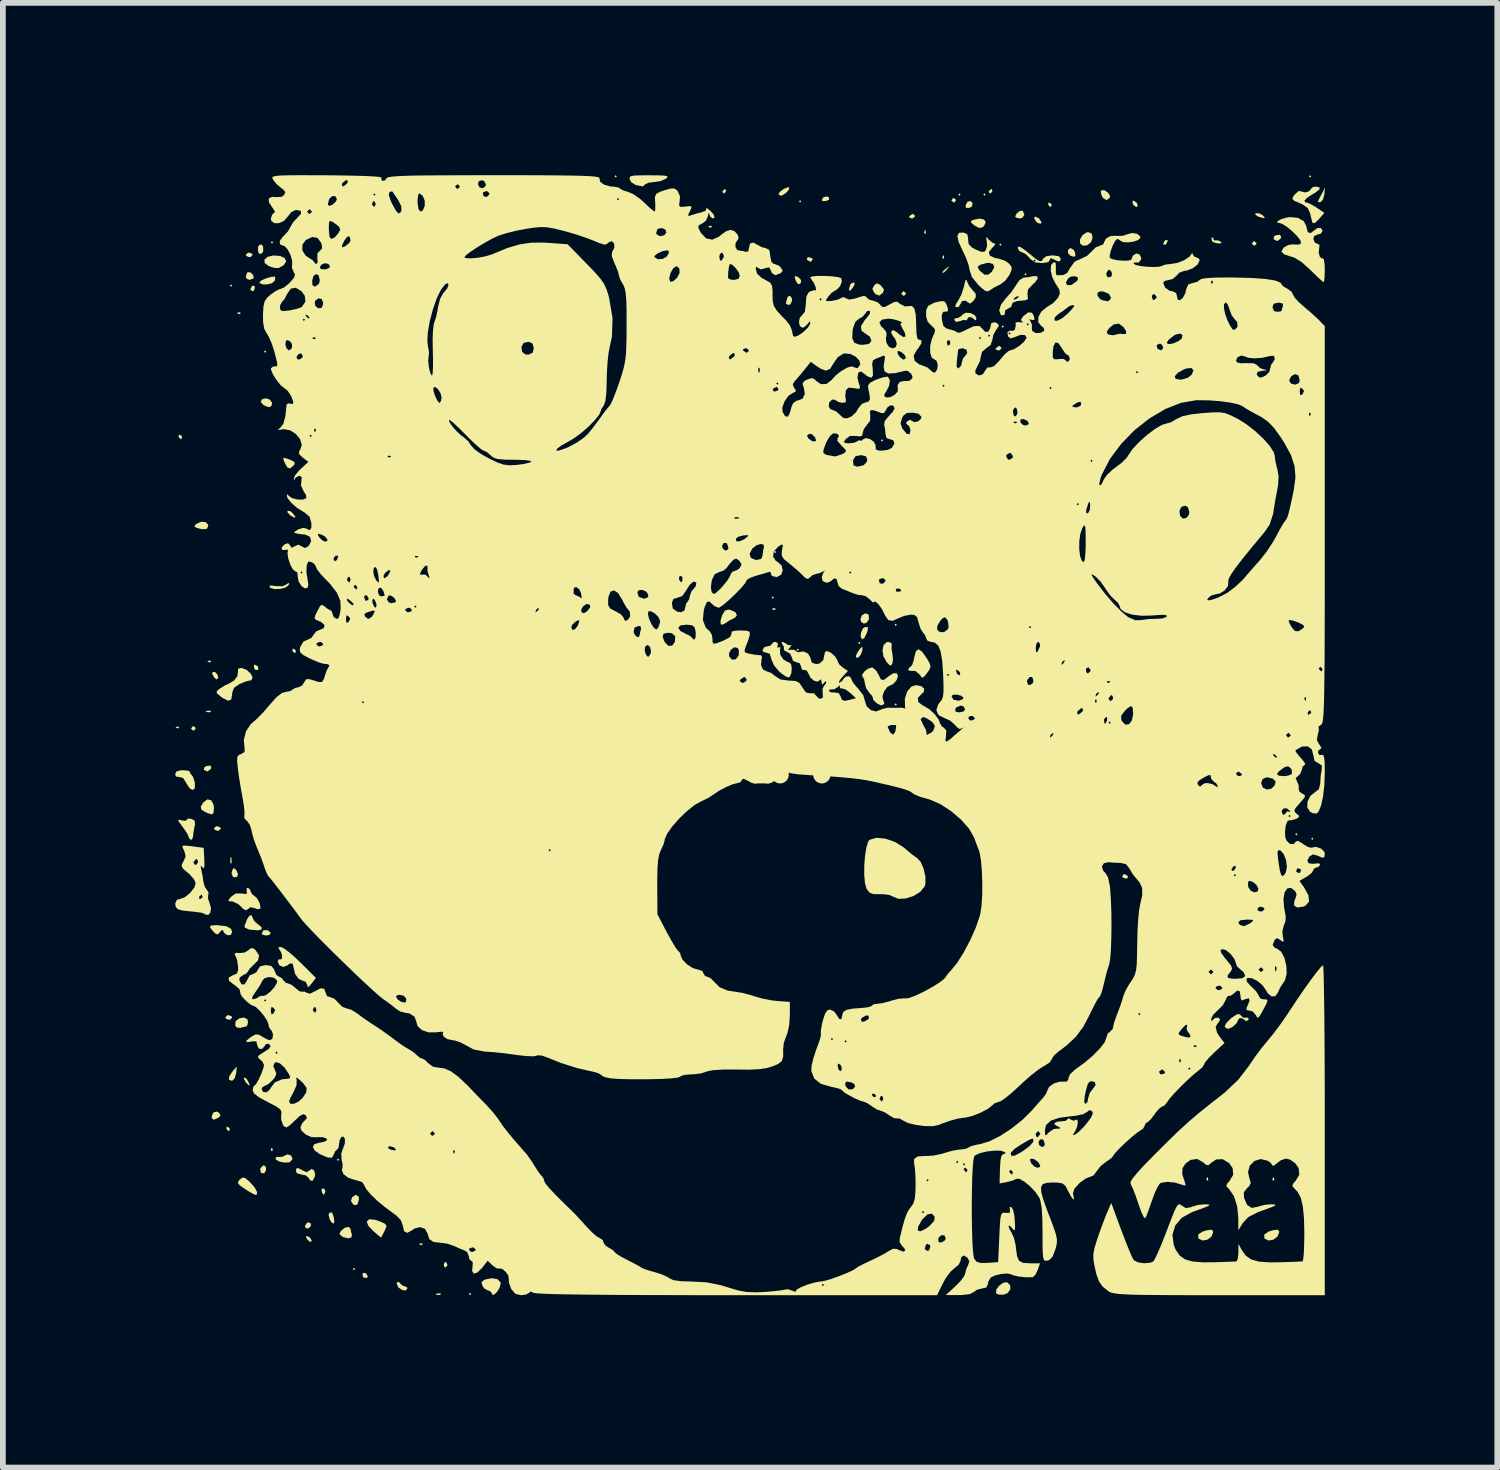
<source format=kicad_pcb>
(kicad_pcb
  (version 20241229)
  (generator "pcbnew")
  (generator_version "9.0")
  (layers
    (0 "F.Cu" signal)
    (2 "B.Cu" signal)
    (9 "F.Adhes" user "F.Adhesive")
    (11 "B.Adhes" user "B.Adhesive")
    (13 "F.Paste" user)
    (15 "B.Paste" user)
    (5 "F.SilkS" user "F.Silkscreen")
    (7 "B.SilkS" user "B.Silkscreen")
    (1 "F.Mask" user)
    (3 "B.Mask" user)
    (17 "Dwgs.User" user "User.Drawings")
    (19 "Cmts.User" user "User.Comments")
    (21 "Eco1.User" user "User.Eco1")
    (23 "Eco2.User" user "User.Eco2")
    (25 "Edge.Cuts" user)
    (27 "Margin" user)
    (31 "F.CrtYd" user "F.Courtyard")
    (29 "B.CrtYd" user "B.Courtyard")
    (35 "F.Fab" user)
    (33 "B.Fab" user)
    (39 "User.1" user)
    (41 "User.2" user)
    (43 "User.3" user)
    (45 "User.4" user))
  (footprint "puuro"
    (layer "F.Cu")
    (at 9.986 9.748)
    (property "Reference" "puuro" (at 0 0 0) (layer "F.SilkS") (effects (font (size 1.524 1.524) (thickness 0.3))))
    (attr board_only exclude_from_pos_files exclude_from_bom)
    (fp_poly (pts (xy -8.995 -7.826) (xy -9.015 -7.806) (xy -9.035 -7.826) (xy -9.015 -7.846)) (stroke (width 0) (type solid)) (fill yes) (layer "F.SilkS"))
    (fp_poly (pts (xy -8.401 -6.677) (xy -8.42 -6.657) (xy -8.44 -6.677) (xy -8.42 -6.697)) (stroke (width 0) (type solid)) (fill yes) (layer "F.SilkS"))
    (fp_poly (pts (xy -8.282 -8.579) (xy -8.302 -8.559) (xy -8.321 -8.579) (xy -8.302 -8.599)) (stroke (width 0) (type solid)) (fill yes) (layer "F.SilkS"))
    (fp_poly (pts (xy -7.133 7.39) (xy -7.152 7.41) (xy -7.172 7.39) (xy -7.152 7.37)) (stroke (width 0) (type solid)) (fill yes) (layer "F.SilkS"))
    (fp_poly (pts (xy -6.855 9.292) (xy -6.875 9.312) (xy -6.895 9.292) (xy -6.875 9.272)) (stroke (width 0) (type solid)) (fill yes) (layer "F.SilkS"))
    (fp_poly (pts (xy -4.834 9.728) (xy -4.854 9.748) (xy -4.874 9.728) (xy -4.854 9.708)) (stroke (width 0) (type solid)) (fill yes) (layer "F.SilkS"))
    (fp_poly (pts (xy -2.298 -9.728) (xy -2.318 -9.708) (xy -2.338 -9.728) (xy -2.318 -9.748)) (stroke (width 0) (type solid)) (fill yes) (layer "F.SilkS"))
    (fp_poly (pts (xy 0.436 -2.397) (xy 0.416 -2.378) (xy 0.396 -2.397) (xy 0.416 -2.417)) (stroke (width 0) (type solid)) (fill yes) (layer "F.SilkS"))
    (fp_poly (pts (xy 0.476 -3.19) (xy 0.456 -3.17) (xy 0.436 -3.19) (xy 0.456 -3.21)) (stroke (width 0) (type solid)) (fill yes) (layer "F.SilkS"))
    (fp_poly (pts (xy 0.872 -1.486) (xy 0.852 -1.466) (xy 0.832 -1.486) (xy 0.852 -1.506)) (stroke (width 0) (type solid)) (fill yes) (layer "F.SilkS"))
    (fp_poly (pts (xy 0.911 -9.292) (xy 0.892 -9.272) (xy 0.872 -9.292) (xy 0.892 -9.312)) (stroke (width 0) (type solid)) (fill yes) (layer "F.SilkS"))
    (fp_poly (pts (xy 1.942 -1.605) (xy 1.922 -1.585) (xy 1.902 -1.605) (xy 1.922 -1.625)) (stroke (width 0) (type solid)) (fill yes) (layer "F.SilkS"))
    (fp_poly (pts (xy 2.338 -5.132) (xy 2.318 -5.112) (xy 2.298 -5.132) (xy 2.318 -5.151)) (stroke (width 0) (type solid)) (fill yes) (layer "F.SilkS"))
    (fp_poly (pts (xy 2.496 -0.456) (xy 2.477 -0.436) (xy 2.457 -0.456) (xy 2.477 -0.476)) (stroke (width 0) (type solid)) (fill yes) (layer "F.SilkS"))
    (fp_poly (pts (xy 2.576 -1.922) (xy 2.556 -1.902) (xy 2.536 -1.922) (xy 2.556 -1.942)) (stroke (width 0) (type solid)) (fill yes) (layer "F.SilkS"))
    (fp_poly (pts (xy 2.576 -0.535) (xy 2.556 -0.515) (xy 2.536 -0.535) (xy 2.556 -0.555)) (stroke (width 0) (type solid)) (fill yes) (layer "F.SilkS"))
    (fp_poly (pts (xy 3.685 -9.411) (xy 3.665 -9.391) (xy 3.646 -9.411) (xy 3.665 -9.431)) (stroke (width 0) (type solid)) (fill yes) (layer "F.SilkS"))
    (fp_poly (pts (xy 4.121 -9.411) (xy 4.101 -9.391) (xy 4.081 -9.411) (xy 4.101 -9.431)) (stroke (width 0) (type solid)) (fill yes) (layer "F.SilkS"))
    (fp_poly (pts (xy 4.398 -8.539) (xy 4.379 -8.52) (xy 4.359 -8.539) (xy 4.379 -8.559)) (stroke (width 0) (type solid)) (fill yes) (layer "F.SilkS"))
    (fp_poly (pts (xy 4.438 -7.113) (xy 4.418 -7.093) (xy 4.398 -7.113) (xy 4.418 -7.133)) (stroke (width 0) (type solid)) (fill yes) (layer "F.SilkS"))
    (fp_poly (pts (xy 4.834 -8.024) (xy 4.815 -8.004) (xy 4.795 -8.024) (xy 4.815 -8.044)) (stroke (width 0) (type solid)) (fill yes) (layer "F.SilkS"))
    (fp_poly (pts (xy 9.55 1.724) (xy 9.53 1.744) (xy 9.51 1.724) (xy 9.53 1.704)) (stroke (width 0) (type solid)) (fill yes) (layer "F.SilkS"))
    (fp_poly (pts (xy 9.788 -9.728) (xy 9.768 -9.708) (xy 9.748 -9.728) (xy 9.768 -9.748)) (stroke (width 0) (type solid)) (fill yes) (layer "F.SilkS"))
    (fp_poly (pts (xy 9.827 1.803) (xy 9.807 1.823) (xy 9.788 1.803) (xy 9.807 1.783)) (stroke (width 0) (type solid)) (fill yes) (layer "F.SilkS"))
    (fp_poly (pts (xy -9.92 -0.145) (xy -9.925 -0.122) (xy -9.946 -0.119) (xy -9.979 -0.133) (xy -9.972 -0.145) (xy -9.925 -0.15)) (stroke (width 0) (type solid)) (fill yes) (layer "F.SilkS"))
    (fp_poly (pts (xy -9.365 -1.294) (xy -9.37 -1.271) (xy -9.391 -1.268) (xy -9.424 -1.283) (xy -9.418 -1.294) (xy -9.371 -1.299)) (stroke (width 0) (type solid)) (fill yes) (layer "F.SilkS"))
    (fp_poly (pts (xy -9.362 -0.42) (xy -9.374 -0.402) (xy -9.414 -0.399) (xy -9.457 -0.409) (xy -9.438 -0.423) (xy -9.376 -0.428)) (stroke (width 0) (type solid)) (fill yes) (layer "F.SilkS"))
    (fp_poly (pts (xy -9.008 2.13) (xy -9.003 2.211) (xy -9.008 2.229) (xy -9.023 2.234) (xy -9.028 2.179) (xy -9.022 2.123)) (stroke (width 0) (type solid)) (fill yes) (layer "F.SilkS"))
    (fp_poly (pts (xy -8.85 -7.357) (xy -8.855 -7.334) (xy -8.876 -7.331) (xy -8.909 -7.345) (xy -8.903 -7.357) (xy -8.856 -7.362)) (stroke (width 0) (type solid)) (fill yes) (layer "F.SilkS"))
    (fp_poly (pts (xy -8.295 7.185) (xy -8.29 7.232) (xy -8.295 7.238) (xy -8.319 7.233) (xy -8.321 7.212) (xy -8.307 7.179)) (stroke (width 0) (type solid)) (fill yes) (layer "F.SilkS"))
    (fp_poly (pts (xy -5.68 8.85) (xy -5.685 8.873) (xy -5.706 8.876) (xy -5.739 8.862) (xy -5.733 8.85) (xy -5.685 8.845)) (stroke (width 0) (type solid)) (fill yes) (layer "F.SilkS"))
    (fp_poly (pts (xy -5.36 9.724) (xy -5.372 9.742) (xy -5.412 9.745) (xy -5.454 9.735) (xy -5.436 9.721) (xy -5.374 9.716)) (stroke (width 0) (type solid)) (fill yes) (layer "F.SilkS"))
    (fp_poly (pts (xy -0.647 -8.863) (xy -0.653 -8.839) (xy -0.674 -8.837) (xy -0.706 -8.851) (xy -0.7 -8.863) (xy -0.653 -8.868)) (stroke (width 0) (type solid)) (fill yes) (layer "F.SilkS"))
    (fp_poly (pts (xy 0.462 -2.206) (xy 0.457 -2.182) (xy 0.436 -2.179) (xy 0.403 -2.194) (xy 0.409 -2.206) (xy 0.456 -2.211)) (stroke (width 0) (type solid)) (fill yes) (layer "F.SilkS"))
    (fp_poly (pts (xy 3.078 -8.784) (xy 3.082 -8.737) (xy 3.078 -8.731) (xy 3.054 -8.736) (xy 3.051 -8.757) (xy 3.066 -8.79)) (stroke (width 0) (type solid)) (fill yes) (layer "F.SilkS"))
    (fp_poly (pts (xy 3.395 -8.348) (xy 3.399 -8.301) (xy 3.395 -8.295) (xy 3.371 -8.3) (xy 3.368 -8.321) (xy 3.383 -8.354)) (stroke (width 0) (type solid)) (fill yes) (layer "F.SilkS"))
    (fp_poly (pts (xy 7.991 7.701) (xy 7.996 7.748) (xy 7.991 7.753) (xy 7.968 7.748) (xy 7.965 7.727) (xy 7.979 7.694)) (stroke (width 0) (type solid)) (fill yes) (layer "F.SilkS"))
    (fp_poly (pts (xy 9.14 7.701) (xy 9.145 7.748) (xy 9.14 7.753) (xy 9.117 7.748) (xy 9.114 7.727) (xy 9.128 7.694)) (stroke (width 0) (type solid)) (fill yes) (layer "F.SilkS"))
    (fp_poly (pts (xy -8.753 5.972) (xy -8.719 6.02) (xy -8.69 6.089) (xy -8.707 6.094) (xy -8.758 6.042) (xy -8.79 5.983) (xy -8.786 5.959)) (stroke (width 0) (type solid)) (fill yes) (layer "F.SilkS"))
    (fp_poly (pts (xy -8.55 -1.203) (xy -8.537 -1.155) (xy -8.554 -1.132) (xy -8.597 -1.142) (xy -8.613 -1.169) (xy -8.615 -1.22) (xy -8.6 -1.228)) (stroke (width 0) (type solid)) (fill yes) (layer "F.SilkS"))
    (fp_poly (pts (xy -7.643 8.742) (xy -7.612 8.792) (xy -7.618 8.82) (xy -7.654 8.81) (xy -7.687 8.778) (xy -7.712 8.728) (xy -7.695 8.718)) (stroke (width 0) (type solid)) (fill yes) (layer "F.SilkS"))
    (fp_poly (pts (xy -7.621 8.503) (xy -7.628 8.551) (xy -7.68 8.59) (xy -7.72 8.572) (xy -7.727 8.543) (xy -7.695 8.488) (xy -7.664 8.48)) (stroke (width 0) (type solid)) (fill yes) (layer "F.SilkS"))
    (fp_poly (pts (xy -7.374 7.933) (xy -7.379 7.97) (xy -7.401 8) (xy -7.427 7.97) (xy -7.441 7.912) (xy -7.434 7.896) (xy -7.395 7.89)) (stroke (width 0) (type solid)) (fill yes) (layer "F.SilkS"))
    (fp_poly (pts (xy -6.653 9.38) (xy -6.633 9.429) (xy -6.651 9.447) (xy -6.705 9.443) (xy -6.718 9.429) (xy -6.727 9.373) (xy -6.689 9.357)) (stroke (width 0) (type solid)) (fill yes) (layer "F.SilkS"))
    (fp_poly (pts (xy -5.27 9.174) (xy -5.247 9.221) (xy -5.252 9.236) (xy -5.29 9.271) (xy -5.309 9.231) (xy -5.31 9.211) (xy -5.29 9.17)) (stroke (width 0) (type solid)) (fill yes) (layer "F.SilkS"))
    (fp_poly (pts (xy 1.393 -9.361) (xy 1.397 -9.323) (xy 1.35 -9.301) (xy 1.285 -9.297) (xy 1.268 -9.313) (xy 1.299 -9.366) (xy 1.361 -9.378)) (stroke (width 0) (type solid)) (fill yes) (layer "F.SilkS"))
    (fp_poly (pts (xy 3.895 -9.258) (xy 3.883 -9.202) (xy 3.839 -9.18) (xy 3.779 -9.18) (xy 3.772 -9.223) (xy 3.807 -9.287) (xy 3.86 -9.298)) (stroke (width 0) (type solid)) (fill yes) (layer "F.SilkS"))
    (fp_poly (pts (xy -9.868 -5.202) (xy -9.867 -5.191) (xy -9.88 -5.152) (xy -9.884 -5.151) (xy -9.918 -5.179) (xy -9.926 -5.191) (xy -9.923 -5.227) (xy -9.909 -5.231)) (stroke (width 0) (type solid)) (fill yes) (layer "F.SilkS"))
    (fp_poly (pts (xy -9.63 -0.128) (xy -9.629 -0.119) (xy -9.659 -0.08) (xy -9.669 -0.079) (xy -9.707 -0.109) (xy -9.708 -0.119) (xy -9.678 -0.157) (xy -9.669 -0.159)) (stroke (width 0) (type solid)) (fill yes) (layer "F.SilkS"))
    (fp_poly (pts (xy -9.357 0.564) (xy -9.37 0.592) (xy -9.427 0.632) (xy -9.484 0.605) (xy -9.488 0.599) (xy -9.476 0.557) (xy -9.445 0.538) (xy -9.373 0.528)) (stroke (width 0) (type solid)) (fill yes) (layer "F.SilkS"))
    (fp_poly (pts (xy -9.252 -1.057) (xy -9.237 -0.999) (xy -9.24 -0.99) (xy -9.269 -0.971) (xy -9.309 -1.007) (xy -9.342 -1.069) (xy -9.337 -1.098) (xy -9.293 -1.1)) (stroke (width 0) (type solid)) (fill yes) (layer "F.SilkS"))
    (fp_poly (pts (xy -9.22 6.575) (xy -9.198 6.624) (xy -9.233 6.658) (xy -9.313 6.694) (xy -9.349 6.667) (xy -9.352 6.64) (xy -9.325 6.57) (xy -9.264 6.551)) (stroke (width 0) (type solid)) (fill yes) (layer "F.SilkS"))
    (fp_poly (pts (xy -9.2 1.606) (xy -9.193 1.625) (xy -9.225 1.66) (xy -9.253 1.664) (xy -9.305 1.643) (xy -9.312 1.625) (xy -9.28 1.589) (xy -9.253 1.585)) (stroke (width 0) (type solid)) (fill yes) (layer "F.SilkS"))
    (fp_poly (pts (xy -9.036 6.844) (xy -9.035 6.855) (xy -9.048 6.894) (xy -9.052 6.895) (xy -9.086 6.867) (xy -9.094 6.855) (xy -9.091 6.819) (xy -9.077 6.816)) (stroke (width 0) (type solid)) (fill yes) (layer "F.SilkS"))
    (fp_poly (pts (xy -9.002 4.895) (xy -8.995 4.914) (xy -9.027 4.949) (xy -9.054 4.953) (xy -9.107 4.932) (xy -9.114 4.914) (xy -9.082 4.878) (xy -9.054 4.874)) (stroke (width 0) (type solid)) (fill yes) (layer "F.SilkS"))
    (fp_poly (pts (xy -8.645 -8.379) (xy -8.638 -8.361) (xy -8.67 -8.326) (xy -8.698 -8.321) (xy -8.751 -8.343) (xy -8.757 -8.361) (xy -8.725 -8.396) (xy -8.698 -8.401)) (stroke (width 0) (type solid)) (fill yes) (layer "F.SilkS"))
    (fp_poly (pts (xy -8.604 -7.817) (xy -8.599 -7.789) (xy -8.619 -7.735) (xy -8.638 -7.727) (xy -8.677 -7.755) (xy -8.678 -7.764) (xy -8.649 -7.818) (xy -8.638 -7.826)) (stroke (width 0) (type solid)) (fill yes) (layer "F.SilkS"))
    (fp_poly (pts (xy -8.456 -8.504) (xy -8.454 -8.424) (xy -8.473 -8.391) (xy -8.517 -8.375) (xy -8.543 -8.416) (xy -8.545 -8.496) (xy -8.526 -8.529) (xy -8.483 -8.545)) (stroke (width 0) (type solid)) (fill yes) (layer "F.SilkS"))
    (fp_poly (pts (xy -8.406 7.518) (xy -8.406 7.578) (xy -8.438 7.626) (xy -8.488 7.621) (xy -8.499 7.609) (xy -8.505 7.543) (xy -8.461 7.494) (xy -8.438 7.489)) (stroke (width 0) (type solid)) (fill yes) (layer "F.SilkS"))
    (fp_poly (pts (xy -8.377 3.395) (xy -8.325 3.436) (xy -8.342 3.475) (xy -8.401 3.487) (xy -8.465 3.473) (xy -8.48 3.454) (xy -8.451 3.395) (xy -8.379 3.394)) (stroke (width 0) (type solid)) (fill yes) (layer "F.SilkS"))
    (fp_poly (pts (xy -7.99 -3.903) (xy -7.942 -3.866) (xy -7.893 -3.803) (xy -7.906 -3.785) (xy -7.973 -3.82) (xy -7.982 -3.827) (xy -8.031 -3.878) (xy -8.033 -3.907)) (stroke (width 0) (type solid)) (fill yes) (layer "F.SilkS"))
    (fp_poly (pts (xy -7.887 -1.477) (xy -7.885 -1.466) (xy -7.899 -1.428) (xy -7.903 -1.427) (xy -7.937 -1.454) (xy -7.945 -1.466) (xy -7.942 -1.503) (xy -7.927 -1.506)) (stroke (width 0) (type solid)) (fill yes) (layer "F.SilkS"))
    (fp_poly (pts (xy -0.397 -9.479) (xy -0.396 -9.471) (xy -0.427 -9.432) (xy -0.438 -9.431) (xy -0.462 -9.455) (xy -0.456 -9.471) (xy -0.42 -9.508) (xy -0.414 -9.51)) (stroke (width 0) (type solid)) (fill yes) (layer "F.SilkS"))
    (fp_poly (pts (xy 0.456 0.649) (xy 0.476 0.674) (xy 0.451 0.711) (xy 0.378 0.687) (xy 0.357 0.674) (xy 0.326 0.645) (xy 0.365 0.635) (xy 0.386 0.635)) (stroke (width 0) (type solid)) (fill yes) (layer "F.SilkS"))
    (fp_poly (pts (xy 0.852 -7.979) (xy 0.905 -7.929) (xy 0.911 -7.901) (xy 0.891 -7.851) (xy 0.848 -7.86) (xy 0.817 -7.909) (xy 0.795 -7.978) (xy 0.815 -7.991)) (stroke (width 0) (type solid)) (fill yes) (layer "F.SilkS"))
    (fp_poly (pts (xy 1.102 -8.301) (xy 1.11 -8.282) (xy 1.081 -8.243) (xy 1.072 -8.242) (xy 1.019 -8.271) (xy 1.01 -8.282) (xy 1.019 -8.316) (xy 1.048 -8.321)) (stroke (width 0) (type solid)) (fill yes) (layer "F.SilkS"))
    (fp_poly (pts (xy 1.84 -7.845) (xy 1.804 -7.784) (xy 1.761 -7.734) (xy 1.746 -7.748) (xy 1.745 -7.774) (xy 1.766 -7.847) (xy 1.786 -7.867) (xy 1.837 -7.882)) (stroke (width 0) (type solid)) (fill yes) (layer "F.SilkS"))
    (fp_poly (pts (xy 2.733 -7.697) (xy 2.734 -7.687) (xy 2.704 -7.649) (xy 2.695 -7.648) (xy 2.656 -7.678) (xy 2.655 -7.687) (xy 2.685 -7.726) (xy 2.695 -7.727)) (stroke (width 0) (type solid)) (fill yes) (layer "F.SilkS"))
    (fp_poly (pts (xy 2.892 -9.044) (xy 2.893 -9.035) (xy 2.86 -9) (xy 2.831 -8.995) (xy 2.79 -9.014) (xy 2.794 -9.035) (xy 2.844 -9.073) (xy 2.855 -9.074)) (stroke (width 0) (type solid)) (fill yes) (layer "F.SilkS"))
    (fp_poly (pts (xy 3.475 -8.142) (xy 3.452 -8.113) (xy 3.395 -8.052) (xy 3.369 -8.052) (xy 3.368 -8.059) (xy 3.395 -8.092) (xy 3.438 -8.128) (xy 3.484 -8.163)) (stroke (width 0) (type solid)) (fill yes) (layer "F.SilkS"))
    (fp_poly (pts (xy 3.605 -9.321) (xy 3.606 -9.312) (xy 3.576 -9.274) (xy 3.566 -9.272) (xy 3.528 -9.303) (xy 3.527 -9.312) (xy 3.557 -9.35) (xy 3.566 -9.352)) (stroke (width 0) (type solid)) (fill yes) (layer "F.SilkS"))
    (fp_poly (pts (xy 4.239 -9.479) (xy 4.24 -9.471) (xy 4.209 -9.432) (xy 4.198 -9.431) (xy 4.174 -9.455) (xy 4.18 -9.471) (xy 4.216 -9.508) (xy 4.222 -9.51)) (stroke (width 0) (type solid)) (fill yes) (layer "F.SilkS"))
    (fp_poly (pts (xy 4.397 -6.746) (xy 4.398 -6.736) (xy 4.366 -6.702) (xy 4.337 -6.697) (xy 4.296 -6.716) (xy 4.299 -6.736) (xy 4.35 -6.774) (xy 4.361 -6.776)) (stroke (width 0) (type solid)) (fill yes) (layer "F.SilkS"))
    (fp_poly (pts (xy 5.044 -9) (xy 5.057 -8.987) (xy 5.093 -8.931) (xy 5.086 -8.905) (xy 5.035 -8.913) (xy 4.999 -8.942) (xy 4.964 -9.004) (xy 4.986 -9.028)) (stroke (width 0) (type solid)) (fill yes) (layer "F.SilkS"))
    (fp_poly (pts (xy 5.269 -9.244) (xy 5.27 -9.233) (xy 5.257 -9.194) (xy 5.253 -9.193) (xy 5.219 -9.221) (xy 5.211 -9.233) (xy 5.214 -9.269) (xy 5.228 -9.272)) (stroke (width 0) (type solid)) (fill yes) (layer "F.SilkS"))
    (fp_poly (pts (xy 6.59 2.446) (xy 6.598 2.457) (xy 6.589 2.491) (xy 6.56 2.496) (xy 6.506 2.476) (xy 6.499 2.457) (xy 6.527 2.418) (xy 6.536 2.417)) (stroke (width 0) (type solid)) (fill yes) (layer "F.SilkS"))
    (fp_poly (pts (xy 6.752 -9.267) (xy 6.77 -9.219) (xy 6.747 -9.193) (xy 6.744 -9.193) (xy 6.698 -9.225) (xy 6.681 -9.256) (xy 6.68 -9.302) (xy 6.704 -9.303)) (stroke (width 0) (type solid)) (fill yes) (layer "F.SilkS"))
    (fp_poly (pts (xy 7.288 -8.617) (xy 7.291 -8.603) (xy 7.262 -8.547) (xy 7.251 -8.539) (xy 7.215 -8.541) (xy 7.212 -8.554) (xy 7.241 -8.61) (xy 7.251 -8.619)) (stroke (width 0) (type solid)) (fill yes) (layer "F.SilkS"))
    (fp_poly (pts (xy 8.835 -8.569) (xy 8.837 -8.559) (xy 8.806 -8.521) (xy 8.797 -8.52) (xy 8.758 -8.55) (xy 8.757 -8.559) (xy 8.787 -8.598) (xy 8.797 -8.599)) (stroke (width 0) (type solid)) (fill yes) (layer "F.SilkS"))
    (fp_poly (pts (xy 8.883 -9.085) (xy 8.94 -9.054) (xy 8.982 -9.011) (xy 8.958 -9.001) (xy 8.873 -9.025) (xy 8.859 -9.031) (xy 8.813 -9.064) (xy 8.823 -9.086)) (stroke (width 0) (type solid)) (fill yes) (layer "F.SilkS"))
    (fp_poly (pts (xy 9.267 -8.673) (xy 9.254 -8.641) (xy 9.197 -8.601) (xy 9.138 -8.632) (xy 9.134 -8.639) (xy 9.142 -8.684) (xy 9.173 -8.703) (xy 9.244 -8.711)) (stroke (width 0) (type solid)) (fill yes) (layer "F.SilkS"))
    (fp_poly (pts (xy -8.938 2.332) (xy -8.918 2.356) (xy -8.891 2.422) (xy -8.913 2.47) (xy -8.967 2.472) (xy -8.98 2.465) (xy -9.005 2.41) (xy -8.998 2.364) (xy -8.972 2.314)) (stroke (width 0) (type solid)) (fill yes) (layer "F.SilkS"))
    (fp_poly (pts (xy -8.925 5.881) (xy -8.95 5.972) (xy -8.995 6.017) (xy -9.042 6.001) (xy -9.051 5.99) (xy -9.044 5.937) (xy -8.995 5.861) (xy -8.994 5.859) (xy -8.914 5.766)) (stroke (width 0) (type solid)) (fill yes) (layer "F.SilkS"))
    (fp_poly (pts (xy -8.674 -8.055) (xy -8.63 -8.011) (xy -8.619 -7.961) (xy -8.626 -7.951) (xy -8.688 -7.925) (xy -8.744 -7.947) (xy -8.757 -7.982) (xy -8.736 -8.048) (xy -8.722 -8.061)) (stroke (width 0) (type solid)) (fill yes) (layer "F.SilkS"))
    (fp_poly (pts (xy -8.336 -5.839) (xy -8.298 -5.783) (xy -8.311 -5.73) (xy -8.353 -5.709) (xy -8.418 -5.731) (xy -8.451 -5.749) (xy -8.499 -5.802) (xy -8.477 -5.847) (xy -8.403 -5.865)) (stroke (width 0) (type solid)) (fill yes) (layer "F.SilkS"))
    (fp_poly (pts (xy -7.229 8.376) (xy -7.229 8.377) (xy -7.216 8.471) (xy -7.233 8.505) (xy -7.272 8.472) (xy -7.292 8.439) (xy -7.317 8.351) (xy -7.297 8.311) (xy -7.26 8.306)) (stroke (width 0) (type solid)) (fill yes) (layer "F.SilkS"))
    (fp_poly (pts (xy -6.791 8.035) (xy -6.788 8.083) (xy -6.812 8.167) (xy -6.855 8.182) (xy -6.892 8.165) (xy -6.926 8.108) (xy -6.907 8.043) (xy -6.85 8.005) (xy -6.837 8.004)) (stroke (width 0) (type solid)) (fill yes) (layer "F.SilkS"))
    (fp_poly (pts (xy 1.978 -1.522) (xy 1.973 -1.469) (xy 1.949 -1.403) (xy 1.91 -1.356) (xy 1.874 -1.346) (xy 1.862 -1.376) (xy 1.885 -1.432) (xy 1.923 -1.488) (xy 1.967 -1.539)) (stroke (width 0) (type solid)) (fill yes) (layer "F.SilkS"))
    (fp_poly (pts (xy 2.07 -1.88) (xy 2.071 -1.835) (xy 2.053 -1.779) (xy 2.009 -1.691) (xy 1.969 -1.668) (xy 1.947 -1.711) (xy 1.949 -1.77) (xy 1.981 -1.855) (xy 2.027 -1.885)) (stroke (width 0) (type solid)) (fill yes) (layer "F.SilkS"))
    (fp_poly (pts (xy 2.074 -2.107) (xy 2.083 -2.097) (xy 2.092 -2.022) (xy 2.051 -1.959) (xy 2.002 -1.942) (xy 1.952 -1.974) (xy 1.942 -2.017) (xy 1.966 -2.085) (xy 2.021 -2.12)) (stroke (width 0) (type solid)) (fill yes) (layer "F.SilkS"))
    (fp_poly (pts (xy 4.769 -9.127) (xy 4.796 -9.06) (xy 4.761 -9.006) (xy 4.715 -8.995) (xy 4.651 -9.01) (xy 4.636 -9.03) (xy 4.662 -9.083) (xy 4.717 -9.125) (xy 4.765 -9.129)) (stroke (width 0) (type solid)) (fill yes) (layer "F.SilkS"))
    (fp_poly (pts (xy 5.656 -8.447) (xy 5.678 -8.401) (xy 5.685 -8.338) (xy 5.646 -8.33) (xy 5.597 -8.348) (xy 5.554 -8.393) (xy 5.555 -8.45) (xy 5.599 -8.48) (xy 5.602 -8.48)) (stroke (width 0) (type solid)) (fill yes) (layer "F.SilkS"))
    (fp_poly (pts (xy 6.193 -9.485) (xy 6.253 -9.443) (xy 6.288 -9.386) (xy 6.284 -9.358) (xy 6.229 -9.314) (xy 6.17 -9.348) (xy 6.143 -9.389) (xy 6.124 -9.458) (xy 6.136 -9.487)) (stroke (width 0) (type solid)) (fill yes) (layer "F.SilkS"))
    (fp_poly (pts (xy 10.017 -9.414) (xy 9.994 -9.326) (xy 9.956 -9.282) (xy 9.911 -9.278) (xy 9.906 -9.284) (xy 9.923 -9.329) (xy 9.964 -9.41) (xy 9.968 -9.416) (xy 10.029 -9.53)) (stroke (width 0) (type solid)) (fill yes) (layer "F.SilkS"))
    (fp_poly (pts (xy -9.458 -3.709) (xy -9.413 -3.665) (xy -9.411 -3.648) (xy -9.435 -3.593) (xy -9.512 -3.585) (xy -9.585 -3.601) (xy -9.648 -3.625) (xy -9.642 -3.656) (xy -9.616 -3.679) (xy -9.536 -3.715)) (stroke (width 0) (type solid)) (fill yes) (layer "F.SilkS"))
    (fp_poly (pts (xy -8.028 -4.811) (xy -7.983 -4.794) (xy -7.912 -4.758) (xy -7.908 -4.719) (xy -7.926 -4.695) (xy -7.986 -4.643) (xy -8.034 -4.661) (xy -8.076 -4.735) (xy -8.106 -4.807) (xy -8.094 -4.829)) (stroke (width 0) (type solid)) (fill yes) (layer "F.SilkS"))
    (fp_poly (pts (xy 0.702 -9.535) (xy 0.696 -9.495) (xy 0.649 -9.442) (xy 0.588 -9.4) (xy 0.558 -9.391) (xy 0.517 -9.413) (xy 0.515 -9.421) (xy 0.544 -9.463) (xy 0.609 -9.509) (xy 0.674 -9.537)) (stroke (width 0) (type solid)) (fill yes) (layer "F.SilkS"))
    (fp_poly (pts (xy 0.745 -7.615) (xy 0.753 -7.568) (xy 0.726 -7.503) (xy 0.689 -7.489) (xy 0.644 -7.513) (xy 0.65 -7.552) (xy 0.671 -7.615) (xy 0.674 -7.631) (xy 0.704 -7.647) (xy 0.713 -7.648)) (stroke (width 0) (type solid)) (fill yes) (layer "F.SilkS"))
    (fp_poly (pts (xy 4.092 -8.977) (xy 4.124 -8.932) (xy 4.095 -8.867) (xy 4.071 -8.844) (xy 4.009 -8.829) (xy 3.927 -8.873) (xy 3.867 -8.924) (xy 3.869 -8.953) (xy 3.902 -8.969) (xy 4.013 -8.993)) (stroke (width 0) (type solid)) (fill yes) (layer "F.SilkS"))
    (fp_poly (pts (xy 5.968 -8.732) (xy 5.983 -8.662) (xy 5.956 -8.581) (xy 5.891 -8.529) (xy 5.817 -8.52) (xy 5.766 -8.558) (xy 5.763 -8.628) (xy 5.807 -8.703) (xy 5.876 -8.752) (xy 5.906 -8.757)) (stroke (width 0) (type solid)) (fill yes) (layer "F.SilkS"))
    (fp_poly (pts (xy -9.361 1.132) (xy -9.319 1.206) (xy -9.312 1.267) (xy -9.319 1.353) (xy -9.352 1.379) (xy -9.43 1.353) (xy -9.461 1.339) (xy -9.533 1.293) (xy -9.541 1.242) (xy -9.496 1.17) (xy -9.426 1.117)) (stroke (width 0) (type solid)) (fill yes) (layer "F.SilkS"))
    (fp_poly (pts (xy -8.729 4.946) (xy -8.718 4.993) (xy -8.733 5.057) (xy -8.754 5.072) (xy -8.82 5.085) (xy -8.853 5.096) (xy -8.918 5.087) (xy -8.941 5.052) (xy -8.935 4.978) (xy -8.868 4.928) (xy -8.787 4.914)) (stroke (width 0) (type solid)) (fill yes) (layer "F.SilkS"))
    (fp_poly (pts (xy -6.51 8.434) (xy -6.427 8.462) (xy -6.337 8.503) (xy -6.307 8.54) (xy -6.327 8.6) (xy -6.351 8.648) (xy -6.402 8.746) (xy -6.53 8.64) (xy -6.626 8.539) (xy -6.651 8.465) (xy -6.61 8.426)) (stroke (width 0) (type solid)) (fill yes) (layer "F.SilkS"))
    (fp_poly (pts (xy 2.273 -7.847) (xy 2.304 -7.821) (xy 2.352 -7.758) (xy 2.334 -7.702) (xy 2.333 -7.701) (xy 2.27 -7.652) (xy 2.208 -7.676) (xy 2.179 -7.707) (xy 2.15 -7.77) (xy 2.18 -7.827) (xy 2.225 -7.866)) (stroke (width 0) (type solid)) (fill yes) (layer "F.SilkS"))
    (fp_poly (pts (xy 4.494 9.523) (xy 4.55 9.575) (xy 4.55 9.648) (xy 4.503 9.712) (xy 4.432 9.74) (xy 4.346 9.737) (xy 4.303 9.715) (xy 4.305 9.654) (xy 4.354 9.585) (xy 4.425 9.533) (xy 4.492 9.522)) (stroke (width 0) (type solid)) (fill yes) (layer "F.SilkS"))
    (fp_poly (pts (xy 8.083 8.641) (xy 8.084 8.646) (xy 8.054 8.726) (xy 7.983 8.781) (xy 7.899 8.797) (xy 7.831 8.764) (xy 7.824 8.754) (xy 7.822 8.692) (xy 7.898 8.641) (xy 7.975 8.617) (xy 8.057 8.608)) (stroke (width 0) (type solid)) (fill yes) (layer "F.SilkS"))
    (fp_poly (pts (xy 9.233 8.641) (xy 9.233 8.646) (xy 9.203 8.726) (xy 9.132 8.781) (xy 9.048 8.797) (xy 8.98 8.764) (xy 8.973 8.754) (xy 8.971 8.692) (xy 9.047 8.641) (xy 9.124 8.617) (xy 9.206 8.608)) (stroke (width 0) (type solid)) (fill yes) (layer "F.SilkS"))
    (fp_poly (pts (xy -8.247 -7.98) (xy -8.246 -7.939) (xy -8.256 -7.907) (xy -8.301 -7.869) (xy -8.381 -7.848) (xy -8.463 -7.847) (xy -8.515 -7.87) (xy -8.52 -7.884) (xy -8.486 -7.916) (xy -8.409 -7.951) (xy -8.321 -7.977) (xy -8.257 -7.984)) (stroke (width 0) (type solid)) (fill yes) (layer "F.SilkS"))
    (fp_poly (pts (xy -8.156 -8.342) (xy -8.078 -8.303) (xy -8.054 -8.246) (xy -8.097 -8.183) (xy -8.103 -8.178) (xy -8.181 -8.134) (xy -8.26 -8.134) (xy -8.354 -8.165) (xy -8.428 -8.218) (xy -8.433 -8.278) (xy -8.375 -8.328) (xy -8.277 -8.351)) (stroke (width 0) (type solid)) (fill yes) (layer "F.SilkS"))
    (fp_poly (pts (xy -6.085 9.521) (xy -6.074 9.54) (xy -6.024 9.585) (xy -6 9.589) (xy -5.949 9.612) (xy -5.944 9.629) (xy -5.971 9.665) (xy -6.032 9.659) (xy -6.098 9.615) (xy -6.103 9.608) (xy -6.131 9.547) (xy -6.122 9.519)) (stroke (width 0) (type solid)) (fill yes) (layer "F.SilkS"))
    (fp_poly (pts (xy -8.006 -2.63) (xy -8.011 -2.615) (xy -8.061 -2.572) (xy -8.153 -2.547) (xy -8.255 -2.543) (xy -8.33 -2.564) (xy -8.342 -2.578) (xy -8.341 -2.606) (xy -8.276 -2.602) (xy -8.245 -2.596) (xy -8.114 -2.593) (xy -8.056 -2.622) (xy -8.009 -2.654)) (stroke (width 0) (type solid)) (fill yes) (layer "F.SilkS"))
    (fp_poly (pts (xy -7.968 7.318) (xy -7.946 7.371) (xy -7.95 7.389) (xy -7.997 7.436) (xy -8.093 7.439) (xy -8.173 7.422) (xy -8.232 7.388) (xy -8.242 7.363) (xy -8.214 7.338) (xy -8.188 7.343) (xy -8.114 7.338) (xy -8.091 7.322) (xy -8.028 7.296)) (stroke (width 0) (type solid)) (fill yes) (layer "F.SilkS"))
    (fp_poly (pts (xy -6.935 8.589) (xy -6.934 8.596) (xy -6.921 8.662) (xy -6.91 8.695) (xy -6.919 8.743) (xy -6.977 8.758) (xy -7.06 8.737) (xy -7.09 8.72) (xy -7.127 8.68) (xy -7.099 8.626) (xy -7.095 8.622) (xy -7.032 8.573) (xy -6.968 8.56)) (stroke (width 0) (type solid)) (fill yes) (layer "F.SilkS"))
    (fp_poly (pts (xy 8.082 -8.66) (xy 8.084 -8.643) (xy 8.103 -8.61) (xy 8.115 -8.614) (xy 8.172 -8.612) (xy 8.204 -8.597) (xy 8.233 -8.569) (xy 8.19 -8.56) (xy 8.175 -8.56) (xy 8.094 -8.577) (xy 8.062 -8.601) (xy 8.053 -8.657) (xy 8.06 -8.667)) (stroke (width 0) (type solid)) (fill yes) (layer "F.SilkS"))
    (fp_poly (pts (xy -8.638 3.18) (xy -8.608 3.238) (xy -8.559 3.28) (xy -8.484 3.341) (xy -8.481 3.381) (xy -8.546 3.397) (xy -8.674 3.386) (xy -8.71 3.38) (xy -8.773 3.35) (xy -8.779 3.316) (xy -8.747 3.238) (xy -8.733 3.2) (xy -8.694 3.141) (xy -8.654 3.136)) (stroke (width 0) (type solid)) (fill yes) (layer "F.SilkS"))
    (fp_poly (pts (xy -0.32 -2.18) (xy -0.235 -2.141) (xy -0.208 -2.089) (xy -0.246 -2.042) (xy -0.264 -2.035) (xy -0.356 -1.987) (xy -0.402 -1.953) (xy -0.465 -1.922) (xy -0.491 -1.935) (xy -0.493 -1.995) (xy -0.466 -2.086) (xy -0.465 -2.088) (xy -0.418 -2.168) (xy -0.358 -2.187)) (stroke (width 0) (type solid)) (fill yes) (layer "F.SilkS"))
    (fp_poly (pts (xy 2.481 -1.605) (xy 2.486 -1.575) (xy 2.483 -1.501) (xy 2.497 -1.427) (xy 2.509 -1.322) (xy 2.499 -1.256) (xy 2.477 -1.213) (xy 2.444 -1.224) (xy 2.396 -1.276) (xy 2.342 -1.374) (xy 2.326 -1.481) (xy 2.346 -1.571) (xy 2.399 -1.621) (xy 2.423 -1.625)) (stroke (width 0) (type solid)) (fill yes) (layer "F.SilkS"))
    (fp_poly (pts (xy -8.771 7.707) (xy -8.701 7.764) (xy -8.679 7.786) (xy -8.601 7.875) (xy -8.561 7.95) (xy -8.565 7.996) (xy -8.589 8.002) (xy -8.637 7.981) (xy -8.725 7.929) (xy -8.772 7.899) (xy -8.863 7.836) (xy -8.896 7.794) (xy -8.88 7.755) (xy -8.862 7.735) (xy -8.816 7.7)) (stroke (width 0) (type solid)) (fill yes) (layer "F.SilkS"))
    (fp_poly (pts (xy -7.836 7.539) (xy -7.765 7.578) (xy -7.696 7.608) (xy -7.655 7.58) (xy -7.61 7.55) (xy -7.568 7.577) (xy -7.55 7.643) (xy -7.555 7.679) (xy -7.591 7.754) (xy -7.633 7.755) (xy -7.662 7.707) (xy -7.715 7.662) (xy -7.785 7.648) (xy -7.866 7.627) (xy -7.885 7.588) (xy -7.876 7.538)) (stroke (width 0) (type solid)) (fill yes) (layer "F.SilkS"))
    (fp_poly (pts (xy -4.376 9.47) (xy -4.324 9.522) (xy -4.32 9.544) (xy -4.339 9.617) (xy -4.379 9.685) (xy -4.427 9.733) (xy -4.465 9.743) (xy -4.478 9.708) (xy -4.51 9.673) (xy -4.536 9.669) (xy -4.599 9.637) (xy -4.636 9.589) (xy -4.656 9.526) (xy -4.616 9.487) (xy -4.583 9.473) (xy -4.47 9.452)) (stroke (width 0) (type solid)) (fill yes) (layer "F.SilkS"))
    (fp_poly (pts (xy -9.242 3.308) (xy -9.093 3.326) (xy -9.013 3.372) (xy -8.995 3.43) (xy -9.022 3.478) (xy -9.079 3.482) (xy -9.131 3.443) (xy -9.14 3.426) (xy -9.164 3.387) (xy -9.198 3.414) (xy -9.209 3.429) (xy -9.249 3.469) (xy -9.291 3.451) (xy -9.323 3.417) (xy -9.378 3.349) (xy -9.375 3.317) (xy -9.306 3.307)) (stroke (width 0) (type solid)) (fill yes) (layer "F.SilkS"))
    (fp_poly (pts (xy -9.764 0.617) (xy -9.73 0.635) (xy -9.731 0.639) (xy -9.72 0.675) (xy -9.709 0.68) (xy -9.676 0.724) (xy -9.646 0.814) (xy -9.645 0.822) (xy -9.643 0.919) (xy -9.677 0.954) (xy -9.731 0.928) (xy -9.79 0.84) (xy -9.794 0.83) (xy -9.851 0.743) (xy -9.916 0.728) (xy -9.975 0.718) (xy -9.986 0.678) (xy -9.963 0.63) (xy -9.886 0.611) (xy -9.85 0.61)) (stroke (width 0) (type solid)) (fill yes) (layer "F.SilkS"))
    (fp_poly (pts (xy -9.705 1.456) (xy -9.647 1.488) (xy -9.642 1.555) (xy -9.647 1.581) (xy -9.667 1.686) (xy -9.673 1.753) (xy -9.691 1.812) (xy -9.711 1.823) (xy -9.746 1.792) (xy -9.748 1.781) (xy -9.77 1.725) (xy -9.827 1.637) (xy -9.856 1.597) (xy -9.919 1.511) (xy -9.936 1.474) (xy -9.909 1.473) (xy -9.876 1.483) (xy -9.807 1.491) (xy -9.788 1.473) (xy -9.756 1.451)) (stroke (width 0) (type solid)) (fill yes) (layer "F.SilkS"))
    (fp_poly (pts (xy 3.862 -7.348) (xy 3.935 -7.309) (xy 3.962 -7.257) (xy 3.949 -7.22) (xy 3.932 -7.232) (xy 3.877 -7.274) (xy 3.823 -7.276) (xy 3.804 -7.245) (xy 3.789 -7.218) (xy 3.779 -7.224) (xy 3.729 -7.228) (xy 3.682 -7.21) (xy 3.609 -7.194) (xy 3.586 -7.212) (xy 3.575 -7.247) (xy 3.617 -7.262) (xy 3.647 -7.266) (xy 3.703 -7.301) (xy 3.72 -7.323) (xy 3.779 -7.355)) (stroke (width 0) (type solid)) (fill yes) (layer "F.SilkS"))
    (fp_poly (pts (xy -1.561 -9.745) (xy -1.461 -9.74) (xy -1.417 -9.728) (xy -1.419 -9.709) (xy -1.444 -9.687) (xy -1.539 -9.645) (xy -1.65 -9.629) (xy -1.746 -9.618) (xy -1.802 -9.591) (xy -1.803 -9.589) (xy -1.845 -9.555) (xy -1.855 -9.555) (xy -1.912 -9.566) (xy -1.967 -9.577) (xy -2.045 -9.623) (xy -2.073 -9.671) (xy -2.077 -9.707) (xy -2.057 -9.73) (xy -1.999 -9.742) (xy -1.888 -9.746) (xy -1.73 -9.747)) (stroke (width 0) (type solid)) (fill yes) (layer "F.SilkS"))
    (fp_poly (pts (xy 3.012 -1.457) (xy 3.081 -1.363) (xy 3.143 -1.261) (xy 3.163 -1.197) (xy 3.143 -1.14) (xy 3.095 -1.073) (xy 3.041 -1.009) (xy 3.009 -1.005) (xy 2.971 -1.057) (xy 2.97 -1.058) (xy 2.899 -1.118) (xy 2.847 -1.119) (xy 2.787 -1.123) (xy 2.774 -1.145) (xy 2.801 -1.187) (xy 2.813 -1.189) (xy 2.843 -1.224) (xy 2.871 -1.311) (xy 2.877 -1.347) (xy 2.907 -1.46) (xy 2.951 -1.496)) (stroke (width 0) (type solid)) (fill yes) (layer "F.SilkS"))
    (fp_poly (pts (xy 3.795 -7.905) (xy 3.837 -7.816) (xy 3.888 -7.755) (xy 3.949 -7.685) (xy 3.95 -7.625) (xy 3.906 -7.556) (xy 3.853 -7.513) (xy 3.825 -7.526) (xy 3.771 -7.565) (xy 3.711 -7.557) (xy 3.685 -7.509) (xy 3.653 -7.457) (xy 3.625 -7.45) (xy 3.591 -7.46) (xy 3.604 -7.503) (xy 3.641 -7.559) (xy 3.7 -7.672) (xy 3.744 -7.808) (xy 3.747 -7.826) (xy 3.769 -7.916) (xy 3.787 -7.929)) (stroke (width 0) (type solid)) (fill yes) (layer "F.SilkS"))
    (fp_poly (pts (xy 8.557 4.871) (xy 8.6 4.914) (xy 8.613 4.917) (xy 8.691 4.917) (xy 8.699 4.95) (xy 8.695 4.957) (xy 8.656 4.978) (xy 8.643 4.967) (xy 8.592 4.93) (xy 8.538 4.926) (xy 8.52 4.95) (xy 8.489 5.015) (xy 8.419 5.079) (xy 8.345 5.111) (xy 8.338 5.112) (xy 8.289 5.084) (xy 8.284 5.062) (xy 8.314 5.007) (xy 8.386 4.934) (xy 8.407 4.917) (xy 8.494 4.859) (xy 8.544 4.856)) (stroke (width 0) (type solid)) (fill yes) (layer "F.SilkS"))
    (fp_poly (pts (xy -8.751 -1.141) (xy -8.736 -1.132) (xy -8.666 -1.066) (xy -8.639 -1) (xy -8.661 -0.957) (xy -8.692 -0.951) (xy -8.762 -0.934) (xy -8.86 -0.893) (xy -8.87 -0.889) (xy -8.961 -0.826) (xy -8.993 -0.745) (xy -8.995 -0.71) (xy -9.011 -0.622) (xy -9.063 -0.6) (xy -9.155 -0.645) (xy -9.193 -0.673) (xy -9.259 -0.728) (xy -9.265 -0.763) (xy -9.217 -0.806) (xy -9.213 -0.809) (xy -9.117 -0.869) (xy -9.055 -0.896) (xy -8.962 -0.951) (xy -8.903 -1.029) (xy -8.895 -1.098) (xy -8.891 -1.156) (xy -8.837 -1.172)) (stroke (width 0) (type solid)) (fill yes) (layer "F.SilkS"))
    (fp_poly (pts (xy -8.682 2.687) (xy -8.678 2.71) (xy -8.646 2.771) (xy -8.618 2.788) (xy -8.561 2.839) (xy -8.516 2.923) (xy -8.501 3.001) (xy -8.507 3.022) (xy -8.55 3.029) (xy -8.599 3.012) (xy -8.674 2.993) (xy -8.698 3.011) (xy -8.754 3.049) (xy -8.814 3.015) (xy -8.825 2.999) (xy -8.89 2.939) (xy -8.984 2.896) (xy -9.053 2.889) (xy -9.059 2.872) (xy -9.018 2.816) (xy -9.016 2.815) (xy -8.93 2.754) (xy -8.829 2.756) (xy -8.753 2.765) (xy -8.735 2.741) (xy -8.742 2.717) (xy -8.742 2.665) (xy -8.722 2.655)) (stroke (width 0) (type solid)) (fill yes) (layer "F.SilkS"))
    (fp_poly (pts (xy -8.092 3.712) (xy -7.997 3.783) (xy -7.879 3.887) (xy -7.808 3.955) (xy -7.537 4.225) (xy -7.611 4.322) (xy -7.663 4.381) (xy -7.684 4.377) (xy -7.686 4.349) (xy -7.718 4.29) (xy -7.752 4.28) (xy -7.835 4.244) (xy -7.899 4.157) (xy -7.924 4.052) (xy -7.942 3.976) (xy -7.99 3.973) (xy -8.033 4.007) (xy -8.104 4.034) (xy -8.172 4.007) (xy -8.202 3.942) (xy -8.184 3.9) (xy -8.163 3.903) (xy -8.131 3.898) (xy -8.125 3.847) (xy -8.141 3.78) (xy -8.171 3.733) (xy -8.194 3.695) (xy -8.149 3.685)) (stroke (width 0) (type solid)) (fill yes) (layer "F.SilkS"))
    (fp_poly (pts (xy 0.505 -1.601) (xy 0.5 -1.563) (xy 0.497 -1.522) (xy 0.522 -1.53) (xy 0.551 -1.531) (xy 0.541 -1.487) (xy 0.545 -1.404) (xy 0.598 -1.321) (xy 0.676 -1.272) (xy 0.702 -1.268) (xy 0.735 -1.236) (xy 0.747 -1.16) (xy 0.738 -1.076) (xy 0.71 -1.015) (xy 0.693 -1.005) (xy 0.642 -1.022) (xy 0.561 -1.079) (xy 0.528 -1.108) (xy 0.44 -1.212) (xy 0.392 -1.319) (xy 0.389 -1.334) (xy 0.364 -1.417) (xy 0.31 -1.435) (xy 0.307 -1.435) (xy 0.248 -1.452) (xy 0.238 -1.484) (xy 0.271 -1.535) (xy 0.317 -1.545) (xy 0.381 -1.562) (xy 0.396 -1.585) (xy 0.429 -1.619) (xy 0.46 -1.625)) (stroke (width 0) (type solid)) (fill yes) (layer "F.SilkS"))
    (fp_poly (pts (xy 2.379 1.801) (xy 2.544 1.859) (xy 2.698 1.955) (xy 2.727 1.98) (xy 2.824 2.063) (xy 2.909 2.126) (xy 2.929 2.138) (xy 2.993 2.209) (xy 3.043 2.327) (xy 3.073 2.464) (xy 3.073 2.586) (xy 3.06 2.632) (xy 2.984 2.726) (xy 2.866 2.799) (xy 2.732 2.842) (xy 2.605 2.849) (xy 2.51 2.811) (xy 2.506 2.807) (xy 2.44 2.78) (xy 2.33 2.767) (xy 2.281 2.768) (xy 2.166 2.766) (xy 2.1 2.741) (xy 2.054 2.679) (xy 2.046 2.665) (xy 2.02 2.569) (xy 2.008 2.429) (xy 2.009 2.266) (xy 2.022 2.101) (xy 2.045 1.957) (xy 2.076 1.855) (xy 2.101 1.821) (xy 2.223 1.786)) (stroke (width 0) (type solid)) (fill yes) (layer "F.SilkS"))
    (fp_poly (pts (xy 9.935 -9.537) (xy 9.931 -9.499) (xy 9.855 -9.441) (xy 9.807 -9.414) (xy 9.712 -9.352) (xy 9.669 -9.302) (xy 9.688 -9.275) (xy 9.71 -9.272) (xy 9.767 -9.252) (xy 9.858 -9.2) (xy 9.885 -9.182) (xy 10.017 -9.092) (xy 9.922 -8.982) (xy 9.85 -8.914) (xy 9.813 -8.917) (xy 9.81 -8.923) (xy 9.79 -8.999) (xy 9.769 -9.088) (xy 9.727 -9.178) (xy 9.633 -9.243) (xy 9.59 -9.262) (xy 9.494 -9.302) (xy 9.461 -9.335) (xy 9.478 -9.38) (xy 9.502 -9.412) (xy 9.57 -9.473) (xy 9.614 -9.466) (xy 9.679 -9.448) (xy 9.75 -9.467) (xy 9.787 -9.51) (xy 9.788 -9.514) (xy 9.821 -9.543) (xy 9.867 -9.55)) (stroke (width 0) (type solid)) (fill yes) (layer "F.SilkS"))
    (fp_poly (pts (xy 2.158 -1.175) (xy 2.218 -1.122) (xy 2.258 -1.051) (xy 2.298 -0.972) (xy 2.345 -0.96) (xy 2.418 -1.013) (xy 2.435 -1.028) (xy 2.518 -1.08) (xy 2.578 -1.075) (xy 2.596 -1.024) (xy 2.57 -0.956) (xy 2.513 -0.892) (xy 2.472 -0.872) (xy 2.41 -0.84) (xy 2.355 -0.765) (xy 2.325 -0.679) (xy 2.335 -0.618) (xy 2.358 -0.561) (xy 2.351 -0.541) (xy 2.306 -0.518) (xy 2.245 -0.544) (xy 2.21 -0.57) (xy 2.163 -0.618) (xy 2.16 -0.641) (xy 2.149 -0.679) (xy 2.1 -0.733) (xy 2.04 -0.82) (xy 2.021 -0.895) (xy 2.006 -0.977) (xy 1.982 -1.01) (xy 1.971 -1.051) (xy 2.009 -1.106) (xy 2.071 -1.156) (xy 2.137 -1.178)) (stroke (width 0) (type solid)) (fill yes) (layer "F.SilkS"))
    (fp_poly (pts (xy 4.729 -8.496) (xy 4.807 -8.443) (xy 4.879 -8.386) (xy 4.99 -8.294) (xy 5.059 -8.252) (xy 5.098 -8.254) (xy 5.124 -8.295) (xy 5.125 -8.298) (xy 5.178 -8.338) (xy 5.285 -8.353) (xy 5.287 -8.353) (xy 5.394 -8.339) (xy 5.429 -8.298) (xy 5.418 -8.25) (xy 5.373 -8.252) (xy 5.307 -8.283) (xy 5.249 -8.305) (xy 5.24 -8.275) (xy 5.24 -8.274) (xy 5.212 -8.235) (xy 5.109 -8.218) (xy 5.103 -8.218) (xy 4.981 -8.232) (xy 4.939 -8.262) (xy 4.953 -8.262) (xy 4.973 -8.242) (xy 4.993 -8.262) (xy 4.973 -8.282) (xy 4.953 -8.262) (xy 4.939 -8.262) (xy 4.9 -8.29) (xy 4.886 -8.307) (xy 4.82 -8.375) (xy 4.768 -8.401) (xy 4.711 -8.425) (xy 4.681 -8.476) (xy 4.69 -8.507)) (stroke (width 0) (type solid)) (fill yes) (layer "F.SilkS"))
    (fp_poly (pts (xy 5.029 -7.954) (xy 4.987 -7.888) (xy 4.93 -7.836) (xy 4.858 -7.758) (xy 4.849 -7.674) (xy 4.852 -7.662) (xy 4.857 -7.592) (xy 4.81 -7.57) (xy 4.779 -7.568) (xy 4.667 -7.557) (xy 4.593 -7.529) (xy 4.576 -7.491) (xy 4.578 -7.488) (xy 4.562 -7.452) (xy 4.517 -7.43) (xy 4.462 -7.396) (xy 4.458 -7.37) (xy 4.455 -7.326) (xy 4.412 -7.306) (xy 4.384 -7.319) (xy 4.358 -7.396) (xy 4.389 -7.497) (xy 4.454 -7.58) (xy 4.601 -7.58) (xy 4.64 -7.588) (xy 4.648 -7.591) (xy 4.696 -7.622) (xy 4.697 -7.64) (xy 4.655 -7.636) (xy 4.626 -7.613) (xy 4.601 -7.58) (xy 4.454 -7.58) (xy 4.471 -7.602) (xy 4.472 -7.603) (xy 4.568 -7.711) (xy 4.648 -7.83) (xy 4.651 -7.836) (xy 4.712 -7.922) (xy 4.777 -7.964) (xy 4.786 -7.965) (xy 4.88 -7.976) (xy 4.943 -7.99) (xy 5.015 -7.992)) (stroke (width 0) (type solid)) (fill yes) (layer "F.SilkS"))
    (fp_poly (pts (xy 9.558 -9.006) (xy 9.661 -8.947) (xy 9.707 -8.852) (xy 9.708 -8.833) (xy 9.729 -8.755) (xy 9.781 -8.741) (xy 9.828 -8.778) (xy 9.896 -8.828) (xy 9.958 -8.829) (xy 9.986 -8.78) (xy 9.986 -8.777) (xy 9.953 -8.729) (xy 9.906 -8.718) (xy 9.84 -8.69) (xy 9.827 -8.638) (xy 9.853 -8.573) (xy 9.889 -8.559) (xy 9.933 -8.535) (xy 9.928 -8.485) (xy 9.919 -8.402) (xy 9.938 -8.331) (xy 9.973 -8.299) (xy 9.99 -8.304) (xy 10.009 -8.281) (xy 10.022 -8.198) (xy 10.025 -8.106) (xy 10.022 -7.986) (xy 10.014 -7.906) (xy 10.005 -7.885) (xy 9.97 -7.912) (xy 9.895 -7.981) (xy 9.794 -8.079) (xy 9.775 -8.098) (xy 9.623 -8.235) (xy 9.496 -8.313) (xy 9.419 -8.337) (xy 9.317 -8.37) (xy 9.273 -8.415) (xy 9.272 -8.421) (xy 9.307 -8.486) (xy 9.387 -8.533) (xy 9.482 -8.545) (xy 9.508 -8.54) (xy 9.583 -8.542) (xy 9.613 -8.565) (xy 9.601 -8.613) (xy 9.543 -8.689) (xy 9.457 -8.774) (xy 9.362 -8.852) (xy 9.277 -8.904) (xy 9.235 -8.916) (xy 9.192 -8.926) (xy 9.207 -8.951) (xy 9.265 -8.982) (xy 9.349 -9.008) (xy 9.416 -9.019)) (stroke (width 0) (type solid)) (fill yes) (layer "F.SilkS"))
    (fp_poly (pts (xy 3.801 -8.722) (xy 3.817 -8.65) (xy 3.816 -8.629) (xy 3.826 -8.549) (xy 3.881 -8.491) (xy 3.949 -8.454) (xy 4.044 -8.415) (xy 4.096 -8.415) (xy 4.125 -8.444) (xy 4.146 -8.524) (xy 4.141 -8.599) (xy 4.13 -8.665) (xy 4.147 -8.662) (xy 4.174 -8.628) (xy 4.239 -8.573) (xy 4.278 -8.559) (xy 4.287 -8.539) (xy 4.242 -8.489) (xy 4.234 -8.483) (xy 4.177 -8.409) (xy 4.195 -8.348) (xy 4.283 -8.307) (xy 4.344 -8.297) (xy 4.455 -8.261) (xy 4.525 -8.212) (xy 4.571 -8.158) (xy 4.575 -8.105) (xy 4.539 -8.019) (xy 4.534 -8.01) (xy 4.461 -7.91) (xy 4.372 -7.843) (xy 4.365 -7.841) (xy 4.264 -7.791) (xy 4.2 -7.747) (xy 4.157 -7.724) (xy 4.106 -7.74) (xy 4.029 -7.805) (xy 3.992 -7.841) (xy 3.882 -7.976) (xy 3.844 -8.091) (xy 3.844 -8.092) (xy 3.831 -8.154) (xy 3.983 -8.154) (xy 4.002 -8.108) (xy 4.026 -8.08) (xy 4.103 -8.015) (xy 4.17 -8.019) (xy 4.227 -8.065) (xy 4.272 -8.144) (xy 4.25 -8.204) (xy 4.173 -8.224) (xy 4.132 -8.218) (xy 4.023 -8.187) (xy 3.983 -8.154) (xy 3.831 -8.154) (xy 3.826 -8.183) (xy 3.779 -8.311) (xy 3.724 -8.428) (xy 3.651 -8.588) (xy 3.629 -8.692) (xy 3.657 -8.744) (xy 3.735 -8.75)) (stroke (width 0) (type solid)) (fill yes) (layer "F.SilkS"))
    (fp_poly (pts (xy -9.722 1.93) (xy -9.669 1.937) (xy -9.49 1.961) (xy -9.48 2.16) (xy -9.477 2.273) (xy -9.487 2.316) (xy -9.511 2.3) (xy -9.513 2.298) (xy -9.541 2.269) (xy -9.539 2.306) (xy -9.532 2.338) (xy -9.508 2.457) (xy -9.496 2.549) (xy -9.471 2.642) (xy -9.433 2.693) (xy -9.403 2.746) (xy -9.411 2.773) (xy -9.416 2.841) (xy -9.391 2.914) (xy -9.363 3.005) (xy -9.373 3.084) (xy -9.41 3.129) (xy -9.464 3.121) (xy -9.481 3.106) (xy -9.532 3.09) (xy -9.634 3.075) (xy -9.708 3.068) (xy -9.855 3.053) (xy -9.939 3.029) (xy -9.977 2.989) (xy -9.986 2.93) (xy -9.956 2.865) (xy -9.908 2.853) (xy -9.82 2.822) (xy -9.81 2.813) (xy -9.57 2.813) (xy -9.566 2.85) (xy -9.552 2.853) (xy -9.512 2.824) (xy -9.51 2.813) (xy -9.524 2.775) (xy -9.528 2.774) (xy -9.561 2.802) (xy -9.57 2.813) (xy -9.81 2.813) (xy -9.727 2.747) (xy -9.654 2.653) (xy -9.629 2.578) (xy -9.658 2.51) (xy -9.731 2.426) (xy -9.765 2.397) (xy -9.848 2.326) (xy -9.876 2.277) (xy -9.86 2.226) (xy -9.857 2.221) (xy -9.669 2.221) (xy -9.638 2.258) (xy -9.629 2.259) (xy -9.594 2.226) (xy -9.589 2.197) (xy -9.609 2.156) (xy -9.629 2.16) (xy -9.667 2.21) (xy -9.669 2.221) (xy -9.857 2.221) (xy -9.842 2.197) (xy -9.804 2.109) (xy -9.824 2.027) (xy -9.828 2.02) (xy -9.858 1.951) (xy -9.86 1.923) (xy -9.817 1.922)) (stroke (width 0) (type solid)) (fill yes) (layer "F.SilkS"))
    (fp_poly (pts (xy 10 4.041) (xy 10.005 4.153) (xy 10.009 4.331) (xy 10.013 4.57) (xy 10.017 4.863) (xy 10.02 5.204) (xy 10.022 5.588) (xy 10.024 6.007) (xy 10.025 6.455) (xy 10.025 6.875) (xy 10.025 9.748) (xy 8.191 9.748) (xy 7.759 9.748) (xy 7.399 9.747) (xy 7.104 9.745) (xy 6.867 9.743) (xy 6.682 9.739) (xy 6.54 9.733) (xy 6.436 9.726) (xy 6.362 9.716) (xy 6.311 9.704) (xy 6.276 9.69) (xy 6.26 9.68) (xy 6.161 9.601) (xy 6.096 9.511) (xy 6.05 9.386) (xy 6.022 9.267) (xy 5.999 9.139) (xy 5.996 9.035) (xy 6.017 8.924) (xy 6.064 8.772) (xy 6.064 8.771) (xy 6.123 8.603) (xy 6.185 8.436) (xy 6.231 8.321) (xy 6.308 8.143) (xy 6.482 8.614) (xy 6.552 8.797) (xy 6.616 8.957) (xy 6.667 9.075) (xy 6.699 9.137) (xy 6.701 9.139) (xy 6.773 9.176) (xy 6.882 9.192) (xy 6.99 9.182) (xy 7.038 9.163) (xy 7.068 9.117) (xy 7.118 9.011) (xy 7.183 8.859) (xy 7.255 8.677) (xy 7.273 8.629) (xy 7.35 8.427) (xy 7.405 8.29) (xy 7.445 8.208) (xy 7.476 8.169) (xy 7.503 8.166) (xy 7.532 8.186) (xy 7.536 8.189) (xy 7.606 8.232) (xy 7.685 8.219) (xy 7.709 8.209) (xy 7.825 8.176) (xy 7.937 8.166) (xy 8 8.169) (xy 8.02 8.178) (xy 7.99 8.199) (xy 7.9 8.235) (xy 7.744 8.291) (xy 7.714 8.302) (xy 7.537 8.399) (xy 7.422 8.535) (xy 7.373 8.698) (xy 7.397 8.877) (xy 7.43 8.957) (xy 7.498 9.056) (xy 7.59 9.123) (xy 7.721 9.161) (xy 7.903 9.176) (xy 8.084 9.175) (xy 8.25 9.17) (xy 8.385 9.165) (xy 8.471 9.161) (xy 8.49 9.159) (xy 8.509 9.12) (xy 8.52 9.031) (xy 8.521 9.005) (xy 8.523 8.856) (xy 8.582 8.965) (xy 8.651 9.061) (xy 8.745 9.126) (xy 8.879 9.163) (xy 9.066 9.177) (xy 9.234 9.175) (xy 9.399 9.17) (xy 9.535 9.165) (xy 9.62 9.161) (xy 9.639 9.159) (xy 9.65 9.12) (xy 9.66 9.017) (xy 9.666 8.866) (xy 9.669 8.682) (xy 9.669 8.677) (xy 9.663 8.407) (xy 9.643 8.203) (xy 9.608 8.055) (xy 9.553 7.95) (xy 9.499 7.893) (xy 9.46 7.849) (xy 9.476 7.804) (xy 9.513 7.764) (xy 9.581 7.652) (xy 9.57 7.536) (xy 9.51 7.45) (xy 9.424 7.39) (xy 9.352 7.37) (xy 9.265 7.397) (xy 9.193 7.45) (xy 9.137 7.494) (xy 9.114 7.491) (xy 9.114 7.491) (xy 9.083 7.444) (xy 9.031 7.408) (xy 8.908 7.378) (xy 8.799 7.412) (xy 8.72 7.493) (xy 8.689 7.604) (xy 8.712 7.71) (xy 8.737 7.792) (xy 8.709 7.85) (xy 8.676 7.88) (xy 8.616 7.956) (xy 8.619 8.053) (xy 8.674 8.178) (xy 8.755 8.229) (xy 8.859 8.208) (xy 8.974 8.176) (xy 9.086 8.166) (xy 9.15 8.169) (xy 9.17 8.178) (xy 9.139 8.199) (xy 9.049 8.235) (xy 8.893 8.291) (xy 8.863 8.302) (xy 8.694 8.388) (xy 8.596 8.494) (xy 8.52 8.619) (xy 8.52 8.409) (xy 8.5 8.201) (xy 8.444 8.025) (xy 8.361 7.902) (xy 8.35 7.893) (xy 8.311 7.849) (xy 8.326 7.804) (xy 8.364 7.764) (xy 8.431 7.652) (xy 8.421 7.536) (xy 8.361 7.45) (xy 8.248 7.38) (xy 8.133 7.386) (xy 8.054 7.44) (xy 7.997 7.487) (xy 7.953 7.475) (xy 7.915 7.44) (xy 7.807 7.377) (xy 7.691 7.392) (xy 7.604 7.453) (xy 7.548 7.538) (xy 7.544 7.641) (xy 7.59 7.783) (xy 7.604 7.837) (xy 7.565 7.835) (xy 7.546 7.827) (xy 7.413 7.787) (xy 7.281 7.775) (xy 7.178 7.791) (xy 7.154 7.805) (xy 7.114 7.865) (xy 7.062 7.977) (xy 7.011 8.116) (xy 7.011 8.116) (xy 6.964 8.252) (xy 6.924 8.358) (xy 6.898 8.41) (xy 6.898 8.411) (xy 6.874 8.39) (xy 6.836 8.31) (xy 6.79 8.186) (xy 6.779 8.153) (xy 6.729 8.007) (xy 6.683 7.888) (xy 6.649 7.818) (xy 6.646 7.814) (xy 6.643 7.78) (xy 6.676 7.721) (xy 6.749 7.63) (xy 6.868 7.499) (xy 7.039 7.324) (xy 7.096 7.266) (xy 7.312 7.051) (xy 7.495 6.875) (xy 7.664 6.721) (xy 7.839 6.572) (xy 8.041 6.41) (xy 8.27 6.232) (xy 8.515 6.002) (xy 8.697 5.766) (xy 8.806 5.606) (xy 8.925 5.446) (xy 9.03 5.318) (xy 9.037 5.31) (xy 9.136 5.189) (xy 9.254 5.031) (xy 9.368 4.866) (xy 9.389 4.834) (xy 9.526 4.627) (xy 9.658 4.434) (xy 9.779 4.264) (xy 9.881 4.128) (xy 9.955 4.038) (xy 9.995 4.003) (xy 9.996 4.003)) (stroke (width 0) (type solid)) (fill yes) (layer "F.SilkS"))
    (fp_poly (pts (xy -3.998 -9.748) (xy -3.633 -9.747) (xy -3.336 -9.745) (xy -3.098 -9.742) (xy -2.916 -9.738) (xy -2.781 -9.732) (xy -2.689 -9.725) (xy -2.632 -9.716) (xy -2.604 -9.705) (xy -2.6 -9.692) (xy -2.6 -9.691) (xy -2.587 -9.632) (xy -2.516 -9.581) (xy -2.408 -9.552) (xy -2.363 -9.55) (xy -2.279 -9.537) (xy -2.242 -9.515) (xy -2.191 -9.484) (xy -2.102 -9.457) (xy -2.008 -9.416) (xy -1.893 -9.335) (xy -1.824 -9.274) (xy -1.733 -9.187) (xy -1.665 -9.129) (xy -1.64 -9.114) (xy -1.629 -9.149) (xy -1.629 -9.236) (xy -1.631 -9.271) (xy -1.636 -9.368) (xy -1.614 -9.422) (xy -1.547 -9.459) (xy -1.475 -9.484) (xy -1.365 -9.516) (xy -1.299 -9.517) (xy -1.252 -9.488) (xy -1.243 -9.479) (xy -1.199 -9.381) (xy -1.205 -9.301) (xy -1.215 -9.22) (xy -1.185 -9.195) (xy -1.109 -9.202) (xy -1.02 -9.211) (xy -0.996 -9.191) (xy -1.025 -9.124) (xy -1.035 -9.105) (xy -1.06 -9.047) (xy -1.034 -9.041) (xy -1.005 -9.051) (xy -0.909 -9.081) (xy -0.823 -9.102) (xy -0.749 -9.131) (xy -0.741 -9.168) (xy -0.735 -9.178) (xy -0.685 -9.141) (xy -0.68 -9.137) (xy -0.611 -9.062) (xy -0.597 -9.01) (xy -0.631 -8.995) (xy -0.671 -9.028) (xy -0.686 -9.064) (xy -0.7 -9.099) (xy -0.708 -9.058) (xy -0.709 -9.044) (xy -0.749 -8.954) (xy -0.809 -8.91) (xy -0.87 -8.877) (xy -0.882 -8.84) (xy -0.849 -8.77) (xy -0.834 -8.743) (xy -0.745 -8.648) (xy -0.636 -8.626) (xy -0.519 -8.679) (xy -0.478 -8.715) (xy -0.392 -8.775) (xy -0.318 -8.797) (xy -0.249 -8.772) (xy -0.196 -8.715) (xy -0.178 -8.652) (xy -0.198 -8.619) (xy -0.233 -8.564) (xy -0.233 -8.494) (xy -0.201 -8.445) (xy -0.182 -8.44) (xy -0.094 -8.426) (xy -0.063 -8.416) (xy -0.012 -8.419) (xy 0 -8.473) (xy 0.02 -8.559) (xy 0.077 -8.575) (xy 0.143 -8.539) (xy 0.231 -8.493) (xy 0.287 -8.481) (xy 0.349 -8.452) (xy 0.362 -8.42) (xy 0.372 -8.34) (xy 0.376 -8.321) (xy 0.391 -8.245) (xy 0.391 -8.242) (xy 0.428 -8.206) (xy 0.451 -8.202) (xy 0.52 -8.175) (xy 0.557 -8.14) (xy 0.589 -8.084) (xy 0.556 -8.044) (xy 0.552 -8.042) (xy 0.46 -8.007) (xy 0.401 -8.044) (xy 0.384 -8.087) (xy 0.355 -8.144) (xy 0.298 -8.134) (xy 0.286 -8.128) (xy 0.204 -8.109) (xy 0.165 -8.133) (xy 0.127 -8.156) (xy 0.119 -8.121) (xy 0.144 -8.033) (xy 0.224 -7.96) (xy 0.297 -7.92) (xy 0.369 -7.879) (xy 0.403 -7.825) (xy 0.413 -7.733) (xy 0.412 -7.671) (xy 0.415 -7.558) (xy 0.436 -7.471) (xy 0.488 -7.388) (xy 0.582 -7.286) (xy 0.644 -7.225) (xy 0.716 -7.132) (xy 0.752 -7.04) (xy 0.753 -7.027) (xy 0.768 -6.956) (xy 0.794 -6.934) (xy 0.865 -6.96) (xy 0.953 -7.022) (xy 1.029 -7.097) (xy 1.068 -7.162) (xy 1.069 -7.17) (xy 1.061 -7.207) (xy 1.035 -7.175) (xy 1.027 -7.162) (xy 0.968 -7.105) (xy 0.929 -7.093) (xy 0.886 -7.124) (xy 0.872 -7.194) (xy 0.888 -7.27) (xy 0.931 -7.316) (xy 0.975 -7.372) (xy 0.991 -7.499) (xy 0.991 -7.512) (xy 0.997 -7.588) (xy 1.228 -7.588) (xy 1.248 -7.568) (xy 1.268 -7.588) (xy 1.248 -7.608) (xy 1.228 -7.588) (xy 0.997 -7.588) (xy 1.002 -7.638) (xy 1.04 -7.707) (xy 1.065 -7.724) (xy 1.133 -7.747) (xy 1.161 -7.741) (xy 1.17 -7.755) (xy 1.161 -7.803) (xy 1.129 -7.88) (xy 1.105 -7.908) (xy 1.07 -7.963) (xy 1.07 -7.97) (xy 1.105 -7.987) (xy 1.195 -7.995) (xy 1.314 -7.995) (xy 1.438 -7.989) (xy 1.543 -7.976) (xy 1.604 -7.958) (xy 1.608 -7.955) (xy 1.619 -7.897) (xy 1.589 -7.819) (xy 1.534 -7.758) (xy 1.514 -7.748) (xy 1.44 -7.7) (xy 1.382 -7.635) (xy 1.342 -7.576) (xy 1.354 -7.555) (xy 1.43 -7.559) (xy 1.451 -7.562) (xy 1.549 -7.582) (xy 1.607 -7.611) (xy 1.609 -7.614) (xy 1.654 -7.626) (xy 1.686 -7.607) (xy 1.748 -7.583) (xy 1.846 -7.601) (xy 1.887 -7.615) (xy 1.987 -7.645) (xy 2.036 -7.64) (xy 2.05 -7.618) (xy 2.099 -7.578) (xy 2.149 -7.568) (xy 2.238 -7.538) (xy 2.281 -7.499) (xy 2.321 -7.456) (xy 2.365 -7.454) (xy 2.444 -7.495) (xy 2.451 -7.499) (xy 2.535 -7.543) (xy 2.587 -7.543) (xy 2.632 -7.507) (xy 2.718 -7.464) (xy 2.77 -7.468) (xy 2.838 -7.472) (xy 2.881 -7.426) (xy 2.905 -7.32) (xy 2.912 -7.146) (xy 2.912 -7.133) (xy 2.918 -6.983) (xy 2.934 -6.904) (xy 2.962 -6.885) (xy 3.006 -6.872) (xy 3.001 -6.817) (xy 2.949 -6.736) (xy 2.929 -6.713) (xy 2.869 -6.609) (xy 2.885 -6.517) (xy 2.969 -6.452) (xy 3.013 -6.439) (xy 3.109 -6.401) (xy 3.165 -6.351) (xy 3.214 -6.312) (xy 3.244 -6.317) (xy 3.28 -6.372) (xy 3.285 -6.424) (xy 3.616 -6.424) (xy 3.636 -6.387) (xy 3.654 -6.389) (xy 3.697 -6.438) (xy 3.705 -6.482) (xy 3.728 -6.561) (xy 3.755 -6.59) (xy 3.801 -6.65) (xy 3.789 -6.71) (xy 3.725 -6.736) (xy 3.659 -6.724) (xy 3.643 -6.707) (xy 3.636 -6.651) (xy 3.625 -6.551) (xy 3.621 -6.525) (xy 3.616 -6.424) (xy 3.285 -6.424) (xy 3.288 -6.45) (xy 3.268 -6.517) (xy 3.234 -6.538) (xy 3.183 -6.572) (xy 3.156 -6.659) (xy 3.156 -6.774) (xy 3.171 -6.838) (xy 3.447 -6.838) (xy 3.46 -6.78) (xy 3.495 -6.798) (xy 3.505 -6.813) (xy 3.5 -6.864) (xy 3.488 -6.875) (xy 3.453 -6.866) (xy 3.447 -6.838) (xy 3.171 -6.838) (xy 3.185 -6.895) (xy 3.193 -6.915) (xy 4.002 -6.915) (xy 4.022 -6.895) (xy 4.042 -6.915) (xy 4.022 -6.934) (xy 4.002 -6.915) (xy 3.193 -6.915) (xy 3.197 -6.924) (xy 3.21 -6.954) (xy 4.161 -6.954) (xy 4.18 -6.934) (xy 4.2 -6.954) (xy 4.18 -6.974) (xy 4.161 -6.954) (xy 3.21 -6.954) (xy 3.237 -7.016) (xy 3.238 -7.069) (xy 3.199 -7.112) (xy 3.18 -7.127) (xy 3.114 -7.196) (xy 3.086 -7.285) (xy 3.086 -7.397) (xy 3.119 -7.471) (xy 3.217 -7.525) (xy 3.229 -7.529) (xy 3.329 -7.553) (xy 3.396 -7.555) (xy 3.402 -7.552) (xy 3.436 -7.508) (xy 3.46 -7.442) (xy 3.466 -7.388) (xy 3.453 -7.376) (xy 3.383 -7.37) (xy 3.357 -7.314) (xy 3.361 -7.23) (xy 3.383 -7.131) (xy 3.434 -7.083) (xy 3.492 -7.066) (xy 3.582 -7.039) (xy 3.628 -7.01) (xy 3.671 -7.007) (xy 3.752 -7.041) (xy 3.776 -7.055) (xy 3.913 -7.119) (xy 4.013 -7.125) (xy 4.067 -7.073) (xy 4.115 -7.02) (xy 4.17 -7.025) (xy 4.2 -7.083) (xy 4.2 -7.091) (xy 4.221 -7.174) (xy 4.28 -7.19) (xy 4.32 -7.172) (xy 4.353 -7.137) (xy 4.329 -7.087) (xy 4.308 -7.063) (xy 4.254 -6.964) (xy 4.24 -6.888) (xy 4.207 -6.791) (xy 4.141 -6.744) (xy 4.058 -6.672) (xy 4.042 -6.607) (xy 4.019 -6.504) (xy 3.98 -6.428) (xy 3.942 -6.35) (xy 3.943 -6.3) (xy 4.002 -6.262) (xy 4.07 -6.281) (xy 4.096 -6.32) (xy 6.736 -6.32) (xy 6.756 -6.3) (xy 6.776 -6.32) (xy 6.756 -6.34) (xy 6.736 -6.32) (xy 4.096 -6.32) (xy 4.11 -6.341) (xy 4.152 -6.401) (xy 4.195 -6.402) (xy 4.265 -6.422) (xy 4.356 -6.514) (xy 4.376 -6.54) (xy 4.414 -6.584) (xy 5.289 -6.584) (xy 5.311 -6.545) (xy 5.371 -6.544) (xy 5.395 -6.548) (xy 5.475 -6.55) (xy 5.508 -6.531) (xy 5.538 -6.5) (xy 5.548 -6.499) (xy 5.574 -6.523) (xy 8.48 -6.523) (xy 8.501 -6.487) (xy 8.575 -6.474) (xy 8.656 -6.477) (xy 8.789 -6.474) (xy 8.85 -6.441) (xy 8.851 -6.437) (xy 8.902 -6.39) (xy 8.963 -6.368) (xy 9.019 -6.356) (xy 9.001 -6.349) (xy 8.945 -6.345) (xy 8.857 -6.326) (xy 8.839 -6.282) (xy 8.863 -6.248) (xy 8.897 -6.224) (xy 8.944 -6.235) (xy 8.998 -6.262) (xy 9.06 -6.327) (xy 9.074 -6.379) (xy 9.093 -6.454) (xy 9.114 -6.479) (xy 9.15 -6.536) (xy 9.154 -6.565) (xy 9.134 -6.607) (xy 9.064 -6.598) (xy 9.064 -6.598) (xy 8.931 -6.569) (xy 8.795 -6.56) (xy 8.688 -6.571) (xy 8.649 -6.588) (xy 8.574 -6.609) (xy 8.506 -6.58) (xy 8.48 -6.523) (xy 5.574 -6.523) (xy 5.583 -6.531) (xy 5.587 -6.558) (xy 5.566 -6.611) (xy 5.549 -6.617) (xy 5.506 -6.649) (xy 5.454 -6.727) (xy 5.447 -6.739) (xy 5.411 -6.791) (xy 7.098 -6.791) (xy 7.108 -6.737) (xy 7.119 -6.723) (xy 7.177 -6.698) (xy 7.211 -6.739) (xy 7.212 -6.756) (xy 7.18 -6.809) (xy 7.152 -6.816) (xy 7.098 -6.791) (xy 5.411 -6.791) (xy 5.386 -6.827) (xy 5.371 -6.83) (xy 7.273 -6.83) (xy 7.302 -6.807) (xy 7.38 -6.818) (xy 7.476 -6.858) (xy 7.534 -6.903) (xy 7.534 -6.904) (xy 7.548 -6.966) (xy 7.508 -6.992) (xy 7.432 -6.975) (xy 7.398 -6.956) (xy 7.306 -6.883) (xy 7.273 -6.83) (xy 5.371 -6.83) (xy 5.337 -6.837) (xy 5.303 -6.772) (xy 5.291 -6.682) (xy 5.289 -6.584) (xy 4.414 -6.584) (xy 4.454 -6.631) (xy 4.522 -6.688) (xy 4.546 -6.697) (xy 4.62 -6.721) (xy 4.71 -6.779) (xy 4.79 -6.85) (xy 4.833 -6.912) (xy 4.834 -6.922) (xy 4.804 -6.966) (xy 4.726 -6.968) (xy 4.629 -6.93) (xy 4.556 -6.907) (xy 4.515 -6.938) (xy 4.502 -6.994) (xy 4.517 -6.994) (xy 4.537 -6.974) (xy 4.557 -6.994) (xy 4.537 -7.014) (xy 4.517 -6.994) (xy 4.502 -6.994) (xy 4.499 -7.008) (xy 4.538 -7.043) (xy 4.581 -7.037) (xy 4.627 -7.051) (xy 4.645 -7.125) (xy 4.644 -7.152) (xy 4.834 -7.152) (xy 4.854 -7.133) (xy 4.874 -7.152) (xy 4.854 -7.172) (xy 4.834 -7.152) (xy 4.644 -7.152) (xy 4.642 -7.178) (xy 4.672 -7.192) (xy 4.727 -7.188) (xy 4.775 -7.184) (xy 4.763 -7.196) (xy 4.735 -7.227) (xy 4.767 -7.282) (xy 4.779 -7.295) (xy 4.864 -7.361) (xy 4.929 -7.354) (xy 4.965 -7.288) (xy 4.97 -7.229) (xy 4.929 -7.228) (xy 4.921 -7.231) (xy 4.878 -7.241) (xy 4.901 -7.209) (xy 4.93 -7.137) (xy 4.925 -7.104) (xy 4.931 -7.038) (xy 4.992 -7) (xy 5.076 -7.003) (xy 5.118 -7.027) (xy 6.231 -7.027) (xy 6.241 -6.989) (xy 6.261 -6.974) (xy 6.341 -6.961) (xy 6.374 -6.971) (xy 6.459 -6.989) (xy 6.504 -6.984) (xy 6.566 -6.985) (xy 6.566 -7.033) (xy 6.523 -7.103) (xy 6.44 -7.165) (xy 6.348 -7.149) (xy 6.278 -7.091) (xy 6.231 -7.027) (xy 5.118 -7.027) (xy 5.143 -7.041) (xy 5.133 -7.091) (xy 5.09 -7.124) (xy 5.037 -7.19) (xy 5.04 -7.259) (xy 5.319 -7.259) (xy 5.324 -7.215) (xy 5.374 -7.217) (xy 5.453 -7.257) (xy 5.542 -7.332) (xy 5.545 -7.334) (xy 5.619 -7.412) (xy 5.64 -7.438) (xy 8.269 -7.438) (xy 8.289 -7.338) (xy 8.33 -7.225) (xy 8.379 -7.124) (xy 8.424 -7.062) (xy 8.442 -7.053) (xy 8.489 -7.085) (xy 8.507 -7.119) (xy 8.499 -7.195) (xy 8.462 -7.235) (xy 8.405 -7.309) (xy 8.365 -7.415) (xy 8.365 -7.418) (xy 8.353 -7.45) (xy 9.114 -7.45) (xy 9.142 -7.383) (xy 9.193 -7.37) (xy 9.258 -7.377) (xy 9.272 -7.387) (xy 9.285 -7.434) (xy 9.296 -7.466) (xy 9.295 -7.513) (xy 9.232 -7.529) (xy 9.217 -7.529) (xy 9.137 -7.512) (xy 9.114 -7.452) (xy 9.114 -7.45) (xy 8.353 -7.45) (xy 8.333 -7.506) (xy 8.296 -7.534) (xy 8.271 -7.499) (xy 8.269 -7.438) (xy 5.64 -7.438) (xy 5.662 -7.464) (xy 5.666 -7.472) (xy 5.64 -7.49) (xy 5.58 -7.469) (xy 5.539 -7.44) (xy 5.458 -7.378) (xy 5.41 -7.348) (xy 5.342 -7.293) (xy 5.319 -7.259) (xy 5.04 -7.259) (xy 5.041 -7.282) (xy 5.093 -7.377) (xy 5.187 -7.452) (xy 5.195 -7.456) (xy 5.301 -7.526) (xy 5.379 -7.611) (xy 5.385 -7.621) (xy 5.397 -7.65) (xy 6.069 -7.65) (xy 6.113 -7.593) (xy 6.152 -7.572) (xy 6.25 -7.553) (xy 6.296 -7.591) (xy 6.3 -7.626) (xy 6.299 -7.628) (xy 7.014 -7.628) (xy 7.034 -7.579) (xy 7.056 -7.576) (xy 7.097 -7.617) (xy 7.099 -7.628) (xy 7.068 -7.674) (xy 7.056 -7.68) (xy 7.02 -7.661) (xy 7.014 -7.628) (xy 6.299 -7.628) (xy 6.265 -7.685) (xy 6.177 -7.721) (xy 6.119 -7.727) (xy 6.069 -7.703) (xy 6.069 -7.65) (xy 5.397 -7.65) (xy 5.414 -7.693) (xy 5.404 -7.757) (xy 5.348 -7.847) (xy 5.344 -7.852) (xy 5.328 -7.883) (xy 5.519 -7.883) (xy 5.538 -7.836) (xy 5.602 -7.835) (xy 5.627 -7.846) (xy 5.699 -7.896) (xy 5.726 -7.926) (xy 5.726 -7.97) (xy 5.677 -7.99) (xy 5.609 -7.984) (xy 5.56 -7.954) (xy 5.519 -7.883) (xy 5.328 -7.883) (xy 5.283 -7.969) (xy 5.254 -8.088) (xy 5.26 -8.183) (xy 5.303 -8.233) (xy 5.34 -8.223) (xy 5.345 -8.149) (xy 5.344 -8.129) (xy 5.343 -8.044) (xy 5.359 -8.005) (xy 5.36 -8.005) (xy 5.474 -8.011) (xy 5.495 -8.022) (xy 6.221 -8.022) (xy 6.246 -7.969) (xy 6.301 -7.979) (xy 6.311 -7.988) (xy 6.322 -8.037) (xy 6.299 -8.088) (xy 6.261 -8.103) (xy 6.257 -8.101) (xy 6.224 -8.046) (xy 6.221 -8.022) (xy 5.495 -8.022) (xy 5.541 -8.047) (xy 5.59 -8.131) (xy 5.671 -8.243) (xy 5.775 -8.291) (xy 5.886 -8.344) (xy 5.968 -8.422) (xy 6.038 -8.493) (xy 6.107 -8.52) (xy 6.169 -8.545) (xy 6.182 -8.578) (xy 6.216 -8.646) (xy 6.299 -8.69) (xy 6.399 -8.694) (xy 6.409 -8.692) (xy 6.508 -8.693) (xy 6.575 -8.716) (xy 6.67 -8.742) (xy 6.759 -8.728) (xy 6.811 -8.683) (xy 6.816 -8.661) (xy 6.781 -8.622) (xy 6.699 -8.593) (xy 6.599 -8.578) (xy 6.514 -8.584) (xy 6.482 -8.6) (xy 6.426 -8.636) (xy 6.412 -8.638) (xy 6.376 -8.605) (xy 6.334 -8.524) (xy 6.298 -8.426) (xy 6.28 -8.342) (xy 6.283 -8.31) (xy 6.325 -8.287) (xy 6.412 -8.269) (xy 6.516 -8.26) (xy 6.607 -8.262) (xy 6.655 -8.276) (xy 6.658 -8.282) (xy 6.677 -8.329) (xy 6.691 -8.352) (xy 6.745 -8.387) (xy 6.802 -8.367) (xy 6.83 -8.308) (xy 6.827 -8.282) (xy 6.788 -8.229) (xy 6.752 -8.229) (xy 6.704 -8.227) (xy 6.697 -8.21) (xy 6.732 -8.186) (xy 6.821 -8.167) (xy 6.937 -8.154) (xy 7.055 -8.15) (xy 7.15 -8.156) (xy 7.19 -8.17) (xy 7.255 -8.194) (xy 7.341 -8.202) (xy 7.46 -8.222) (xy 7.58 -8.269) (xy 7.672 -8.332) (xy 7.7 -8.37) (xy 7.719 -8.399) (xy 7.724 -8.371) (xy 7.759 -8.327) (xy 7.786 -8.321) (xy 7.839 -8.291) (xy 7.846 -8.264) (xy 7.812 -8.194) (xy 7.729 -8.129) (xy 7.625 -8.088) (xy 7.581 -8.084) (xy 7.492 -8.051) (xy 7.45 -8.004) (xy 7.375 -7.939) (xy 7.31 -7.925) (xy 7.236 -7.907) (xy 7.212 -7.874) (xy 7.246 -7.79) (xy 7.328 -7.735) (xy 7.378 -7.727) (xy 7.438 -7.696) (xy 7.45 -7.648) (xy 7.466 -7.58) (xy 7.506 -7.572) (xy 7.554 -7.613) (xy 7.596 -7.691) (xy 7.614 -7.767) (xy 7.649 -7.847) (xy 7.721 -7.87) (xy 7.779 -7.885) (xy 8.044 -7.885) (xy 8.058 -7.853) (xy 8.07 -7.859) (xy 8.075 -7.906) (xy 8.07 -7.912) (xy 8.047 -7.906) (xy 8.044 -7.885) (xy 7.779 -7.885) (xy 7.807 -7.893) (xy 7.845 -7.924) (xy 7.884 -7.944) (xy 7.978 -7.958) (xy 8.132 -7.966) (xy 8.356 -7.968) (xy 8.453 -7.967) (xy 8.762 -7.959) (xy 9 -7.941) (xy 9.165 -7.914) (xy 9.255 -7.877) (xy 9.272 -7.848) (xy 9.304 -7.812) (xy 9.371 -7.774) (xy 9.445 -7.722) (xy 9.471 -7.672) (xy 9.499 -7.619) (xy 9.574 -7.538) (xy 9.657 -7.464) (xy 9.776 -7.363) (xy 9.883 -7.266) (xy 9.934 -7.216) (xy 10.025 -7.121) (xy 10.025 -3.664) (xy 10.025 -3.059) (xy 10.025 -2.528) (xy 10.024 -2.067) (xy 10.023 -1.67) (xy 10.022 -1.333) (xy 10.019 -1.051) (xy 10.016 -0.819) (xy 10.013 -0.633) (xy 10.008 -0.486) (xy 10.003 -0.375) (xy 9.996 -0.295) (xy 9.988 -0.24) (xy 9.979 -0.206) (xy 9.969 -0.188) (xy 9.96 -0.182) (xy 9.916 -0.15) (xy 9.918 -0.134) (xy 9.922 -0.084) (xy 9.903 -0.01) (xy 9.887 0.085) (xy 9.931 0.164) (xy 9.967 0.22) (xy 9.952 0.238) (xy 9.912 0.27) (xy 9.906 0.301) (xy 9.931 0.346) (xy 9.966 0.342) (xy 9.995 0.343) (xy 10.013 0.38) (xy 10.022 0.467) (xy 10.025 0.618) (xy 10.025 0.654) (xy 10.017 0.876) (xy 9.994 1.072) (xy 9.959 1.229) (xy 9.916 1.331) (xy 9.883 1.363) (xy 9.815 1.357) (xy 9.767 1.332) (xy 9.72 1.255) (xy 9.725 1.154) (xy 9.774 1.057) (xy 9.849 0.997) (xy 9.922 0.94) (xy 9.946 0.845) (xy 9.947 0.823) (xy 9.955 0.7) (xy 9.972 0.602) (xy 9.974 0.527) (xy 9.918 0.49) (xy 9.912 0.488) (xy 9.845 0.444) (xy 9.827 0.353) (xy 9.799 0.246) (xy 9.726 0.193) (xy 9.623 0.199) (xy 9.513 0.264) (xy 9.527 0.298) (xy 9.582 0.367) (xy 9.61 0.397) (xy 9.669 0.469) (xy 9.685 0.511) (xy 9.676 0.515) (xy 9.638 0.548) (xy 9.629 0.592) (xy 9.597 0.675) (xy 9.562 0.707) (xy 9.517 0.75) (xy 9.542 0.803) (xy 9.573 0.88) (xy 9.569 0.919) (xy 9.582 0.98) (xy 9.628 1.014) (xy 9.675 1.039) (xy 9.68 1.071) (xy 9.638 1.128) (xy 9.589 1.183) (xy 9.517 1.267) (xy 9.495 1.316) (xy 9.516 1.351) (xy 9.535 1.366) (xy 9.581 1.408) (xy 9.558 1.439) (xy 9.527 1.456) (xy 9.446 1.481) (xy 9.407 1.479) (xy 9.372 1.501) (xy 9.346 1.574) (xy 9.333 1.673) (xy 9.337 1.771) (xy 9.355 1.828) (xy 9.413 1.889) (xy 9.479 1.897) (xy 9.52 1.854) (xy 9.556 1.838) (xy 9.635 1.884) (xy 9.646 1.893) (xy 9.729 1.945) (xy 9.789 1.959) (xy 9.794 1.957) (xy 9.874 1.944) (xy 9.961 1.974) (xy 10.018 2.031) (xy 10.025 2.061) (xy 10.017 2.124) (xy 9.98 2.133) (xy 9.899 2.096) (xy 9.82 2.075) (xy 9.758 2.112) (xy 9.72 2.183) (xy 9.747 2.231) (xy 9.829 2.239) (xy 9.849 2.235) (xy 9.925 2.23) (xy 9.946 2.254) (xy 9.914 2.293) (xy 9.887 2.298) (xy 9.834 2.325) (xy 9.827 2.348) (xy 9.795 2.399) (xy 9.718 2.459) (xy 9.705 2.466) (xy 9.584 2.536) (xy 9.662 2.645) (xy 9.741 2.788) (xy 9.751 2.896) (xy 9.691 2.967) (xy 9.655 2.983) (xy 9.547 2.999) (xy 9.49 2.965) (xy 9.495 2.886) (xy 9.509 2.855) (xy 9.535 2.771) (xy 9.508 2.712) (xy 9.434 2.656) (xy 9.371 2.668) (xy 9.326 2.737) (xy 9.306 2.849) (xy 9.316 2.994) (xy 9.323 3.028) (xy 9.346 3.163) (xy 9.337 3.253) (xy 9.317 3.296) (xy 9.287 3.409) (xy 9.295 3.5) (xy 9.309 3.581) (xy 9.297 3.598) (xy 9.255 3.568) (xy 9.197 3.532) (xy 9.16 3.555) (xy 9.151 3.569) (xy 9.117 3.651) (xy 9.149 3.698) (xy 9.191 3.713) (xy 9.266 3.769) (xy 9.323 3.878) (xy 9.356 4.015) (xy 9.361 4.153) (xy 9.332 4.267) (xy 9.31 4.299) (xy 9.246 4.397) (xy 9.215 4.468) (xy 9.166 4.542) (xy 9.099 4.548) (xy 9.03 4.49) (xy 9.002 4.44) (xy 8.94 4.351) (xy 8.85 4.276) (xy 8.756 4.23) (xy 8.682 4.226) (xy 8.665 4.237) (xy 8.666 4.287) (xy 8.734 4.365) (xy 8.752 4.38) (xy 8.83 4.459) (xy 8.873 4.527) (xy 8.876 4.541) (xy 8.909 4.586) (xy 8.955 4.597) (xy 9.009 4.599) (xy 9.028 4.617) (xy 9.012 4.669) (xy 8.959 4.77) (xy 8.947 4.793) (xy 8.893 4.888) (xy 8.861 4.92) (xy 8.838 4.898) (xy 8.829 4.876) (xy 8.771 4.809) (xy 8.718 4.795) (xy 8.661 4.784) (xy 8.667 4.737) (xy 8.677 4.718) (xy 8.716 4.621) (xy 8.704 4.579) (xy 8.641 4.595) (xy 8.638 4.597) (xy 8.58 4.618) (xy 8.561 4.581) (xy 8.559 4.539) (xy 8.543 4.456) (xy 8.498 4.446) (xy 8.441 4.497) (xy 8.385 4.537) (xy 8.358 4.535) (xy 8.324 4.551) (xy 8.3 4.61) (xy 8.252 4.698) (xy 8.168 4.784) (xy 8.16 4.791) (xy 8.083 4.865) (xy 8.048 4.936) (xy 8.047 4.944) (xy 8.057 4.981) (xy 8.07 4.963) (xy 8.113 4.923) (xy 8.17 4.916) (xy 8.202 4.946) (xy 8.202 4.951) (xy 8.174 5.005) (xy 8.163 5.013) (xy 8.125 5.077) (xy 8.148 5.174) (xy 8.201 5.258) (xy 8.28 5.358) (xy 8.102 5.523) (xy 8.009 5.616) (xy 7.944 5.692) (xy 7.925 5.728) (xy 7.896 5.779) (xy 7.841 5.826) (xy 7.752 5.898) (xy 7.638 6) (xy 7.518 6.117) (xy 7.407 6.232) (xy 7.323 6.328) (xy 7.281 6.388) (xy 7.28 6.39) (xy 7.234 6.448) (xy 7.203 6.459) (xy 7.152 6.49) (xy 7.084 6.567) (xy 7.063 6.598) (xy 6.998 6.684) (xy 6.946 6.733) (xy 6.934 6.736) (xy 6.898 6.768) (xy 6.895 6.79) (xy 6.863 6.848) (xy 6.818 6.879) (xy 6.754 6.922) (xy 6.66 6.999) (xy 6.555 7.093) (xy 6.455 7.189) (xy 6.378 7.271) (xy 6.341 7.321) (xy 6.34 7.325) (xy 6.309 7.362) (xy 6.234 7.416) (xy 6.219 7.425) (xy 6.122 7.502) (xy 6.055 7.589) (xy 6.054 7.592) (xy 5.998 7.664) (xy 5.942 7.687) (xy 5.871 7.713) (xy 5.779 7.777) (xy 5.747 7.805) (xy 5.663 7.9) (xy 5.641 7.977) (xy 5.646 8.003) (xy 5.661 8.072) (xy 5.645 8.078) (xy 5.606 8.027) (xy 5.557 7.935) (xy 5.511 7.846) (xy 5.46 7.803) (xy 5.378 7.788) (xy 5.29 7.786) (xy 5.185 7.792) (xy 5.117 7.815) (xy 5.086 7.867) (xy 5.09 7.956) (xy 5.129 8.095) (xy 5.2 8.293) (xy 5.228 8.364) (xy 5.297 8.546) (xy 5.34 8.673) (xy 5.361 8.763) (xy 5.362 8.835) (xy 5.348 8.908) (xy 5.334 8.955) (xy 5.286 9.078) (xy 5.229 9.136) (xy 5.197 9.146) (xy 5.162 9.149) (xy 5.138 9.134) (xy 5.123 9.091) (xy 5.115 9.006) (xy 5.112 8.868) (xy 5.112 8.663) (xy 5.112 8.659) (xy 5.108 8.406) (xy 5.096 8.223) (xy 5.074 8.101) (xy 5.056 8.052) (xy 4.989 7.953) (xy 4.898 7.856) (xy 4.8 7.774) (xy 4.715 7.724) (xy 4.661 7.72) (xy 4.661 7.721) (xy 4.592 7.752) (xy 4.49 7.779) (xy 4.364 7.803) (xy 4.37 7.593) (xy 4.531 7.593) (xy 4.537 7.608) (xy 4.573 7.646) (xy 4.579 7.648) (xy 4.596 7.617) (xy 4.597 7.608) (xy 4.566 7.57) (xy 4.555 7.568) (xy 4.531 7.593) (xy 4.37 7.593) (xy 4.371 7.547) (xy 4.38 7.401) (xy 4.383 7.386) (xy 4.891 7.386) (xy 4.912 7.446) (xy 4.914 7.45) (xy 4.964 7.505) (xy 5.025 7.53) (xy 5.067 7.516) (xy 5.072 7.497) (xy 5.041 7.435) (xy 4.972 7.383) (xy 4.924 7.37) (xy 4.891 7.386) (xy 4.383 7.386) (xy 4.398 7.32) (xy 4.429 7.292) (xy 4.436 7.291) (xy 4.457 7.281) (xy 4.557 7.281) (xy 4.572 7.323) (xy 4.624 7.32) (xy 4.721 7.269) (xy 4.791 7.225) (xy 4.886 7.152) (xy 4.944 7.087) (xy 4.945 7.085) (xy 5.042 7.085) (xy 5.052 7.133) (xy 5.103 7.171) (xy 5.144 7.148) (xy 5.151 7.115) (xy 5.129 7.049) (xy 5.114 7.035) (xy 5.067 7.038) (xy 5.042 7.085) (xy 4.945 7.085) (xy 4.953 7.063) (xy 4.95 7.03) (xy 4.932 7.022) (xy 4.882 7.043) (xy 4.786 7.097) (xy 4.726 7.133) (xy 4.628 7.199) (xy 4.567 7.259) (xy 4.557 7.281) (xy 4.457 7.281) (xy 4.469 7.276) (xy 4.456 7.256) (xy 4.386 7.233) (xy 4.271 7.232) (xy 4.139 7.247) (xy 4.019 7.276) (xy 3.938 7.314) (xy 3.923 7.331) (xy 3.908 7.398) (xy 3.897 7.529) (xy 3.888 7.709) (xy 3.883 7.923) (xy 3.88 8.157) (xy 3.881 8.394) (xy 3.885 8.621) (xy 3.891 8.821) (xy 3.901 8.981) (xy 3.914 9.084) (xy 3.922 9.112) (xy 3.963 9.165) (xy 4.03 9.186) (xy 4.147 9.186) (xy 4.153 9.185) (xy 4.339 9.173) (xy 4.359 8.737) (xy 4.368 8.547) (xy 4.377 8.423) (xy 4.391 8.351) (xy 4.411 8.318) (xy 4.443 8.312) (xy 4.473 8.315) (xy 4.54 8.314) (xy 4.547 8.275) (xy 4.543 8.262) (xy 4.54 8.213) (xy 4.567 8.212) (xy 4.599 8.26) (xy 4.622 8.368) (xy 4.628 8.443) (xy 4.634 8.563) (xy 4.628 8.616) (xy 4.609 8.613) (xy 4.58 8.579) (xy 4.535 8.533) (xy 4.52 8.545) (xy 4.537 8.599) (xy 4.576 8.665) (xy 4.616 8.757) (xy 4.645 8.884) (xy 4.649 8.926) (xy 4.668 9.068) (xy 4.703 9.149) (xy 4.772 9.185) (xy 4.889 9.193) (xy 4.894 9.193) (xy 5.068 9.193) (xy 5.027 9.312) (xy 4.985 9.396) (xy 4.941 9.435) (xy 4.939 9.435) (xy 4.82 9.436) (xy 4.696 9.423) (xy 4.6 9.401) (xy 4.573 9.387) (xy 4.504 9.37) (xy 4.396 9.378) (xy 4.285 9.404) (xy 4.21 9.441) (xy 4.168 9.511) (xy 4.161 9.555) (xy 4.133 9.615) (xy 4.066 9.629) (xy 3.972 9.653) (xy 3.923 9.688) (xy 3.846 9.729) (xy 3.699 9.746) (xy 3.651 9.746) (xy 3.428 9.745) (xy 3.596 9.592) (xy 3.688 9.498) (xy 3.749 9.415) (xy 3.764 9.375) (xy 3.785 9.29) (xy 3.812 9.235) (xy 3.838 9.16) (xy 3.807 9.098) (xy 3.743 9.056) (xy 3.697 9.085) (xy 3.685 9.149) (xy 3.653 9.217) (xy 3.583 9.274) (xy 3.51 9.339) (xy 3.428 9.45) (xy 3.379 9.538) (xy 3.276 9.748) (xy -0.216 9.748) (xy -0.89 9.748) (xy -1.486 9.746) (xy -2.008 9.745) (xy -2.456 9.742) (xy -2.835 9.738) (xy -3.144 9.734) (xy -3.388 9.729) (xy -3.568 9.723) (xy -3.686 9.716) (xy -3.745 9.708) (xy -3.752 9.705) (xy -3.8 9.683) (xy -3.822 9.705) (xy -3.877 9.736) (xy -3.964 9.748) (xy -4.062 9.726) (xy -4.131 9.648) (xy -4.14 9.632) (xy -4.175 9.535) (xy -4.18 9.463) (xy -4.179 9.461) (xy -4.188 9.404) (xy -4.235 9.339) (xy -4.294 9.29) (xy -4.342 9.283) (xy -4.346 9.286) (xy -4.39 9.281) (xy -4.459 9.232) (xy -4.46 9.231) (xy -4.547 9.149) (xy -4.646 9.275) (xy -4.728 9.355) (xy -4.789 9.371) (xy -4.818 9.327) (xy -4.81 9.25) (xy -4.806 9.174) (xy -4.83 9.154) (xy -4.866 9.12) (xy -4.874 9.073) (xy -4.904 8.998) (xy -4.943 8.972) (xy -4.986 8.955) (xy -4.874 8.955) (xy -4.842 8.991) (xy -4.815 8.995) (xy -4.762 8.974) (xy -4.755 8.955) (xy -4.787 8.92) (xy -4.815 8.916) (xy -4.867 8.937) (xy -4.874 8.955) (xy -4.986 8.955) (xy -5.028 8.939) (xy -5.125 8.894) (xy -5.25 8.851) (xy -5.363 8.836) (xy -5.492 8.821) (xy -5.563 8.771) (xy -5.593 8.678) (xy -5.636 8.595) (xy -5.72 8.563) (xy -5.82 8.587) (xy -5.865 8.619) (xy -5.947 8.663) (xy -6.003 8.634) (xy -6.023 8.54) (xy -6.058 8.443) (xy -6.132 8.365) (xy -6.241 8.284) (xy -6.336 8.214) (xy -6.468 8.105) (xy -6.582 7.995) (xy -6.663 7.898) (xy -6.697 7.831) (xy -6.697 7.828) (xy -6.735 7.777) (xy -6.849 7.743) (xy -6.857 7.742) (xy -6.976 7.703) (xy -7.058 7.64) (xy -7.086 7.567) (xy -7.075 7.532) (xy -7.071 7.471) (xy -7.088 7.404) (xy -7.096 7.281) (xy -7.085 7.251) (xy -5.151 7.251) (xy -5.137 7.284) (xy -5.125 7.278) (xy -5.12 7.231) (xy -5.125 7.225) (xy -5.148 7.231) (xy -5.151 7.251) (xy -7.085 7.251) (xy -7.066 7.198) (xy -7.063 7.191) (xy -6.277 7.191) (xy -6.238 7.214) (xy -6.164 7.229) (xy -6.141 7.212) (xy -6.181 7.173) (xy -6.251 7.155) (xy -6.276 7.162) (xy -6.277 7.191) (xy -7.063 7.191) (xy -7.033 7.104) (xy -7.032 7.026) (xy -7.059 6.987) (xy -7.093 6.994) (xy -7.124 7.049) (xy -7.133 7.115) (xy -7.145 7.188) (xy -7.168 7.212) (xy -7.204 7.245) (xy -7.224 7.295) (xy -7.257 7.353) (xy -7.324 7.353) (xy -7.338 7.348) (xy -7.47 7.292) (xy -7.557 7.229) (xy -7.591 7.168) (xy -7.565 7.12) (xy -7.506 7.101) (xy -7.409 7.08) (xy -7.371 7.069) (xy -7.339 7.042) (xy -7.363 7.015) (xy -7.425 6.996) (xy -7.502 6.997) (xy -7.519 7) (xy -7.617 6.995) (xy -7.717 6.95) (xy -7.733 6.934) (xy -5.548 6.934) (xy -5.517 6.973) (xy -5.508 6.974) (xy -5.469 6.944) (xy -5.468 6.934) (xy -5.498 6.896) (xy -5.508 6.895) (xy -5.546 6.925) (xy -5.548 6.934) (xy -7.733 6.934) (xy -7.789 6.881) (xy -7.806 6.829) (xy -7.777 6.755) (xy -7.737 6.714) (xy -7.692 6.663) (xy -7.715 6.614) (xy -7.757 6.597) (xy -7.817 6.628) (xy -7.908 6.712) (xy -7.995 6.794) (xy -8.047 6.827) (xy -8.083 6.815) (xy -8.108 6.787) (xy -8.142 6.694) (xy -8.141 6.614) (xy -8.136 6.557) (xy -8.159 6.512) (xy -8.224 6.464) (xy -8.344 6.401) (xy -8.379 6.384) (xy -8.382 6.382) (xy -8.004 6.382) (xy -7.977 6.419) (xy -7.912 6.414) (xy -7.832 6.373) (xy -7.769 6.315) (xy -7.704 6.216) (xy -7.699 6.14) (xy -7.757 6.059) (xy -7.794 6.023) (xy -7.861 5.966) (xy -7.882 5.963) (xy -7.872 5.999) (xy -7.874 6.093) (xy -7.924 6.209) (xy -7.976 6.305) (xy -8.003 6.373) (xy -8.004 6.382) (xy -8.382 6.382) (xy -8.529 6.302) (xy -8.613 6.236) (xy -8.638 6.179) (xy -8.635 6.162) (xy -8.48 6.162) (xy -8.454 6.212) (xy -8.398 6.216) (xy -8.344 6.175) (xy -8.332 6.152) (xy -8.252 6.043) (xy -8.123 5.989) (xy -8.072 5.985) (xy -7.997 5.977) (xy -7.986 5.945) (xy -8.006 5.901) (xy -8.083 5.786) (xy -8.164 5.712) (xy -8.232 5.691) (xy -8.255 5.703) (xy -8.278 5.761) (xy -8.251 5.826) (xy -8.226 5.891) (xy -8.25 5.955) (xy -8.289 6.003) (xy -8.363 6.072) (xy -8.425 6.102) (xy -8.428 6.102) (xy -8.474 6.134) (xy -8.48 6.162) (xy -8.635 6.162) (xy -8.625 6.116) (xy -8.608 6.102) (xy -8.576 6.069) (xy -8.531 5.989) (xy -8.485 5.888) (xy -8.451 5.794) (xy -8.44 5.74) (xy -8.469 5.682) (xy -8.509 5.645) (xy -8.547 5.608) (xy -8.533 5.575) (xy -8.461 5.528) (xy -8.242 5.528) (xy -8.222 5.548) (xy -8.202 5.528) (xy -8.222 5.508) (xy -8.242 5.528) (xy -8.461 5.528) (xy -8.458 5.526) (xy -8.45 5.521) (xy -8.353 5.458) (xy -8.325 5.411) (xy -8.359 5.37) (xy -8.361 5.369) (xy -8.407 5.378) (xy -8.425 5.406) (xy -8.473 5.462) (xy -8.528 5.457) (xy -8.559 5.399) (xy -8.559 5.388) (xy -8.573 5.332) (xy -8.629 5.327) (xy -8.658 5.333) (xy -8.738 5.344) (xy -8.749 5.321) (xy -8.689 5.268) (xy -8.66 5.248) (xy -8.583 5.207) (xy -8.524 5.215) (xy -8.473 5.247) (xy -8.388 5.294) (xy -8.332 5.31) (xy -8.293 5.279) (xy -8.283 5.212) (xy -8.304 5.148) (xy -8.321 5.132) (xy -8.356 5.075) (xy -8.361 5.037) (xy -8.385 4.971) (xy -8.443 4.881) (xy -8.515 4.795) (xy -8.321 4.795) (xy -8.313 4.858) (xy -8.284 4.851) (xy -8.274 4.842) (xy -8.247 4.788) (xy -8.25 4.783) (xy -7.592 4.783) (xy -7.587 4.797) (xy -7.548 4.833) (xy -7.53 4.793) (xy -7.529 4.773) (xy -7.548 4.732) (xy -7.569 4.736) (xy -7.592 4.783) (xy -8.25 4.783) (xy -8.274 4.747) (xy -8.309 4.728) (xy -8.321 4.776) (xy -8.321 4.795) (xy -8.515 4.795) (xy -8.517 4.793) (xy -8.584 4.73) (xy -8.616 4.715) (xy -8.672 4.691) (xy -8.746 4.632) (xy -8.761 4.616) (xy -8.44 4.616) (xy -8.42 4.636) (xy -8.401 4.616) (xy -8.42 4.597) (xy -8.44 4.616) (xy -8.761 4.616) (xy -8.786 4.59) (xy -8.646 4.59) (xy -8.623 4.597) (xy -8.555 4.574) (xy -8.54 4.559) (xy -8.488 4.535) (xy -8.467 4.54) (xy -8.409 4.526) (xy -8.332 4.467) (xy -8.261 4.388) (xy -8.216 4.311) (xy -8.212 4.271) (xy -8.266 4.223) (xy -8.352 4.209) (xy -8.433 4.231) (xy -8.467 4.27) (xy -8.506 4.346) (xy -8.571 4.446) (xy -8.587 4.468) (xy -8.642 4.552) (xy -8.646 4.59) (xy -8.786 4.59) (xy -8.813 4.563) (xy -8.849 4.507) (xy -8.85 4.496) (xy -8.866 4.422) (xy -8.955 4.346) (xy -8.973 4.336) (xy -9.051 4.273) (xy -9.054 4.218) (xy -8.983 4.179) (xy -8.98 4.178) (xy -8.913 4.149) (xy -8.89 4.092) (xy -8.893 4.017) (xy -8.908 3.918) (xy -8.928 3.858) (xy -8.93 3.856) (xy -8.955 3.805) (xy -8.915 3.787) (xy -8.875 3.793) (xy -8.781 3.784) (xy -8.721 3.748) (xy -8.661 3.704) (xy -8.615 3.717) (xy -8.584 3.746) (xy -8.526 3.834) (xy -8.544 3.919) (xy -8.619 3.995) (xy -8.688 4.061) (xy -8.718 4.111) (xy -8.718 4.112) (xy -8.751 4.152) (xy -8.8 4.173) (xy -8.864 4.218) (xy -8.87 4.264) (xy -8.833 4.336) (xy -8.781 4.339) (xy -8.738 4.275) (xy -8.735 4.263) (xy -8.69 4.181) (xy -8.639 4.161) (xy -8.573 4.127) (xy -8.548 4.081) (xy -8.505 4.021) (xy -8.408 4.002) (xy -8.405 4.002) (xy -8.312 4.017) (xy -8.267 4.073) (xy -8.258 4.101) (xy -8.222 4.176) (xy -8.183 4.2) (xy -8.125 4.232) (xy -8.109 4.26) (xy -8.057 4.312) (xy -8.027 4.319) (xy -7.959 4.346) (xy -7.887 4.405) (xy -7.823 4.458) (xy -7.781 4.465) (xy -7.781 4.465) (xy -7.732 4.463) (xy -7.703 4.481) (xy -7.64 4.5) (xy -7.561 4.461) (xy -7.456 4.406) (xy -7.391 4.414) (xy -7.37 4.478) (xy -7.342 4.544) (xy -7.292 4.557) (xy -7.215 4.588) (xy -7.149 4.656) (xy -7.077 4.728) (xy -7.005 4.755) (xy -6.921 4.779) (xy -6.825 4.838) (xy -6.817 4.844) (xy -6.716 4.92) (xy -6.587 5.008) (xy -6.534 5.042) (xy -6.396 5.133) (xy -6.245 5.241) (xy -6.182 5.289) (xy -6.068 5.373) (xy -5.967 5.44) (xy -5.922 5.464) (xy -5.83 5.523) (xy -5.789 5.563) (xy -5.725 5.616) (xy -5.69 5.627) (xy -5.634 5.656) (xy -5.587 5.706) (xy -5.498 5.771) (xy -5.417 5.785) (xy -5.302 5.8) (xy -5.186 5.851) (xy -5.058 5.945) (xy -4.902 6.092) (xy -4.821 6.177) (xy -4.711 6.292) (xy -4.589 6.417) (xy -4.557 6.45) (xy -4.454 6.564) (xy -4.363 6.682) (xy -4.339 6.718) (xy -4.282 6.802) (xy -4.201 6.907) (xy -4.086 7.045) (xy -3.928 7.227) (xy -3.871 7.291) (xy -3.819 7.361) (xy -3.75 7.466) (xy -3.724 7.509) (xy -3.661 7.606) (xy -3.611 7.67) (xy -3.598 7.681) (xy -3.569 7.726) (xy -3.566 7.751) (xy -3.545 7.798) (xy -3.477 7.882) (xy -3.36 8.006) (xy -3.19 8.175) (xy -3.059 8.302) (xy -3.012 8.35) (xy -2.931 8.438) (xy -2.832 8.548) (xy -2.831 8.549) (xy -2.731 8.653) (xy -2.645 8.727) (xy -2.591 8.757) (xy -2.59 8.757) (xy -2.542 8.789) (xy -2.536 8.818) (xy -2.503 8.877) (xy -2.437 8.923) (xy -2.364 8.965) (xy -2.338 8.997) (xy -2.305 9.028) (xy -2.22 9.08) (xy -2.11 9.138) (xy -1.989 9.2) (xy -1.899 9.249) (xy -1.862 9.273) (xy -1.816 9.294) (xy -1.718 9.325) (xy -1.645 9.345) (xy -1.518 9.385) (xy -1.416 9.431) (xy -1.384 9.453) (xy -1.311 9.487) (xy -1.177 9.505) (xy -0.999 9.51) (xy -0.736 9.524) (xy -0.493 9.573) (xy -0.368 9.611) (xy -0.189 9.665) (xy -0.042 9.692) (xy 0.113 9.698) (xy 0.269 9.692) (xy 0.425 9.679) (xy 0.551 9.665) (xy 0.626 9.652) (xy 0.635 9.648) (xy 0.695 9.647) (xy 0.757 9.671) (xy 0.811 9.691) (xy 0.818 9.677) (xy 0.838 9.646) (xy 0.913 9.606) (xy 1.005 9.57) (xy 1.268 9.57) (xy 1.288 9.589) (xy 1.308 9.57) (xy 1.288 9.55) (xy 1.268 9.57) (xy 1.005 9.57) (xy 1.019 9.564) (xy 1.134 9.53) (xy 1.235 9.511) (xy 1.258 9.51) (xy 1.33 9.496) (xy 1.446 9.461) (xy 1.581 9.412) (xy 1.711 9.36) (xy 1.812 9.313) (xy 1.86 9.282) (xy 1.906 9.251) (xy 2.002 9.201) (xy 2.1 9.155) (xy 2.24 9.088) (xy 2.366 9.022) (xy 2.425 8.985) (xy 2.511 8.939) (xy 2.577 8.944) (xy 2.612 8.962) (xy 2.687 8.99) (xy 2.723 8.973) (xy 2.707 8.933) (xy 3.063 8.933) (xy 3.071 8.955) (xy 3.115 8.979) (xy 3.139 8.962) (xy 3.159 8.899) (xy 3.15 8.876) (xy 3.106 8.853) (xy 3.082 8.869) (xy 3.063 8.933) (xy 2.707 8.933) (xy 2.704 8.926) (xy 2.676 8.902) (xy 2.623 8.824) (xy 2.626 8.771) (xy 3.296 8.771) (xy 3.304 8.826) (xy 3.355 8.83) (xy 3.416 8.791) (xy 3.428 8.757) (xy 3.403 8.706) (xy 3.351 8.703) (xy 3.305 8.744) (xy 3.296 8.771) (xy 2.626 8.771) (xy 2.627 8.754) (xy 2.659 8.622) (xy 2.94 8.622) (xy 2.986 8.636) (xy 3.079 8.592) (xy 3.146 8.542) (xy 3.226 8.453) (xy 3.236 8.385) (xy 3.186 8.328) (xy 3.113 8.34) (xy 3.028 8.418) (xy 3.014 8.436) (xy 2.947 8.553) (xy 2.94 8.622) (xy 2.659 8.622) (xy 2.677 8.55) (xy 2.718 8.409) (xy 2.754 8.314) (xy 2.761 8.302) (xy 3.012 8.302) (xy 3.031 8.321) (xy 3.051 8.302) (xy 3.031 8.282) (xy 3.012 8.302) (xy 2.761 8.302) (xy 2.792 8.249) (xy 2.819 8.216) (xy 2.863 8.153) (xy 2.889 8.066) (xy 2.9 7.934) (xy 2.902 7.84) (xy 2.901 7.747) (xy 3.091 7.747) (xy 3.111 7.767) (xy 3.13 7.747) (xy 3.111 7.727) (xy 3.091 7.747) (xy 2.901 7.747) (xy 2.9 7.684) (xy 2.891 7.553) (xy 3.738 7.553) (xy 3.745 7.568) (xy 3.78 7.606) (xy 3.787 7.608) (xy 3.804 7.577) (xy 3.804 7.568) (xy 3.774 7.53) (xy 3.762 7.529) (xy 3.738 7.553) (xy 2.891 7.553) (xy 2.891 7.549) (xy 2.879 7.469) (xy 3.725 7.469) (xy 3.745 7.489) (xy 3.764 7.469) (xy 3.745 7.45) (xy 3.725 7.469) (xy 2.879 7.469) (xy 2.878 7.465) (xy 2.877 7.463) (xy 2.876 7.43) (xy 3.606 7.43) (xy 3.626 7.45) (xy 3.646 7.43) (xy 3.626 7.41) (xy 3.606 7.43) (xy 2.876 7.43) (xy 2.875 7.379) (xy 2.937 7.333) (xy 3.066 7.324) (xy 3.09 7.325) (xy 3.217 7.317) (xy 3.363 7.286) (xy 3.403 7.273) (xy 3.535 7.235) (xy 3.657 7.214) (xy 3.688 7.212) (xy 3.776 7.201) (xy 3.82 7.178) (xy 3.869 7.153) (xy 3.969 7.128) (xy 4.027 7.118) (xy 4.184 7.071) (xy 4.372 6.977) (xy 4.403 6.957) (xy 4.993 6.957) (xy 5.012 6.998) (xy 5.032 6.994) (xy 5.071 6.943) (xy 5.072 6.932) (xy 5.042 6.896) (xy 5.032 6.895) (xy 4.998 6.927) (xy 4.993 6.957) (xy 4.403 6.957) (xy 4.529 6.875) (xy 5.153 6.875) (xy 5.156 6.955) (xy 5.175 6.964) (xy 5.222 6.914) (xy 5.305 6.856) (xy 5.369 6.849) (xy 5.419 6.848) (xy 5.415 6.83) (xy 5.357 6.797) (xy 5.346 6.796) (xy 5.318 6.767) (xy 5.32 6.756) (xy 5.362 6.729) (xy 5.439 6.721) (xy 5.518 6.712) (xy 5.548 6.684) (xy 5.566 6.666) (xy 5.594 6.688) (xy 5.658 6.712) (xy 5.688 6.695) (xy 5.718 6.693) (xy 5.726 6.741) (xy 5.713 6.815) (xy 5.683 6.89) (xy 5.664 6.917) (xy 5.637 6.959) (xy 5.67 6.955) (xy 5.679 6.952) (xy 5.738 6.909) (xy 5.823 6.825) (xy 5.88 6.758) (xy 5.961 6.649) (xy 5.988 6.579) (xy 5.975 6.545) (xy 5.925 6.526) (xy 5.888 6.559) (xy 5.82 6.597) (xy 5.695 6.624) (xy 5.622 6.631) (xy 5.402 6.66) (xy 5.253 6.711) (xy 5.172 6.789) (xy 5.153 6.875) (xy 4.529 6.875) (xy 4.571 6.847) (xy 4.761 6.696) (xy 4.92 6.539) (xy 5.015 6.431) (xy 5.054 6.386) (xy 5.837 6.386) (xy 5.861 6.419) (xy 5.894 6.386) (xy 5.904 6.326) (xy 5.933 6.229) (xy 5.983 6.163) (xy 6.036 6.09) (xy 6.023 6.039) (xy 5.964 6.023) (xy 5.926 6.034) (xy 5.897 6.079) (xy 5.87 6.173) (xy 5.845 6.291) (xy 5.837 6.386) (xy 5.054 6.386) (xy 5.096 6.339) (xy 5.134 6.297) (xy 5.18 6.229) (xy 5.191 6.194) (xy 5.226 6.122) (xy 5.31 6.061) (xy 5.414 6.031) (xy 5.454 6.031) (xy 5.536 6.029) (xy 5.562 5.991) (xy 5.562 5.971) (xy 5.591 5.902) (xy 5.634 5.862) (xy 7.14 5.862) (xy 7.159 5.898) (xy 7.192 5.904) (xy 7.241 5.884) (xy 7.244 5.862) (xy 7.203 5.821) (xy 7.192 5.819) (xy 7.146 5.85) (xy 7.14 5.862) (xy 5.634 5.862) (xy 5.676 5.822) (xy 5.7 5.805) (xy 5.7 5.805) (xy 7.648 5.805) (xy 7.668 5.825) (xy 7.687 5.805) (xy 7.668 5.785) (xy 7.648 5.805) (xy 5.7 5.805) (xy 5.852 5.695) (xy 5.885 5.666) (xy 7.489 5.666) (xy 7.504 5.699) (xy 7.516 5.693) (xy 7.52 5.646) (xy 7.516 5.64) (xy 7.492 5.645) (xy 7.489 5.666) (xy 5.885 5.666) (xy 5.994 5.572) (xy 6.112 5.451) (xy 6.15 5.402) (xy 7.74 5.402) (xy 7.746 5.426) (xy 7.767 5.429) (xy 7.799 5.414) (xy 7.793 5.402) (xy 7.746 5.398) (xy 7.74 5.402) (xy 6.15 5.402) (xy 6.193 5.346) (xy 6.221 5.274) (xy 6.245 5.196) (xy 6.257 5.186) (xy 7.481 5.186) (xy 7.487 5.216) (xy 7.542 5.237) (xy 7.637 5.262) (xy 7.679 5.26) (xy 7.687 5.233) (xy 7.658 5.18) (xy 7.645 5.169) (xy 7.619 5.115) (xy 7.624 5.088) (xy 7.632 5.038) (xy 7.599 5.047) (xy 7.535 5.114) (xy 7.528 5.122) (xy 7.481 5.186) (xy 6.257 5.186) (xy 6.281 5.166) (xy 6.333 5.114) (xy 6.34 5.085) (xy 6.354 5.016) (xy 6.391 4.907) (xy 6.411 4.854) (xy 6.776 4.854) (xy 6.796 4.874) (xy 6.816 4.854) (xy 6.796 4.834) (xy 6.776 4.854) (xy 6.411 4.854) (xy 6.416 4.842) (xy 6.466 4.71) (xy 6.504 4.593) (xy 6.514 4.554) (xy 6.55 4.459) (xy 6.584 4.398) (xy 8.123 4.398) (xy 8.155 4.434) (xy 8.183 4.438) (xy 8.235 4.417) (xy 8.242 4.398) (xy 8.21 4.363) (xy 8.183 4.359) (xy 8.13 4.38) (xy 8.123 4.398) (xy 6.584 4.398) (xy 6.616 4.341) (xy 6.646 4.296) (xy 6.69 4.229) (xy 6.721 4.165) (xy 6.732 4.121) (xy 8.004 4.121) (xy 8.035 4.16) (xy 8.044 4.161) (xy 8.082 4.131) (xy 8.084 4.121) (xy 8.053 4.083) (xy 8.044 4.081) (xy 8.006 4.112) (xy 8.004 4.121) (xy 6.732 4.121) (xy 6.741 4.088) (xy 6.752 3.982) (xy 6.757 3.829) (xy 6.758 3.737) (xy 8.211 3.737) (xy 8.218 3.782) (xy 8.277 3.866) (xy 8.322 3.921) (xy 8.392 4.008) (xy 8.412 4.063) (xy 8.392 4.109) (xy 8.38 4.122) (xy 8.33 4.189) (xy 8.341 4.225) (xy 8.42 4.239) (xy 8.48 4.24) (xy 8.591 4.23) (xy 8.636 4.196) (xy 8.638 4.182) (xy 8.607 4.119) (xy 8.559 4.081) (xy 8.876 4.081) (xy 8.906 4.12) (xy 8.916 4.121) (xy 8.954 4.091) (xy 8.955 4.081) (xy 8.937 4.058) (xy 9.157 4.058) (xy 9.164 4.11) (xy 9.177 4.11) (xy 9.187 4.057) (xy 9.181 4.034) (xy 9.163 4.019) (xy 9.157 4.058) (xy 8.937 4.058) (xy 8.925 4.043) (xy 8.916 4.042) (xy 8.877 4.072) (xy 8.876 4.081) (xy 8.559 4.081) (xy 8.496 4.021) (xy 8.48 3.974) (xy 8.452 3.896) (xy 8.386 3.809) (xy 8.307 3.743) (xy 8.255 3.725) (xy 8.211 3.737) (xy 6.758 3.737) (xy 6.76 3.626) (xy 6.765 3.415) (xy 6.774 3.257) (xy 8.519 3.257) (xy 8.546 3.302) (xy 8.62 3.325) (xy 8.725 3.275) (xy 8.735 3.268) (xy 8.779 3.23) (xy 8.766 3.214) (xy 8.687 3.21) (xy 8.666 3.21) (xy 8.556 3.222) (xy 8.519 3.257) (xy 6.774 3.257) (xy 6.776 3.219) (xy 6.791 3.059) (xy 6.793 3.049) (xy 8.855 3.049) (xy 8.857 3.052) (xy 8.907 3.071) (xy 8.94 3.064) (xy 8.976 3.028) (xy 8.961 3.002) (xy 8.908 2.983) (xy 8.861 3.005) (xy 8.855 3.049) (xy 6.793 3.049) (xy 6.809 2.955) (xy 6.81 2.952) (xy 6.848 2.78) (xy 6.845 2.656) (xy 6.817 2.598) (xy 8.686 2.598) (xy 8.697 2.652) (xy 8.74 2.71) (xy 8.802 2.735) (xy 8.854 2.722) (xy 8.869 2.67) (xy 8.869 2.669) (xy 8.833 2.603) (xy 8.77 2.551) (xy 8.711 2.536) (xy 8.696 2.544) (xy 8.686 2.598) (xy 6.817 2.598) (xy 6.799 2.56) (xy 6.766 2.522) (xy 6.697 2.437) (xy 8.44 2.437) (xy 8.46 2.457) (xy 8.48 2.437) (xy 8.46 2.417) (xy 8.44 2.437) (xy 6.697 2.437) (xy 6.684 2.421) (xy 6.638 2.343) (xy 8.401 2.343) (xy 8.425 2.364) (xy 8.44 2.358) (xy 8.478 2.305) (xy 8.48 2.294) (xy 8.455 2.272) (xy 8.44 2.278) (xy 8.402 2.331) (xy 8.401 2.343) (xy 6.638 2.343) (xy 6.629 2.328) (xy 6.566 2.245) (xy 6.47 2.223) (xy 6.347 2.219) (xy 6.262 2.211) (xy 6.18 2.228) (xy 6.145 2.287) (xy 6.169 2.361) (xy 6.201 2.392) (xy 6.252 2.474) (xy 6.284 2.63) (xy 6.289 2.677) (xy 6.302 2.868) (xy 6.31 3.087) (xy 6.312 3.316) (xy 6.309 3.538) (xy 6.302 3.734) (xy 6.29 3.888) (xy 6.274 3.982) (xy 6.272 3.988) (xy 6.24 4.091) (xy 6.202 4.233) (xy 6.18 4.329) (xy 6.148 4.451) (xy 6.119 4.533) (xy 6.102 4.557) (xy 6.074 4.59) (xy 6.023 4.68) (xy 5.959 4.808) (xy 5.933 4.864) (xy 5.821 5.077) (xy 5.693 5.249) (xy 5.526 5.405) (xy 5.385 5.511) (xy 5.308 5.579) (xy 5.271 5.639) (xy 5.27 5.645) (xy 5.238 5.694) (xy 5.156 5.75) (xy 5.129 5.764) (xy 5.039 5.821) (xy 4.914 5.919) (xy 4.776 6.04) (xy 4.707 6.105) (xy 4.58 6.222) (xy 4.468 6.314) (xy 4.386 6.37) (xy 4.357 6.38) (xy 4.277 6.408) (xy 4.235 6.445) (xy 4.156 6.507) (xy 4.032 6.572) (xy 3.895 6.626) (xy 3.779 6.655) (xy 3.754 6.657) (xy 3.645 6.673) (xy 3.498 6.712) (xy 3.346 6.767) (xy 3.302 6.786) (xy 3.203 6.806) (xy 3.061 6.804) (xy 2.908 6.784) (xy 2.773 6.752) (xy 2.687 6.709) (xy 2.687 6.709) (xy 2.62 6.671) (xy 2.583 6.672) (xy 2.529 6.667) (xy 2.45 6.621) (xy 2.445 6.617) (xy 2.359 6.561) (xy 2.292 6.537) (xy 2.292 6.537) (xy 2.225 6.514) (xy 2.14 6.459) (xy 2.06 6.404) (xy 2.004 6.381) (xy 2.004 6.381) (xy 1.94 6.363) (xy 1.862 6.329) (xy 2.275 6.329) (xy 2.28 6.343) (xy 2.318 6.378) (xy 2.337 6.338) (xy 2.338 6.318) (xy 2.318 6.277) (xy 2.298 6.281) (xy 2.275 6.329) (xy 1.862 6.329) (xy 1.845 6.321) (xy 1.743 6.268) (xy 1.727 6.259) (xy 2.14 6.259) (xy 2.169 6.299) (xy 2.179 6.3) (xy 2.218 6.287) (xy 2.219 6.283) (xy 2.191 6.249) (xy 2.179 6.241) (xy 2.143 6.244) (xy 2.14 6.259) (xy 1.727 6.259) (xy 1.661 6.218) (xy 1.625 6.184) (xy 1.625 6.183) (xy 1.589 6.159) (xy 1.5 6.134) (xy 1.441 6.123) (xy 1.258 6.07) (xy 1.25 6.065) (xy 1.674 6.065) (xy 1.688 6.118) (xy 1.739 6.167) (xy 1.808 6.164) (xy 1.851 6.116) (xy 1.832 6.069) (xy 1.782 6.043) (xy 1.698 6.029) (xy 1.674 6.065) (xy 1.25 6.065) (xy 1.139 5.978) (xy 1.088 5.849) (xy 1.091 5.756) (xy 1.092 5.751) (xy 1.545 5.751) (xy 1.56 5.818) (xy 1.591 5.849) (xy 1.618 5.824) (xy 1.608 5.759) (xy 1.589 5.734) (xy 1.553 5.715) (xy 1.545 5.751) (xy 1.092 5.751) (xy 1.122 5.627) (xy 1.171 5.476) (xy 1.193 5.418) (xy 1.225 5.33) (xy 1.664 5.33) (xy 1.684 5.349) (xy 1.704 5.33) (xy 1.684 5.31) (xy 1.664 5.33) (xy 1.225 5.33) (xy 1.234 5.305) (xy 1.238 5.29) (xy 1.427 5.29) (xy 1.446 5.31) (xy 1.466 5.29) (xy 1.446 5.27) (xy 1.427 5.29) (xy 1.238 5.29) (xy 1.255 5.223) (xy 1.253 5.199) (xy 1.252 5.148) (xy 1.269 5.046) (xy 1.286 4.973) (xy 1.294 4.947) (xy 1.95 4.947) (xy 1.962 4.986) (xy 2.003 4.987) (xy 2.073 4.949) (xy 2.092 4.92) (xy 2.08 4.88) (xy 2.039 4.88) (xy 1.969 4.918) (xy 1.95 4.947) (xy 1.294 4.947) (xy 1.326 4.848) (xy 1.369 4.787) (xy 1.411 4.775) (xy 1.483 4.808) (xy 1.525 4.864) (xy 1.572 4.938) (xy 1.609 4.944) (xy 1.625 4.88) (xy 1.625 4.877) (xy 1.641 4.819) (xy 1.698 4.781) (xy 1.81 4.759) (xy 1.952 4.749) (xy 2.061 4.738) (xy 2.129 4.719) (xy 2.14 4.708) (xy 2.174 4.683) (xy 2.234 4.676) (xy 2.331 4.663) (xy 2.456 4.63) (xy 2.488 4.619) (xy 2.607 4.588) (xy 2.706 4.58) (xy 2.726 4.583) (xy 2.795 4.573) (xy 2.908 4.53) (xy 3.046 4.464) (xy 3.187 4.387) (xy 3.311 4.31) (xy 3.397 4.244) (xy 3.42 4.216) (xy 3.473 4.143) (xy 3.521 4.091) (xy 3.629 3.958) (xy 3.745 3.772) (xy 3.858 3.558) (xy 3.953 3.341) (xy 4.02 3.143) (xy 4.028 3.113) (xy 4.05 2.969) (xy 4.062 2.781) (xy 4.063 2.571) (xy 4.056 2.362) (xy 4.04 2.177) (xy 4.016 2.042) (xy 9.202 2.042) (xy 9.21 2.14) (xy 9.214 2.17) (xy 9.239 2.335) (xy 9.263 2.428) (xy 9.291 2.455) (xy 9.326 2.423) (xy 9.349 2.383) (xy 9.351 2.368) (xy 9.527 2.368) (xy 9.532 2.381) (xy 9.58 2.401) (xy 9.593 2.395) (xy 9.612 2.347) (xy 9.607 2.335) (xy 9.559 2.315) (xy 9.546 2.32) (xy 9.527 2.368) (xy 9.351 2.368) (xy 9.366 2.291) (xy 9.351 2.175) (xy 9.31 2.07) (xy 9.254 2.007) (xy 9.249 2.005) (xy 9.214 2.003) (xy 9.202 2.042) (xy 4.016 2.042) (xy 4.016 2.039) (xy 4.003 2.001) (xy 3.967 1.91) (xy 3.924 1.793) (xy 3.921 1.783) (xy 3.834 1.629) (xy 3.693 1.469) (xy 3.62 1.407) (xy 9.391 1.407) (xy 9.411 1.427) (xy 9.431 1.407) (xy 9.411 1.387) (xy 9.391 1.407) (xy 3.62 1.407) (xy 3.527 1.327) (xy 9.272 1.327) (xy 9.294 1.38) (xy 9.312 1.387) (xy 9.35 1.356) (xy 9.352 1.345) (xy 9.377 1.323) (xy 9.397 1.331) (xy 9.425 1.336) (xy 9.415 1.314) (xy 9.36 1.272) (xy 9.3 1.278) (xy 9.272 1.327) (xy 3.527 1.327) (xy 3.517 1.319) (xy 3.327 1.196) (xy 3.144 1.118) (xy 3.11 1.109) (xy 2.984 1.073) (xy 2.883 1.031) (xy 2.853 1.011) (xy 2.811 0.981) (xy 2.745 0.953) (xy 2.641 0.921) (xy 2.489 0.882) (xy 2.276 0.833) (xy 2.249 0.827) (xy 7.806 0.827) (xy 7.825 0.878) (xy 7.861 0.893) (xy 7.878 0.874) (xy 7.924 0.841) (xy 7.98 0.832) (xy 8.072 0.852) (xy 8.115 0.88) (xy 8.156 0.904) (xy 8.163 0.884) (xy 8.131 0.833) (xy 8.13 0.833) (xy 8.916 0.833) (xy 8.945 0.911) (xy 9.015 0.945) (xy 9.096 0.931) (xy 9.153 0.873) (xy 9.171 0.805) (xy 9.122 0.758) (xy 9.117 0.755) (xy 9.019 0.731) (xy 8.944 0.762) (xy 8.916 0.833) (xy 8.13 0.833) (xy 8.103 0.818) (xy 8.051 0.764) (xy 8.044 0.733) (xy 8.036 0.695) (xy 8 0.697) (xy 7.925 0.733) (xy 7.845 0.783) (xy 7.807 0.824) (xy 7.806 0.827) (xy 2.249 0.827) (xy 2.175 0.81) (xy 2.057 0.786) (xy 1.933 0.766) (xy 1.788 0.748) (xy 1.609 0.732) (xy 1.382 0.715) (xy 1.091 0.697) (xy 1.051 0.695) (xy 0.854 0.68) (xy 0.813 0.674) (xy 8.48 0.674) (xy 8.512 0.708) (xy 8.542 0.713) (xy 8.583 0.694) (xy 8.58 0.678) (xy 9.193 0.678) (xy 9.226 0.704) (xy 9.302 0.713) (xy 9.386 0.704) (xy 9.446 0.679) (xy 9.452 0.672) (xy 9.452 0.611) (xy 9.431 0.574) (xy 9.387 0.54) (xy 9.33 0.555) (xy 9.289 0.581) (xy 9.219 0.637) (xy 9.193 0.678) (xy 8.58 0.678) (xy 8.579 0.674) (xy 8.528 0.636) (xy 8.517 0.634) (xy 8.481 0.664) (xy 8.48 0.674) (xy 0.813 0.674) (xy 0.722 0.661) (xy 0.642 0.633) (xy 0.598 0.592) (xy 0.582 0.552) (xy 0.534 0.492) (xy 0.452 0.479) (xy 0.364 0.51) (xy 0.296 0.582) (xy 0.293 0.587) (xy 0.251 0.655) (xy 0.223 0.676) (xy 0.046 0.673) (xy -0.062 0.705) (xy -0.099 0.753) (xy -0.148 0.817) (xy -0.192 0.832) (xy -0.276 0.852) (xy -0.395 0.902) (xy -0.52 0.968) (xy -0.62 1.035) (xy -0.629 1.042) (xy -0.71 1.094) (xy -0.819 1.146) (xy -0.83 1.151) (xy -0.946 1.216) (xy -1.078 1.322) (xy -1.212 1.45) (xy -1.331 1.585) (xy -1.42 1.71) (xy -1.464 1.809) (xy -1.466 1.829) (xy -1.485 1.898) (xy -1.528 1.995) (xy -1.532 2.001) (xy -1.561 2.073) (xy -1.58 2.171) (xy -1.591 2.312) (xy -1.595 2.51) (xy -1.595 2.619) (xy -1.592 3.117) (xy -1.423 3.441) (xy -1.345 3.582) (xy -1.279 3.692) (xy -1.233 3.755) (xy -1.221 3.764) (xy -1.193 3.797) (xy -1.189 3.829) (xy -1.156 3.906) (xy -1.076 3.989) (xy -0.976 4.054) (xy -0.882 4.081) (xy -0.882 4.081) (xy -0.809 4.104) (xy -0.793 4.141) (xy -0.762 4.193) (xy -0.735 4.2) (xy -0.667 4.229) (xy -0.626 4.27) (xy -0.509 4.387) (xy -0.366 4.447) (xy -0.262 4.462) (xy -0.11 4.486) (xy 0.05 4.529) (xy 0.084 4.541) (xy 0.228 4.583) (xy 0.399 4.616) (xy 0.485 4.626) (xy 0.713 4.643) (xy 0.713 4.879) (xy 0.702 5.046) (xy 0.671 5.188) (xy 0.651 5.236) (xy 0.609 5.353) (xy 0.596 5.462) (xy 0.598 5.594) (xy 0.573 5.673) (xy 0.506 5.725) (xy 0.418 5.763) (xy 0.309 5.795) (xy 0.177 5.814) (xy 0.003 5.822) (xy -0.206 5.82) (xy -0.446 5.82) (xy -0.622 5.831) (xy -0.728 5.852) (xy -0.74 5.857) (xy -0.834 5.887) (xy -0.963 5.903) (xy -1.005 5.904) (xy -1.114 5.912) (xy -1.184 5.933) (xy -1.196 5.944) (xy -1.24 5.961) (xy -1.354 5.974) (xy -1.53 5.984) (xy -1.758 5.989) (xy -1.783 5.989) (xy -2.058 5.989) (xy -2.262 5.984) (xy -2.407 5.973) (xy -2.502 5.954) (xy -2.557 5.928) (xy -2.573 5.911) (xy -2.623 5.883) (xy -2.721 5.855) (xy -2.754 5.849) (xy -3 5.792) (xy -3.267 5.707) (xy -3.482 5.621) (xy -3.599 5.578) (xy -3.677 5.571) (xy -3.692 5.578) (xy -3.748 5.59) (xy -3.866 5.586) (xy -4.032 5.568) (xy -4.073 5.562) (xy -4.254 5.537) (xy -4.428 5.519) (xy -4.564 5.509) (xy -4.589 5.509) (xy -4.789 5.471) (xy -4.905 5.409) (xy -5.02 5.347) (xy -5.129 5.312) (xy -5.156 5.31) (xy -5.246 5.291) (xy -5.312 5.247) (xy -5.331 5.195) (xy -5.319 5.174) (xy -5.334 5.161) (xy -5.406 5.167) (xy -5.439 5.172) (xy -5.576 5.173) (xy -5.693 5.133) (xy -5.769 5.06) (xy -5.785 5) (xy -5.82 4.9) (xy -5.911 4.842) (xy -5.972 4.834) (xy -6.072 4.808) (xy -6.138 4.765) (xy -6.219 4.699) (xy -6.328 4.619) (xy -6.362 4.597) (xy -6.414 4.555) (xy -6.142 4.555) (xy -6.111 4.604) (xy -6.044 4.645) (xy -5.982 4.654) (xy -5.976 4.651) (xy -5.963 4.605) (xy -5.97 4.575) (xy -6.013 4.533) (xy -6.08 4.518) (xy -6.132 4.532) (xy -6.142 4.555) (xy -6.414 4.555) (xy -6.435 4.539) (xy -6.552 4.434) (xy -6.703 4.295) (xy -6.876 4.131) (xy -7.061 3.952) (xy -7.246 3.771) (xy -7.421 3.596) (xy -7.575 3.44) (xy -7.696 3.312) (xy -7.774 3.224) (xy -7.786 3.208) (xy -7.917 3.031) (xy -8.047 2.859) (xy -8.165 2.703) (xy -8.264 2.576) (xy -8.332 2.49) (xy -8.362 2.457) (xy -8.39 2.41) (xy -8.427 2.315) (xy -8.439 2.278) (xy -8.491 2.133) (xy -8.545 2.001) (xy -3.487 2.001) (xy -3.467 2.021) (xy -3.447 2.001) (xy -3.467 1.981) (xy -3.487 2.001) (xy -8.545 2.001) (xy -8.552 1.983) (xy -8.562 1.961) (xy -8.615 1.823) (xy -8.653 1.682) (xy -8.657 1.658) (xy -8.688 1.557) (xy -8.734 1.494) (xy -8.743 1.489) (xy -8.785 1.441) (xy -8.783 1.408) (xy -8.779 1.342) (xy -8.791 1.224) (xy -8.815 1.081) (xy -8.848 0.898) (xy -8.879 0.705) (xy -8.895 0.582) (xy -8.908 0.451) (xy -8.904 0.379) (xy -8.879 0.344) (xy -8.839 0.329) (xy -8.838 0.328) (xy 9.12 0.328) (xy 9.13 0.351) (xy 9.17 0.393) (xy 9.193 0.384) (xy 9.193 0.379) (xy 9.165 0.345) (xy 9.147 0.333) (xy 9.12 0.328) (xy -8.838 0.328) (xy -8.778 0.292) (xy -8.779 0.231) (xy -8.792 0.084) (xy -8.753 -0.068) (xy -8.673 -0.191) (xy -8.641 -0.218) (xy -8.56 -0.289) (xy -8.453 -0.399) (xy -8.344 -0.525) (xy -8.344 -0.525) (xy -8.3 -0.575) (xy -6.736 -0.575) (xy -6.717 -0.555) (xy -6.697 -0.575) (xy -6.717 -0.594) (xy -6.736 -0.575) (xy -8.3 -0.575) (xy -8.223 -0.661) (xy -8.13 -0.734) (xy -8.064 -0.753) (xy -7.981 -0.768) (xy -7.945 -0.793) (xy -7.889 -0.826) (xy -7.846 -0.832) (xy -7.776 -0.865) (xy -7.746 -0.915) (xy -7.703 -0.976) (xy -7.644 -0.974) (xy -7.538 -0.942) (xy -7.491 -0.927) (xy -7.431 -0.926) (xy -7.418 -0.947) (xy -0.159 -0.947) (xy -0.126 -0.915) (xy -0.099 -0.911) (xy -0.047 -0.942) (xy -0.04 -0.97) (xy -0.066 -1.01) (xy -0.099 -1.005) (xy -0.151 -0.966) (xy -0.159 -0.947) (xy -7.418 -0.947) (xy -7.395 -0.984) (xy -7.387 -1.016) (xy -7.354 -1.116) (xy -7.32 -1.179) (xy -7.3 -1.217) (xy -7.331 -1.236) (xy -7.41 -1.245) (xy -7.478 -1.265) (xy -7.587 -1.31) (xy -7.654 -1.341) (xy -7.761 -1.398) (xy -7.811 -1.444) (xy -7.816 -1.484) (xy -1.814 -1.484) (xy -1.797 -1.414) (xy -1.765 -1.369) (xy -1.741 -1.369) (xy -1.71 -1.423) (xy -1.709 -1.427) (xy -0.345 -1.427) (xy -0.343 -1.37) (xy -0.293 -1.314) (xy -0.228 -1.321) (xy -0.178 -1.387) (xy -0.177 -1.391) (xy -0.174 -1.476) (xy -0.194 -1.518) (xy -0.25 -1.531) (xy -0.309 -1.493) (xy -0.345 -1.427) (xy -1.709 -1.427) (xy -1.704 -1.466) (xy -1.722 -1.54) (xy -1.764 -1.571) (xy -1.803 -1.546) (xy -1.814 -1.484) (xy -7.816 -1.484) (xy -7.818 -1.497) (xy -7.809 -1.538) (xy -7.781 -1.585) (xy -7.529 -1.585) (xy -7.497 -1.55) (xy -7.469 -1.545) (xy -7.417 -1.567) (xy -7.41 -1.585) (xy -7.442 -1.62) (xy -7.469 -1.625) (xy -7.522 -1.603) (xy -7.529 -1.585) (xy -7.781 -1.585) (xy -7.753 -1.631) (xy -7.69 -1.658) (xy -7.611 -1.697) (xy -7.58 -1.745) (xy -7.537 -1.799) (xy -2.006 -1.799) (xy -1.997 -1.767) (xy -1.958 -1.715) (xy -1.917 -1.707) (xy -1.915 -1.711) (xy -1.501 -1.711) (xy -1.465 -1.622) (xy -1.402 -1.556) (xy -1.335 -1.558) (xy -1.288 -1.624) (xy -1.281 -1.722) (xy -1.338 -1.774) (xy -1.409 -1.783) (xy -1.486 -1.767) (xy -1.501 -1.711) (xy -1.915 -1.711) (xy -1.902 -1.74) (xy -1.889 -1.807) (xy -1.878 -1.839) (xy -1.882 -1.893) (xy -1.915 -1.902) (xy -1.99 -1.874) (xy -2.006 -1.799) (xy -7.537 -1.799) (xy -7.529 -1.81) (xy -7.478 -1.83) (xy -7.398 -1.864) (xy -7.395 -1.878) (xy -3.091 -1.878) (xy -3.072 -1.832) (xy -3.029 -1.843) (xy -2.982 -1.901) (xy -2.967 -1.935) (xy -2.95 -1.996) (xy -2.979 -1.998) (xy -3.012 -1.981) (xy -3.075 -1.923) (xy -3.091 -1.878) (xy -7.395 -1.878) (xy -7.387 -1.918) (xy -7.447 -1.972) (xy -7.466 -1.98) (xy -7.538 -2.009) (xy -7.547 -2.021) (xy -7.014 -2.021) (xy -7.006 -1.958) (xy -6.976 -1.964) (xy -6.966 -1.973) (xy -6.939 -2.027) (xy -6.966 -2.068) (xy -7.002 -2.088) (xy -7.013 -2.04) (xy -7.014 -2.021) (xy -7.547 -2.021) (xy -7.562 -2.04) (xy -7.543 -2.098) (xy -7.506 -2.173) (xy -7.461 -2.253) (xy -7.425 -2.269) (xy -7.384 -2.239) (xy -7.32 -2.19) (xy -7.288 -2.179) (xy -7.255 -2.147) (xy -7.251 -2.122) (xy -7.229 -2.06) (xy -7.18 -2.026) (xy -7.146 -2.034) (xy -7.127 -2.084) (xy -7.123 -2.101) (xy -6.694 -2.101) (xy -6.679 -2.063) (xy -6.625 -2.023) (xy -6.565 -2.059) (xy -6.536 -2.104) (xy -6.511 -2.163) (xy -6.541 -2.17) (xy -6.584 -2.158) (xy -6.669 -2.128) (xy -6.694 -2.101) (xy -7.123 -2.101) (xy -7.108 -2.179) (xy -7.108 -2.179) (xy -5.983 -2.179) (xy -5.951 -2.144) (xy -5.924 -2.14) (xy -5.918 -2.142) (xy -3.715 -2.142) (xy -3.71 -2.14) (xy -3.674 -2.168) (xy -3.665 -2.179) (xy -3.663 -2.186) (xy -2.919 -2.186) (xy -2.913 -2.141) (xy -2.872 -2.122) (xy -2.809 -2.164) (xy -2.759 -2.232) (xy -2.77 -2.266) (xy -2.45 -2.266) (xy -2.418 -2.209) (xy -2.333 -2.163) (xy -2.321 -2.158) (xy -2.23 -2.105) (xy -2.182 -2.049) (xy -2.179 -2.037) (xy -2.159 -1.992) (xy -2.116 -2) (xy -2.076 -2.05) (xy -2.067 -2.079) (xy -2.069 -2.11) (xy -1.758 -2.11) (xy -1.737 -2.025) (xy -1.694 -1.93) (xy -1.656 -1.872) (xy -1.612 -1.839) (xy -1.58 -1.87) (xy -1.229 -1.87) (xy -1.195 -1.816) (xy -1.11 -1.771) (xy -1.028 -1.731) (xy -0.991 -1.697) (xy -0.991 -1.695) (xy -0.96 -1.665) (xy -0.951 -1.664) (xy -0.928 -1.698) (xy -0.925 -1.782) (xy -0.926 -1.792) (xy -0.943 -1.877) (xy -0.988 -1.913) (xy -1.084 -1.924) (xy -1.192 -1.911) (xy -1.229 -1.87) (xy -1.58 -1.87) (xy -1.579 -1.87) (xy -1.549 -1.955) (xy -1.546 -1.989) (xy -1.552 -2.002) (xy -0.8 -2.002) (xy -0.75 -1.872) (xy -0.684 -1.811) (xy -0.645 -1.75) (xy -0.634 -1.682) (xy -0.632 -1.618) (xy -0.613 -1.592) (xy -0.558 -1.602) (xy -0.449 -1.644) (xy -0.439 -1.648) (xy -0.332 -1.705) (xy -0.302 -1.759) (xy -0.304 -1.767) (xy -0.299 -1.802) (xy -0.241 -1.819) (xy -0.147 -1.823) (xy -0.038 -1.819) (xy 0.011 -1.802) (xy 0.018 -1.759) (xy 0.013 -1.734) (xy -0.021 -1.624) (xy -0.05 -1.555) (xy -0.074 -1.48) (xy -0.07 -1.444) (xy -0.016 -1.424) (xy 0.091 -1.403) (xy 0.212 -1.39) (xy 0.229 -1.358) (xy 0.221 -1.322) (xy 0.211 -1.223) (xy 0.246 -1.143) (xy 0.314 -1.11) (xy 0.392 -1.082) (xy 0.456 -1.03) (xy 0.549 -0.97) (xy 0.693 -0.951) (xy 0.699 -0.951) (xy 0.812 -0.944) (xy 0.879 -0.911) (xy 0.929 -0.836) (xy 0.932 -0.83) (xy 0.992 -0.746) (xy 1.055 -0.729) (xy 1.067 -0.732) (xy 1.14 -0.726) (xy 1.163 -0.695) (xy 1.216 -0.641) (xy 1.248 -0.634) (xy 1.29 -0.656) (xy 1.285 -0.729) (xy 1.284 -0.773) (xy 1.391 -0.773) (xy 1.424 -0.747) (xy 1.483 -0.745) (xy 1.564 -0.732) (xy 1.596 -0.676) (xy 1.621 -0.615) (xy 1.667 -0.598) (xy 1.76 -0.616) (xy 1.774 -0.62) (xy 1.864 -0.644) (xy 1.761 -0.739) (xy 1.684 -0.796) (xy 1.627 -0.813) (xy 1.622 -0.811) (xy 1.588 -0.819) (xy 1.584 -0.84) (xy 1.577 -0.871) (xy 1.55 -0.839) (xy 1.487 -0.799) (xy 1.455 -0.799) (xy 1.4 -0.791) (xy 1.391 -0.773) (xy 1.284 -0.773) (xy 1.283 -0.811) (xy 1.304 -0.85) (xy 1.345 -0.907) (xy 1.347 -0.924) (xy 1.331 -0.939) (xy 1.308 -0.911) (xy 1.277 -0.878) (xy 1.266 -0.916) (xy 1.265 -0.931) (xy 1.256 -0.976) (xy 1.243 -0.965) (xy 1.198 -0.932) (xy 1.131 -0.95) (xy 1.07 -1.004) (xy 1.045 -1.057) (xy 1.007 -1.127) (xy 0.966 -1.133) (xy 0.921 -1.144) (xy 0.911 -1.19) (xy 0.883 -1.255) (xy 0.832 -1.268) (xy 0.766 -1.296) (xy 0.753 -1.345) (xy 0.719 -1.417) (xy 0.671 -1.447) (xy 0.615 -1.476) (xy 0.611 -1.496) (xy 0.609 -1.54) (xy 0.589 -1.571) (xy 0.567 -1.617) (xy 0.587 -1.625) (xy 0.646 -1.596) (xy 0.654 -1.584) (xy 0.704 -1.564) (xy 0.726 -1.572) (xy 0.742 -1.57) (xy 0.718 -1.532) (xy 0.683 -1.484) (xy 0.704 -1.481) (xy 0.723 -1.488) (xy 0.79 -1.486) (xy 0.811 -1.468) (xy 0.859 -1.443) (xy 0.875 -1.448) (xy 0.952 -1.458) (xy 1.029 -1.421) (xy 1.069 -1.356) (xy 1.07 -1.347) (xy 1.097 -1.262) (xy 1.174 -1.237) (xy 1.229 -1.248) (xy 1.295 -1.306) (xy 1.308 -1.37) (xy 1.324 -1.443) (xy 1.354 -1.466) (xy 1.425 -1.438) (xy 1.499 -1.373) (xy 1.543 -1.303) (xy 1.545 -1.287) (xy 1.575 -1.23) (xy 1.635 -1.178) (xy 1.724 -1.118) (xy 1.628 -1.015) (xy 1.576 -0.948) (xy 1.568 -0.913) (xy 1.574 -0.911) (xy 1.623 -0.943) (xy 1.639 -0.971) (xy 1.684 -1.019) (xy 1.743 -1.027) (xy 1.781 -0.994) (xy 1.783 -0.978) (xy 1.81 -0.92) (xy 1.876 -0.838) (xy 1.902 -0.812) (xy 1.991 -0.696) (xy 2.021 -0.593) (xy 2.051 -0.502) (xy 2.125 -0.436) (xy 2.214 -0.413) (xy 2.281 -0.438) (xy 2.351 -0.465) (xy 2.397 -0.427) (xy 2.402 -0.342) (xy 2.399 -0.329) (xy 2.396 -0.238) (xy 2.419 -0.137) (xy 2.457 -0.053) (xy 2.502 -0.013) (xy 2.516 -0.013) (xy 2.548 -0.059) (xy 2.558 -0.111) (xy 2.944 -0.111) (xy 2.952 -0.04) (xy 2.955 -0.036) (xy 3.016 0.000057) (xy 3.105 -0.008) (xy 3.186 -0.052) (xy 3.214 -0.087) (xy 3.237 -0.158) (xy 3.206 -0.215) (xy 3.171 -0.245) (xy 3.089 -0.298) (xy 3.032 -0.317) (xy 2.993 -0.283) (xy 2.961 -0.203) (xy 2.944 -0.111) (xy 2.558 -0.111) (xy 2.56 -0.123) (xy 2.569 -0.236) (xy 2.588 -0.294) (xy 2.63 -0.321) (xy 2.66 -0.33) (xy 2.714 -0.356) (xy 2.729 -0.41) (xy 2.718 -0.492) (xy 2.715 -0.635) (xy 2.756 -0.76) (xy 2.829 -0.846) (xy 2.909 -0.872) (xy 3.006 -0.852) (xy 3.054 -0.805) (xy 3.041 -0.748) (xy 3.01 -0.721) (xy 2.942 -0.649) (xy 2.949 -0.576) (xy 3.03 -0.516) (xy 3.041 -0.512) (xy 3.14 -0.453) (xy 3.237 -0.364) (xy 3.306 -0.269) (xy 3.327 -0.207) (xy 3.361 -0.15) (xy 3.392 -0.132) (xy 3.436 -0.086) (xy 3.432 0.006) (xy 3.421 0.094) (xy 3.443 0.112) (xy 3.507 0.067) (xy 3.517 0.058) (xy 3.541 0.037) (xy 5.24 0.037) (xy 5.246 0.04) (xy 5.282 0.012) (xy 5.29 0) (xy 9.352 0) (xy 9.382 0.038) (xy 9.391 0.04) (xy 9.43 0.009) (xy 9.431 0) (xy 9.401 -0.038) (xy 9.391 -0.04) (xy 9.353 -0.009) (xy 9.352 0) (xy 5.29 0) (xy 5.3 -0.037) (xy 5.295 -0.04) (xy 5.259 -0.012) (xy 5.25 0) (xy 5.24 0.037) (xy 3.541 0.037) (xy 3.597 -0.012) (xy 3.687 -0.09) (xy 3.737 -0.135) (xy 3.735 -0.138) (xy 3.725 -0.13) (xy 3.671 -0.107) (xy 3.62 -0.141) (xy 3.591 -0.177) (xy 3.499 -0.257) (xy 3.407 -0.297) (xy 3.817 -0.297) (xy 3.848 -0.258) (xy 3.88 -0.256) (xy 3.883 -0.258) (xy 6.182 -0.258) (xy 6.19 -0.205) (xy 6.197 -0.198) (xy 6.214 -0.218) (xy 6.261 -0.218) (xy 6.281 -0.198) (xy 6.3 -0.218) (xy 6.281 -0.238) (xy 6.261 -0.218) (xy 6.214 -0.218) (xy 6.223 -0.229) (xy 6.236 -0.258) (xy 6.236 -0.279) (xy 6.48 -0.279) (xy 6.497 -0.241) (xy 6.555 -0.183) (xy 6.616 -0.191) (xy 6.666 -0.254) (xy 6.689 -0.363) (xy 6.689 -0.376) (xy 6.687 -0.396) (xy 9.728 -0.396) (xy 9.731 -0.36) (xy 9.746 -0.357) (xy 9.786 -0.385) (xy 9.788 -0.396) (xy 9.774 -0.435) (xy 9.77 -0.436) (xy 9.736 -0.408) (xy 9.728 -0.396) (xy 6.687 -0.396) (xy 6.681 -0.478) (xy 6.651 -0.508) (xy 6.591 -0.469) (xy 6.542 -0.42) (xy 6.483 -0.343) (xy 6.48 -0.279) (xy 6.236 -0.279) (xy 6.236 -0.309) (xy 6.22 -0.317) (xy 6.186 -0.285) (xy 6.182 -0.258) (xy 3.883 -0.258) (xy 3.93 -0.281) (xy 3.934 -0.298) (xy 3.897 -0.335) (xy 3.843 -0.333) (xy 3.817 -0.297) (xy 3.407 -0.297) (xy 3.406 -0.298) (xy 3.301 -0.35) (xy 3.263 -0.436) (xy 3.269 -0.456) (xy 3.592 -0.456) (xy 3.597 -0.41) (xy 3.667 -0.396) (xy 3.676 -0.399) (xy 5.714 -0.399) (xy 5.724 -0.362) (xy 5.748 -0.364) (xy 5.808 -0.414) (xy 5.818 -0.433) (xy 5.807 -0.47) (xy 5.783 -0.468) (xy 5.723 -0.418) (xy 5.714 -0.399) (xy 3.676 -0.399) (xy 3.745 -0.417) (xy 3.764 -0.456) (xy 3.732 -0.505) (xy 3.689 -0.515) (xy 3.616 -0.488) (xy 3.592 -0.456) (xy 3.269 -0.456) (xy 3.296 -0.537) (xy 3.321 -0.568) (xy 3.341 -0.594) (xy 6.023 -0.594) (xy 6.038 -0.562) (xy 6.05 -0.568) (xy 6.054 -0.615) (xy 6.05 -0.621) (xy 6.026 -0.615) (xy 6.023 -0.594) (xy 3.341 -0.594) (xy 3.357 -0.614) (xy 3.378 -0.67) (xy 3.38 -0.683) (xy 3.527 -0.683) (xy 3.559 -0.618) (xy 3.647 -0.601) (xy 3.664 -0.603) (xy 3.725 -0.628) (xy 3.727 -0.632) (xy 6.261 -0.632) (xy 6.291 -0.595) (xy 6.3 -0.594) (xy 6.335 -0.627) (xy 6.336 -0.634) (xy 9.669 -0.634) (xy 9.683 -0.601) (xy 9.695 -0.608) (xy 9.7 -0.655) (xy 9.695 -0.66) (xy 9.672 -0.655) (xy 9.669 -0.634) (xy 6.336 -0.634) (xy 6.34 -0.656) (xy 6.321 -0.697) (xy 6.3 -0.693) (xy 6.262 -0.643) (xy 6.261 -0.632) (xy 3.727 -0.632) (xy 3.736 -0.654) (xy 3.71 -0.676) (xy 6.033 -0.676) (xy 6.038 -0.674) (xy 6.074 -0.702) (xy 6.083 -0.713) (xy 6.093 -0.75) (xy 6.087 -0.753) (xy 6.051 -0.725) (xy 6.043 -0.713) (xy 6.033 -0.676) (xy 3.71 -0.676) (xy 3.699 -0.686) (xy 3.628 -0.705) (xy 3.558 -0.706) (xy 3.527 -0.683) (xy 3.527 -0.683) (xy 3.38 -0.683) (xy 3.388 -0.753) (xy 3.388 -0.881) (xy 3.386 -0.938) (xy 4.841 -0.938) (xy 4.858 -0.881) (xy 4.891 -0.872) (xy 4.942 -0.905) (xy 4.95 -0.938) (xy 6.234 -0.938) (xy 6.24 -0.914) (xy 6.261 -0.911) (xy 6.293 -0.926) (xy 6.287 -0.938) (xy 6.24 -0.943) (xy 6.234 -0.938) (xy 4.95 -0.938) (xy 4.953 -0.954) (xy 4.932 -1.012) (xy 4.888 -1.014) (xy 4.848 -0.963) (xy 4.841 -0.938) (xy 3.386 -0.938) (xy 3.382 -1.05) (xy 3.447 -1.05) (xy 3.467 -1.03) (xy 3.487 -1.05) (xy 3.467 -1.07) (xy 3.447 -1.05) (xy 3.382 -1.05) (xy 3.381 -1.07) (xy 3.377 -1.124) (xy 3.606 -1.124) (xy 3.625 -1.066) (xy 3.665 -1.043) (xy 3.679 -1.051) (xy 3.674 -1.091) (xy 3.653 -1.118) (xy 3.633 -1.129) (xy 5.865 -1.129) (xy 5.885 -1.08) (xy 5.907 -1.077) (xy 5.948 -1.118) (xy 5.95 -1.129) (xy 5.926 -1.164) (xy 9.92 -1.164) (xy 9.926 -1.149) (xy 9.962 -1.111) (xy 9.968 -1.11) (xy 9.985 -1.14) (xy 9.986 -1.149) (xy 9.955 -1.187) (xy 9.944 -1.189) (xy 9.92 -1.164) (xy 5.926 -1.164) (xy 5.919 -1.176) (xy 5.907 -1.181) (xy 5.871 -1.162) (xy 5.865 -1.129) (xy 3.633 -1.129) (xy 3.613 -1.14) (xy 3.606 -1.124) (xy 3.377 -1.124) (xy 3.37 -1.231) (xy 5.438 -1.231) (xy 5.444 -1.228) (xy 5.48 -1.256) (xy 5.488 -1.268) (xy 5.498 -1.305) (xy 5.493 -1.308) (xy 5.457 -1.28) (xy 5.449 -1.268) (xy 5.438 -1.231) (xy 3.37 -1.231) (xy 3.365 -1.298) (xy 3.338 -1.458) (xy 3.315 -1.516) (xy 4.993 -1.516) (xy 4.999 -1.446) (xy 5.02 -1.449) (xy 5.032 -1.466) (xy 5.067 -1.545) (xy 5.071 -1.575) (xy 5.047 -1.621) (xy 5.032 -1.625) (xy 5.004 -1.59) (xy 4.993 -1.516) (xy 3.315 -1.516) (xy 3.297 -1.559) (xy 3.238 -1.611) (xy 3.164 -1.625) (xy 3.103 -1.649) (xy 3.091 -1.679) (xy 3.063 -1.75) (xy 3.036 -1.78) (xy 2.997 -1.839) (xy 3.276 -1.839) (xy 3.326 -1.793) (xy 3.399 -1.796) (xy 3.46 -1.839) (xy 3.477 -1.882) (xy 4.874 -1.882) (xy 4.894 -1.862) (xy 4.914 -1.882) (xy 4.894 -1.902) (xy 4.874 -1.882) (xy 3.477 -1.882) (xy 3.467 -1.978) (xy 3.447 -2.021) (xy 3.411 -2.054) (xy 3.367 -2.031) (xy 3.33 -1.989) (xy 3.282 -1.906) (xy 3.276 -1.839) (xy 2.997 -1.839) (xy 2.991 -1.848) (xy 2.956 -1.953) (xy 2.954 -1.963) (xy 2.927 -2.057) (xy 2.88 -2.094) (xy 2.822 -2.099) (xy 2.704 -2.077) (xy 2.615 -2.041) (xy 2.504 -1.991) (xy 2.43 -2.002) (xy 2.373 -2.079) (xy 2.358 -2.113) (xy 2.31 -2.204) (xy 2.255 -2.28) (xy 2.206 -2.325) (xy 2.18 -2.322) (xy 2.178 -2.313) (xy 2.156 -2.313) (xy 2.108 -2.361) (xy 2.035 -2.42) (xy 1.975 -2.435) (xy 1.896 -2.444) (xy 1.798 -2.477) (xy 1.694 -2.521) (xy 1.652 -2.537) (xy 2.556 -2.537) (xy 2.565 -2.502) (xy 2.593 -2.496) (xy 2.647 -2.506) (xy 2.655 -2.514) (xy 2.626 -2.551) (xy 2.574 -2.552) (xy 2.556 -2.537) (xy 1.652 -2.537) (xy 1.615 -2.551) (xy 1.558 -2.604) (xy 1.545 -2.654) (xy 1.528 -2.71) (xy 2.263 -2.71) (xy 2.273 -2.655) (xy 2.284 -2.643) (xy 2.333 -2.635) (xy 2.373 -2.675) (xy 2.378 -2.697) (xy 2.345 -2.73) (xy 2.318 -2.734) (xy 2.263 -2.71) (xy 1.528 -2.71) (xy 1.525 -2.722) (xy 1.479 -2.728) (xy 1.446 -2.695) (xy 1.39 -2.661) (xy 1.345 -2.655) (xy 1.284 -2.685) (xy 1.268 -2.755) (xy 1.284 -2.793) (xy 5.963 -2.793) (xy 5.995 -2.738) (xy 6.053 -2.655) (xy 6.194 -2.47) (xy 6.345 -2.294) (xy 6.489 -2.149) (xy 6.605 -2.054) (xy 6.73 -2) (xy 6.767 -2.002) (xy 9.398 -2.002) (xy 9.405 -1.96) (xy 9.446 -1.884) (xy 9.447 -1.883) (xy 9.504 -1.815) (xy 9.559 -1.809) (xy 9.591 -1.823) (xy 9.653 -1.868) (xy 9.669 -1.895) (xy 9.636 -1.927) (xy 9.559 -1.964) (xy 9.473 -1.995) (xy 9.409 -2.006) (xy 9.398 -2.002) (xy 6.767 -2.002) (xy 6.835 -2.005) (xy 6.961 -2.022) (xy 7.097 -2.026) (xy 7.1 -2.026) (xy 7.203 -2.033) (xy 7.269 -2.059) (xy 7.274 -2.065) (xy 7.269 -2.089) (xy 7.207 -2.096) (xy 7.08 -2.089) (xy 7.028 -2.084) (xy 6.838 -2.079) (xy 6.671 -2.099) (xy 6.544 -2.141) (xy 6.47 -2.199) (xy 6.459 -2.237) (xy 6.429 -2.3) (xy 6.37 -2.356) (xy 6.292 -2.432) (xy 6.214 -2.54) (xy 6.2 -2.563) (xy 6.124 -2.672) (xy 6.039 -2.759) (xy 6.023 -2.77) (xy 5.973 -2.8) (xy 5.963 -2.793) (xy 1.284 -2.793) (xy 1.3 -2.833) (xy 1.744 -2.833) (xy 1.763 -2.813) (xy 1.783 -2.833) (xy 1.763 -2.853) (xy 1.744 -2.833) (xy 1.3 -2.833) (xy 1.302 -2.839) (xy 1.308 -2.845) (xy 1.327 -2.873) (xy 1.3 -2.853) (xy 1.219 -2.817) (xy 1.186 -2.813) (xy 1.106 -2.785) (xy 1.07 -2.754) (xy 1.028 -2.719) (xy 0.982 -2.738) (xy 0.936 -2.784) (xy 0.851 -2.865) (xy 0.74 -2.959) (xy 0.702 -2.989) (xy 0.61 -3.065) (xy 0.572 -3.127) (xy 0.573 -3.199) (xy 0.578 -3.224) (xy 0.581 -3.241) (xy 5.751 -3.241) (xy 5.765 -3.12) (xy 5.795 -3.036) (xy 5.83 -3.012) (xy 5.845 -3.048) (xy 5.857 -3.146) (xy 5.863 -3.287) (xy 5.863 -3.358) (xy 5.862 -3.522) (xy 5.857 -3.616) (xy 5.846 -3.653) (xy 5.827 -3.641) (xy 5.805 -3.606) (xy 5.77 -3.506) (xy 5.752 -3.377) (xy 5.751 -3.241) (xy 0.581 -3.241) (xy 0.592 -3.305) (xy 0.576 -3.322) (xy 0.515 -3.286) (xy 0.513 -3.284) (xy 0.435 -3.201) (xy 0.42 -3.11) (xy 0.469 -3.035) (xy 0.5 -3.017) (xy 0.569 -2.954) (xy 0.589 -2.872) (xy 0.564 -2.796) (xy 0.495 -2.756) (xy 0.475 -2.754) (xy 0.4 -2.772) (xy 0.388 -2.808) (xy 0.373 -2.845) (xy 0.341 -2.84) (xy 0.267 -2.816) (xy 0.155 -2.784) (xy 0.121 -2.774) (xy 0.022 -2.74) (xy -0.035 -2.704) (xy -0.04 -2.693) (xy -0.067 -2.643) (xy -0.138 -2.559) (xy -0.236 -2.458) (xy -0.342 -2.357) (xy -0.439 -2.274) (xy -0.509 -2.225) (xy -0.528 -2.219) (xy -0.599 -2.247) (xy -0.634 -2.278) (xy -0.69 -2.329) (xy -0.732 -2.317) (xy -0.768 -2.235) (xy -0.785 -2.174) (xy -0.8 -2.002) (xy -1.552 -2.002) (xy -1.573 -2.055) (xy -1.636 -2.119) (xy -1.707 -2.158) (xy -1.748 -2.157) (xy -1.758 -2.11) (xy -2.069 -2.11) (xy -2.073 -2.151) (xy -2.092 -2.175) (xy -2.131 -2.223) (xy -2.177 -2.303) (xy -1.341 -2.303) (xy -1.324 -2.204) (xy -1.244 -2.149) (xy -1.179 -2.14) (xy -1.12 -2.172) (xy -1.11 -2.217) (xy -1.091 -2.293) (xy -1.07 -2.318) (xy -1.036 -2.374) (xy -1.03 -2.415) (xy -1.002 -2.5) (xy -0.971 -2.536) (xy -0.942 -2.573) (xy -0.662 -2.573) (xy -0.647 -2.487) (xy -0.607 -2.457) (xy -0.565 -2.484) (xy -0.493 -2.553) (xy -0.447 -2.603) (xy -0.371 -2.698) (xy -0.324 -2.776) (xy -0.317 -2.801) (xy -0.286 -2.848) (xy -0.262 -2.853) (xy -0.193 -2.881) (xy -0.157 -2.914) (xy -0.127 -2.974) (xy -0.163 -3.033) (xy -0.166 -3.036) (xy -0.22 -3.075) (xy -0.268 -3.054) (xy -0.291 -3.032) (xy -0.357 -2.955) (xy -0.386 -2.912) (xy -0.447 -2.862) (xy -0.515 -2.841) (xy -0.595 -2.802) (xy -0.642 -2.706) (xy -0.645 -2.696) (xy -0.662 -2.573) (xy -0.942 -2.573) (xy -0.922 -2.598) (xy -0.915 -2.653) (xy -0.948 -2.675) (xy -0.971 -2.669) (xy -1.027 -2.62) (xy -1.086 -2.53) (xy -1.091 -2.519) (xy -1.159 -2.422) (xy -1.24 -2.394) (xy -1.313 -2.372) (xy -1.341 -2.303) (xy -2.177 -2.303) (xy -2.184 -2.316) (xy -2.205 -2.358) (xy -2.278 -2.475) (xy -2.295 -2.486) (xy -1.942 -2.486) (xy -1.915 -2.407) (xy -1.831 -2.378) (xy -1.813 -2.378) (xy -1.755 -2.402) (xy -1.751 -2.447) (xy -1.788 -2.5) (xy -1.853 -2.529) (xy -1.915 -2.526) (xy -1.942 -2.486) (xy -2.295 -2.486) (xy -2.349 -2.522) (xy -2.408 -2.499) (xy -2.445 -2.406) (xy -2.449 -2.367) (xy -2.45 -2.266) (xy -2.77 -2.266) (xy -2.773 -2.274) (xy -2.826 -2.284) (xy -2.884 -2.246) (xy -2.919 -2.186) (xy -3.663 -2.186) (xy -3.655 -2.216) (xy -3.661 -2.219) (xy -3.697 -2.191) (xy -3.705 -2.179) (xy -3.715 -2.142) (xy -5.918 -2.142) (xy -5.871 -2.161) (xy -5.865 -2.179) (xy -5.897 -2.215) (xy -5.924 -2.219) (xy -5.977 -2.198) (xy -5.983 -2.179) (xy -7.108 -2.179) (xy -7.106 -2.193) (xy -7.111 -2.339) (xy -7.118 -2.353) (xy -6.998 -2.353) (xy -6.974 -2.318) (xy -6.915 -2.268) (xy -6.887 -2.259) (xy -6.88 -2.281) (xy -6.909 -2.318) (xy -6.969 -2.366) (xy -6.996 -2.378) (xy -6.998 -2.353) (xy -7.118 -2.353) (xy -7.137 -2.4) (xy -6.697 -2.4) (xy -6.676 -2.345) (xy -6.657 -2.338) (xy -6.646 -2.346) (xy -6.556 -2.346) (xy -6.55 -2.298) (xy -6.52 -2.234) (xy -6.498 -2.219) (xy -6.487 -2.239) (xy -5.825 -2.239) (xy -5.805 -2.219) (xy -5.785 -2.239) (xy -5.805 -2.259) (xy -5.825 -2.239) (xy -6.487 -2.239) (xy -6.481 -2.251) (xy -6.487 -2.298) (xy -6.517 -2.362) (xy -6.518 -2.363) (xy -6.301 -2.363) (xy -6.266 -2.31) (xy -6.221 -2.298) (xy -6.157 -2.313) (xy -6.142 -2.333) (xy -6.168 -2.386) (xy -6.223 -2.428) (xy -6.271 -2.433) (xy -6.274 -2.43) (xy -6.301 -2.363) (xy -6.518 -2.363) (xy -6.539 -2.378) (xy -6.556 -2.346) (xy -6.646 -2.346) (xy -6.619 -2.366) (xy -6.617 -2.375) (xy -6.646 -2.429) (xy -6.657 -2.437) (xy -6.691 -2.428) (xy -6.697 -2.4) (xy -7.137 -2.4) (xy -7.173 -2.483) (xy -7.183 -2.496) (xy -6.459 -2.496) (xy -6.434 -2.432) (xy -6.4 -2.417) (xy -6.347 -2.426) (xy -6.34 -2.434) (xy -6.349 -2.467) (xy -3.051 -2.467) (xy -3.021 -2.437) (xy -3.015 -2.437) (xy -2.954 -2.412) (xy -2.949 -2.407) (xy -2.916 -2.381) (xy -2.911 -2.408) (xy -2.923 -2.477) (xy -2.954 -2.542) (xy -3.002 -2.577) (xy -3.042 -2.569) (xy -3.051 -2.536) (xy -3.051 -2.467) (xy -6.349 -2.467) (xy -6.352 -2.48) (xy -6.364 -2.513) (xy -6.407 -2.571) (xy -6.446 -2.557) (xy -6.459 -2.496) (xy -7.183 -2.496) (xy -7.257 -2.591) (xy -6.881 -2.591) (xy -6.875 -2.576) (xy -6.839 -2.538) (xy -6.833 -2.536) (xy -6.816 -2.567) (xy -6.816 -2.576) (xy -6.846 -2.614) (xy -6.858 -2.615) (xy -6.881 -2.591) (xy -7.257 -2.591) (xy -7.296 -2.641) (xy -7.361 -2.706) (xy -6.998 -2.706) (xy -6.992 -2.692) (xy -6.954 -2.657) (xy -6.935 -2.697) (xy -6.934 -2.717) (xy -6.954 -2.758) (xy -6.975 -2.754) (xy -6.998 -2.706) (xy -7.361 -2.706) (xy -7.367 -2.712) (xy -7.456 -2.807) (xy -7.482 -2.841) (xy -6.538 -2.841) (xy -6.521 -2.762) (xy -6.482 -2.688) (xy -6.44 -2.655) (xy -6.439 -2.655) (xy -6.441 -2.69) (xy -6.445 -2.733) (xy -1.219 -2.733) (xy -1.205 -2.689) (xy -1.175 -2.659) (xy -1.158 -2.689) (xy -1.157 -2.751) (xy -1.165 -2.763) (xy -1.203 -2.772) (xy -1.219 -2.733) (xy -6.445 -2.733) (xy -6.449 -2.775) (xy -6.449 -2.776) (xy -6.36 -2.776) (xy -6.355 -2.738) (xy -6.34 -2.734) (xy -6.294 -2.765) (xy -6.272 -2.797) (xy -5.728 -2.797) (xy -5.699 -2.794) (xy -5.691 -2.797) (xy -5.627 -2.793) (xy -5.609 -2.776) (xy -5.571 -2.737) (xy -5.563 -2.734) (xy -5.562 -2.761) (xy -5.574 -2.784) (xy -5.595 -2.863) (xy -5.593 -2.907) (xy -5.6 -2.955) (xy -5.637 -2.945) (xy -5.688 -2.884) (xy -5.707 -2.852) (xy -5.728 -2.797) (xy -6.272 -2.797) (xy -6.261 -2.813) (xy -6.239 -2.868) (xy -6.266 -2.873) (xy -6.277 -2.869) (xy -6.329 -2.829) (xy -6.36 -2.776) (xy -6.449 -2.776) (xy -6.451 -2.794) (xy -6.474 -2.889) (xy -6.504 -2.93) (xy -6.53 -2.91) (xy -6.538 -2.841) (xy -7.482 -2.841) (xy -7.515 -2.885) (xy -7.529 -2.919) (xy -7.56 -2.976) (xy -7.604 -3.009) (xy -7.661 -3.026) (xy -7.689 -2.985) (xy -7.698 -2.945) (xy -7.702 -2.83) (xy -7.683 -2.72) (xy -7.668 -2.62) (xy -7.684 -2.563) (xy -7.734 -2.557) (xy -7.792 -2.602) (xy -7.838 -2.677) (xy -7.854 -2.757) (xy -7.853 -2.764) (xy -7.862 -2.833) (xy -7.806 -2.833) (xy -7.786 -2.813) (xy -7.767 -2.833) (xy -7.786 -2.853) (xy -7.806 -2.833) (xy -7.862 -2.833) (xy -7.863 -2.837) (xy -7.896 -2.853) (xy -7.939 -2.887) (xy -7.983 -2.97) (xy -8.017 -3.073) (xy -8.019 -3.085) (xy -7.227 -3.085) (xy -7.227 -3.044) (xy -7.191 -3.031) (xy -7.169 -3.056) (xy -7.149 -3.11) (xy -7.15 -3.117) (xy -5.812 -3.117) (xy -5.806 -3.094) (xy -5.785 -3.091) (xy -5.753 -3.105) (xy -5.759 -3.117) (xy -5.806 -3.122) (xy -5.812 -3.117) (xy -7.15 -3.117) (xy -7.152 -3.123) (xy -7.193 -3.125) (xy -7.227 -3.085) (xy -8.019 -3.085) (xy -8.031 -3.16) (xy 0.013 -3.16) (xy 0.033 -3.088) (xy 0.115 -3.052) (xy 0.137 -3.051) (xy 0.216 -3.07) (xy 0.238 -3.127) (xy 0.25 -3.227) (xy 0.262 -3.266) (xy 0.258 -3.316) (xy 0.207 -3.329) (xy 0.134 -3.307) (xy 0.061 -3.251) (xy 0.061 -3.251) (xy 0.013 -3.16) (xy -8.031 -3.16) (xy -8.032 -3.165) (xy -8.024 -3.21) (xy -8.031 -3.232) (xy -8.058 -3.226) (xy -8.121 -3.223) (xy -8.135 -3.261) (xy -8.092 -3.314) (xy -8.085 -3.319) (xy -8.023 -3.343) (xy -7.989 -3.307) (xy -7.988 -3.302) (xy -7.957 -3.262) (xy -7.905 -3.289) (xy -7.842 -3.318) (xy -7.784 -3.287) (xy -7.725 -3.258) (xy -7.667 -3.292) (xy -7.663 -3.296) (xy -0.466 -3.296) (xy -0.456 -3.249) (xy -0.405 -3.211) (xy -0.364 -3.234) (xy -0.357 -3.267) (xy -0.379 -3.333) (xy -0.394 -3.347) (xy -0.441 -3.344) (xy -0.466 -3.296) (xy -7.663 -3.296) (xy -7.66 -3.299) (xy -7.619 -3.381) (xy -7.642 -3.454) (xy -7.72 -3.492) (xy -7.726 -3.492) (xy -7.812 -3.501) (xy -7.846 -3.507) (xy -7.853 -3.508) (xy -7.501 -3.508) (xy -7.499 -3.48) (xy -7.479 -3.446) (xy -7.426 -3.391) (xy -7.371 -3.368) (xy -7.337 -3.383) (xy -7.339 -3.414) (xy -7.343 -3.418) (xy -0.228 -3.418) (xy -0.218 -3.376) (xy -0.163 -3.374) (xy -0.083 -3.41) (xy -0.057 -3.429) (xy -0.009 -3.47) (xy -0.024 -3.483) (xy -0.096 -3.478) (xy -0.184 -3.455) (xy -0.228 -3.418) (xy -7.343 -3.418) (xy -7.385 -3.463) (xy -7.441 -3.492) (xy -7.501 -3.508) (xy -7.853 -3.508) (xy -7.911 -3.522) (xy -7.915 -3.522) (xy -7.907 -3.542) (xy -7.846 -3.581) (xy -7.846 -3.581) (xy -7.761 -3.609) (xy -7.709 -3.6) (xy -7.647 -3.567) (xy -7.616 -3.607) (xy -7.616 -3.695) (xy -7.639 -3.774) (xy -0.26 -3.774) (xy -0.221 -3.768) (xy -0.17 -3.775) (xy -0.169 -3.788) (xy -0.222 -3.798) (xy -0.245 -3.791) (xy -0.26 -3.774) (xy -7.639 -3.774) (xy -7.649 -3.805) (xy -7.736 -3.878) (xy -7.747 -3.883) (xy -7.813 -3.925) (xy 5.873 -3.925) (xy 5.873 -3.867) (xy 5.904 -3.863) (xy 5.927 -3.907) (xy 7.495 -3.907) (xy 7.505 -3.821) (xy 7.552 -3.771) (xy 7.612 -3.779) (xy 7.658 -3.833) (xy 7.668 -3.883) (xy 7.642 -3.969) (xy 7.598 -3.995) (xy 7.53 -3.976) (xy 7.495 -3.907) (xy 5.927 -3.907) (xy 5.933 -3.917) (xy 5.941 -3.995) (xy 5.936 -4.064) (xy 5.922 -4.06) (xy 5.904 -4.022) (xy 5.873 -3.925) (xy -7.813 -3.925) (xy -7.865 -3.957) (xy -7.939 -4.022) (xy 5.706 -4.022) (xy 5.726 -4.002) (xy 5.746 -4.022) (xy 5.726 -4.042) (xy 5.706 -4.022) (xy -7.939 -4.022) (xy -7.967 -4.046) (xy -8.031 -4.13) (xy -8.043 -4.171) (xy -8.032 -4.195) (xy -8.008 -4.165) (xy -7.948 -4.125) (xy -7.854 -4.102) (xy -7.76 -4.101) (xy -7.703 -4.127) (xy -7.703 -4.128) (xy -7.709 -4.182) (xy -7.748 -4.241) (xy -7.797 -4.347) (xy -7.794 -4.38) (xy 6.099 -4.38) (xy 6.109 -4.343) (xy 6.143 -4.376) (xy 6.181 -4.457) (xy 6.234 -4.532) (xy 6.328 -4.62) (xy 6.386 -4.663) (xy 6.495 -4.747) (xy 6.578 -4.832) (xy 6.602 -4.868) (xy 6.678 -4.98) (xy 6.794 -5.105) (xy 6.931 -5.227) (xy 7.071 -5.332) (xy 7.196 -5.404) (xy 7.283 -5.429) (xy 7.352 -5.45) (xy 7.442 -5.503) (xy 7.444 -5.504) (xy 7.541 -5.55) (xy 7.691 -5.584) (xy 7.906 -5.608) (xy 7.907 -5.608) (xy 8.079 -5.62) (xy 8.198 -5.621) (xy 8.29 -5.606) (xy 8.382 -5.571) (xy 8.5 -5.512) (xy 8.514 -5.505) (xy 8.664 -5.411) (xy 8.815 -5.292) (xy 8.955 -5.162) (xy 9.067 -5.035) (xy 9.137 -4.925) (xy 9.154 -4.865) (xy 9.165 -4.774) (xy 9.192 -4.655) (xy 9.198 -4.636) (xy 9.221 -4.507) (xy 9.213 -4.359) (xy 9.195 -4.255) (xy 9.164 -4.093) (xy 9.138 -3.933) (xy 9.127 -3.856) (xy 9.065 -3.666) (xy 8.979 -3.539) (xy 8.763 -3.28) (xy 8.596 -3.074) (xy 8.475 -2.917) (xy 8.395 -2.802) (xy 8.353 -2.724) (xy 8.345 -2.678) (xy 8.346 -2.675) (xy 8.34 -2.597) (xy 8.281 -2.518) (xy 8.194 -2.466) (xy 8.142 -2.457) (xy 8.048 -2.43) (xy 8.002 -2.395) (xy 7.976 -2.354) (xy 8.005 -2.347) (xy 8.067 -2.36) (xy 8.173 -2.398) (xy 8.299 -2.462) (xy 8.341 -2.487) (xy 8.471 -2.586) (xy 8.594 -2.702) (xy 8.619 -2.73) (xy 8.715 -2.842) (xy 8.832 -2.975) (xy 8.899 -3.05) (xy 9.012 -3.194) (xy 9.122 -3.361) (xy 9.171 -3.447) (xy 9.238 -3.574) (xy 9.298 -3.677) (xy 9.331 -3.725) (xy 9.355 -3.757) (xy 9.376 -3.801) (xy 9.397 -3.869) (xy 9.423 -3.977) (xy 9.458 -4.138) (xy 9.487 -4.279) (xy 9.515 -4.49) (xy 9.5 -4.681) (xy 9.438 -4.873) (xy 9.322 -5.088) (xy 9.257 -5.188) (xy 9.142 -5.348) (xy 9.039 -5.456) (xy 8.926 -5.536) (xy 8.865 -5.569) (xy 8.831 -5.587) (xy 9.748 -5.587) (xy 9.762 -5.555) (xy 9.774 -5.561) (xy 9.779 -5.608) (xy 9.774 -5.614) (xy 9.751 -5.608) (xy 9.748 -5.587) (xy 8.831 -5.587) (xy 8.741 -5.635) (xy 8.64 -5.694) (xy 8.599 -5.724) (xy 8.52 -5.759) (xy 8.381 -5.79) (xy 8.203 -5.814) (xy 8.006 -5.829) (xy 7.808 -5.831) (xy 7.786 -5.831) (xy 7.524 -5.786) (xy 7.249 -5.678) (xy 6.974 -5.515) (xy 6.713 -5.309) (xy 6.48 -5.07) (xy 6.286 -4.81) (xy 6.145 -4.537) (xy 6.124 -4.483) (xy 6.099 -4.38) (xy -7.794 -4.38) (xy -7.79 -4.417) (xy -7.784 -4.494) (xy -7.822 -4.517) (xy -7.886 -4.488) (xy -7.899 -4.468) (xy -7.917 -4.44) (xy -7.922 -4.47) (xy -7.897 -4.527) (xy -7.83 -4.607) (xy -7.796 -4.64) (xy -7.668 -4.758) (xy -7.765 -4.832) (xy -7.795 -4.861) (xy -6.287 -4.861) (xy -6.282 -4.837) (xy -6.261 -4.834) (xy -6.228 -4.849) (xy -6.234 -4.861) (xy -6.281 -4.865) (xy -6.287 -4.861) (xy -7.795 -4.861) (xy -7.828 -4.891) (xy -7.831 -4.938) (xy -7.811 -4.967) (xy -7.782 -5.054) (xy -7.812 -5.152) (xy -7.859 -5.211) (xy -7.648 -5.211) (xy -7.628 -5.191) (xy -7.608 -5.211) (xy -7.628 -5.231) (xy -7.648 -5.211) (xy -7.859 -5.211) (xy -7.884 -5.242) (xy -7.983 -5.306) (xy -8.002 -5.31) (xy -7.568 -5.31) (xy -7.554 -5.277) (xy -7.542 -5.283) (xy -7.537 -5.33) (xy -7.542 -5.336) (xy -7.566 -5.331) (xy -7.568 -5.31) (xy -8.002 -5.31) (xy -8.093 -5.328) (xy -8.127 -5.323) (xy -8.191 -5.31) (xy -8.186 -5.327) (xy -8.152 -5.355) (xy -8.103 -5.424) (xy -8.085 -5.492) (xy -5.221 -5.492) (xy -5.212 -5.45) (xy -5.163 -5.377) (xy -5.09 -5.294) (xy -5.012 -5.221) (xy -4.967 -5.19) (xy -4.884 -5.116) (xy -4.84 -5.049) (xy -4.779 -4.979) (xy -4.661 -4.894) (xy -4.529 -4.82) (xy -4.379 -4.748) (xy -4.267 -4.71) (xy -4.163 -4.698) (xy -4.042 -4.705) (xy -3.914 -4.722) (xy -3.818 -4.745) (xy -3.786 -4.76) (xy -3.803 -4.775) (xy 1.813 -4.775) (xy 1.822 -4.697) (xy 1.887 -4.673) (xy 1.998 -4.7) (xy 2.051 -4.755) (xy 2.055 -4.775) (xy 5.944 -4.775) (xy 5.964 -4.755) (xy 5.983 -4.775) (xy 5.964 -4.795) (xy 5.944 -4.775) (xy 2.055 -4.775) (xy 2.061 -4.799) (xy 2.039 -4.854) (xy 4.478 -4.854) (xy 4.509 -4.802) (xy 4.537 -4.795) (xy 4.59 -4.826) (xy 4.597 -4.854) (xy 4.565 -4.907) (xy 4.537 -4.914) (xy 4.485 -4.882) (xy 4.478 -4.854) (xy 2.039 -4.854) (xy 2.039 -4.855) (xy 1.962 -4.874) (xy 1.946 -4.874) (xy 1.858 -4.858) (xy 1.818 -4.798) (xy 1.813 -4.775) (xy -3.803 -4.775) (xy -3.804 -4.776) (xy -3.889 -4.788) (xy -4.027 -4.794) (xy -4.087 -4.795) (xy -4.259 -4.797) (xy -4.371 -4.808) (xy -4.442 -4.83) (xy -4.491 -4.867) (xy -4.498 -4.874) (xy -4.547 -4.917) (xy 1.295 -4.917) (xy 1.329 -4.889) (xy 1.358 -4.878) (xy 1.501 -4.852) (xy 1.634 -4.895) (xy 1.641 -4.9) (xy 1.687 -4.933) (xy 1.685 -4.967) (xy 1.629 -5.027) (xy 1.61 -5.044) (xy 1.555 -5.108) (xy 1.652 -5.108) (xy 1.675 -5.087) (xy 1.731 -5.081) (xy 1.83 -5.09) (xy 1.888 -5.117) (xy 1.933 -5.138) (xy 1.942 -5.126) (xy 1.959 -5.122) (xy 1.976 -5.143) (xy 2.032 -5.172) (xy 2.109 -5.155) (xy 2.177 -5.106) (xy 2.208 -5.042) (xy 2.206 -5.025) (xy 2.207 -4.975) (xy 2.26 -4.955) (xy 2.314 -4.953) (xy 2.418 -4.967) (xy 2.488 -5.001) (xy 2.533 -5.076) (xy 2.515 -5.133) (xy 2.457 -5.151) (xy 2.394 -5.175) (xy 2.378 -5.247) (xy 2.368 -5.348) (xy 2.354 -5.403) (xy 2.359 -5.43) (xy 2.64 -5.43) (xy 2.668 -5.346) (xy 2.681 -5.326) (xy 2.747 -5.248) (xy 2.794 -5.238) (xy 2.813 -5.298) (xy 2.813 -5.307) (xy 2.791 -5.378) (xy 2.764 -5.401) (xy 2.735 -5.43) (xy 2.759 -5.467) (xy 2.81 -5.491) (xy 2.829 -5.476) (xy 2.882 -5.449) (xy 2.908 -5.455) (xy 4.61 -5.455) (xy 4.615 -5.432) (xy 4.636 -5.429) (xy 4.669 -5.443) (xy 4.666 -5.449) (xy 4.724 -5.449) (xy 4.768 -5.403) (xy 4.817 -5.389) (xy 4.868 -5.412) (xy 4.874 -5.43) (xy 4.843 -5.476) (xy 4.779 -5.504) (xy 4.73 -5.496) (xy 4.724 -5.449) (xy 4.666 -5.449) (xy 4.663 -5.455) (xy 4.616 -5.46) (xy 4.61 -5.455) (xy 2.908 -5.455) (xy 2.952 -5.466) (xy 2.999 -5.512) (xy 3.003 -5.543) (xy 2.954 -5.595) (xy 2.852 -5.615) (xy 2.75 -5.609) (xy 2.69 -5.564) (xy 2.667 -5.521) (xy 2.64 -5.43) (xy 2.359 -5.43) (xy 2.366 -5.472) (xy 2.434 -5.552) (xy 2.503 -5.627) (xy 4.597 -5.627) (xy 4.613 -5.562) (xy 4.636 -5.548) (xy 4.668 -5.581) (xy 4.676 -5.627) (xy 4.659 -5.691) (xy 4.636 -5.706) (xy 4.604 -5.673) (xy 4.597 -5.627) (xy 2.503 -5.627) (xy 2.504 -5.627) (xy 2.536 -5.689) (xy 2.536 -5.693) (xy 2.52 -5.725) (xy 5.627 -5.725) (xy 5.66 -5.71) (xy 5.706 -5.706) (xy 5.771 -5.732) (xy 5.785 -5.767) (xy 5.772 -5.806) (xy 5.718 -5.791) (xy 5.706 -5.785) (xy 5.644 -5.745) (xy 5.627 -5.725) (xy 2.52 -5.725) (xy 2.511 -5.74) (xy 2.458 -5.74) (xy 2.405 -5.7) (xy 2.388 -5.664) (xy 2.351 -5.606) (xy 2.303 -5.609) (xy 2.183 -5.654) (xy 2.122 -5.66) (xy 2.105 -5.627) (xy 2.113 -5.579) (xy 2.111 -5.475) (xy 2.06 -5.408) (xy 2 -5.327) (xy 1.981 -5.261) (xy 1.968 -5.209) (xy 1.912 -5.201) (xy 1.87 -5.209) (xy 1.76 -5.209) (xy 1.693 -5.161) (xy 1.652 -5.108) (xy 1.555 -5.108) (xy 1.541 -5.124) (xy 1.544 -5.17) (xy 1.547 -5.172) (xy 1.57 -5.212) (xy 1.539 -5.247) (xy 1.478 -5.255) (xy 1.458 -5.249) (xy 1.406 -5.2) (xy 1.351 -5.105) (xy 1.335 -5.068) (xy 1.299 -4.968) (xy 1.295 -4.917) (xy -4.547 -4.917) (xy -4.567 -4.933) (xy -4.616 -4.953) (xy -4.662 -4.98) (xy -4.748 -5.053) (xy -4.859 -5.158) (xy -4.932 -5.232) (xy -5.048 -5.348) (xy -5.143 -5.437) (xy -5.205 -5.486) (xy -5.221 -5.492) (xy -8.085 -5.492) (xy -8.069 -5.549) (xy -8.048 -5.742) (xy -8.046 -5.76) (xy -8.015 -5.778) (xy -7.985 -5.771) (xy -7.936 -5.765) (xy -7.931 -5.806) (xy -7.969 -5.904) (xy -7.975 -5.916) (xy -8.032 -6.001) (xy -8.039 -6.006) (xy -5.492 -6.006) (xy -5.469 -5.923) (xy -5.432 -5.84) (xy -5.395 -5.789) (xy -5.385 -5.785) (xy -5.358 -5.819) (xy -5.349 -5.88) (xy -5.369 -5.957) (xy -5.413 -6.026) (xy -5.463 -6.062) (xy -5.489 -6.055) (xy -5.492 -6.006) (xy -8.039 -6.006) (xy -8.091 -6.045) (xy -8.149 -6.091) (xy -8.22 -6.179) (xy -8.284 -6.28) (xy -8.319 -6.365) (xy -8.321 -6.382) (xy -8.289 -6.415) (xy -8.262 -6.419) (xy -8.226 -6.42) (xy -8.209 -6.435) (xy -8.211 -6.48) (xy -8.233 -6.573) (xy -8.236 -6.585) (xy -7.876 -6.585) (xy -7.859 -6.545) (xy -7.829 -6.538) (xy -7.775 -6.57) (xy -7.767 -6.601) (xy -7.79 -6.644) (xy -7.837 -6.637) (xy -7.876 -6.585) (xy -8.236 -6.585) (xy -8.26 -6.676) (xy -8.299 -6.798) (xy -8.068 -6.798) (xy -8.045 -6.729) (xy -8.004 -6.697) (xy -7.965 -6.728) (xy -7.952 -6.753) (xy -7.955 -6.813) (xy -7.988 -6.856) (xy -5.597 -6.856) (xy -5.586 -6.772) (xy -5.568 -6.669) (xy -5.574 -6.595) (xy -5.582 -6.524) (xy -5.573 -6.425) (xy -5.553 -6.33) (xy -5.528 -6.269) (xy -5.515 -6.261) (xy -5.505 -6.298) (xy -5.499 -6.397) (xy -5.498 -6.544) (xy -5.502 -6.681) (xy -5.503 -6.759) (xy -3.959 -6.759) (xy -3.947 -6.674) (xy -3.892 -6.628) (xy -3.834 -6.625) (xy -3.763 -6.659) (xy -3.745 -6.736) (xy -3.766 -6.818) (xy -3.834 -6.848) (xy -3.919 -6.83) (xy -3.959 -6.759) (xy -5.503 -6.759) (xy -5.505 -6.881) (xy -5.499 -7.045) (xy -5.485 -7.157) (xy -5.476 -7.186) (xy -5.445 -7.278) (xy -5.417 -7.406) (xy -5.41 -7.455) (xy -5.376 -7.593) (xy -5.321 -7.695) (xy -5.308 -7.709) (xy -5.254 -7.774) (xy -5.229 -7.834) (xy -5.236 -7.868) (xy -5.277 -7.856) (xy -5.29 -7.845) (xy -5.363 -7.751) (xy -5.436 -7.598) (xy -5.501 -7.411) (xy -5.554 -7.21) (xy -5.588 -7.018) (xy -5.597 -6.856) (xy -7.988 -6.856) (xy -7.993 -6.862) (xy -8.04 -6.877) (xy -8.06 -6.861) (xy -8.068 -6.798) (xy -8.299 -6.798) (xy -8.305 -6.817) (xy -8.351 -6.921) (xy -7.595 -6.921) (xy -7.589 -6.898) (xy -7.568 -6.895) (xy -7.536 -6.909) (xy -7.542 -6.921) (xy -7.589 -6.926) (xy -7.595 -6.921) (xy -8.351 -6.921) (xy -8.359 -6.939) (xy -8.391 -6.991) (xy -8.437 -7.076) (xy -8.457 -7.197) (xy -8.457 -7.232) (xy -7.767 -7.232) (xy -7.747 -7.212) (xy -7.727 -7.232) (xy -7.747 -7.251) (xy -7.767 -7.232) (xy -8.457 -7.232) (xy -8.458 -7.319) (xy -7.721 -7.319) (xy -7.711 -7.297) (xy -7.671 -7.255) (xy -7.648 -7.263) (xy -7.648 -7.269) (xy -7.676 -7.302) (xy -7.693 -7.315) (xy -7.721 -7.319) (xy -8.458 -7.319) (xy -8.458 -7.324) (xy -8.451 -7.447) (xy -8.163 -7.447) (xy -8.154 -7.4) (xy -8.113 -7.383) (xy -8.019 -7.392) (xy -7.994 -7.395) (xy -7.879 -7.419) (xy -7.795 -7.448) (xy -7.781 -7.456) (xy -7.721 -7.545) (xy -7.556 -7.545) (xy -7.55 -7.479) (xy -7.501 -7.433) (xy -7.442 -7.435) (xy -7.415 -7.486) (xy -7.41 -7.531) (xy -7.436 -7.593) (xy -7.493 -7.605) (xy -7.547 -7.563) (xy -7.556 -7.545) (xy -7.721 -7.545) (xy -7.72 -7.546) (xy -7.731 -7.65) (xy -7.789 -7.729) (xy -7.889 -7.79) (xy -7.974 -7.773) (xy -8.039 -7.68) (xy -8.042 -7.672) (xy -8.085 -7.589) (xy -8.121 -7.55) (xy -8.156 -7.493) (xy -8.163 -7.447) (xy -8.451 -7.447) (xy -8.45 -7.464) (xy -8.429 -7.553) (xy -8.383 -7.618) (xy -8.331 -7.665) (xy -8.241 -7.73) (xy -8.167 -7.765) (xy -8.155 -7.767) (xy -8.093 -7.793) (xy -8.01 -7.86) (xy -7.986 -7.884) (xy -7.958 -7.917) (xy -7.601 -7.917) (xy -7.598 -7.835) (xy -7.563 -7.811) (xy -7.54 -7.814) (xy -7.481 -7.861) (xy -7.469 -7.922) (xy -7.49 -8.005) (xy -7.536 -8.028) (xy -7.581 -7.99) (xy -7.601 -7.917) (xy -7.958 -7.917) (xy -7.917 -7.966) (xy -7.901 -8.02) (xy -7.924 -8.062) (xy -7.953 -8.134) (xy -7.471 -8.134) (xy -7.441 -8.113) (xy -7.364 -8.108) (xy -7.303 -8.136) (xy -7.291 -8.163) (xy -7.322 -8.206) (xy -7.387 -8.216) (xy -7.447 -8.186) (xy -7.448 -8.184) (xy -7.471 -8.134) (xy -7.953 -8.134) (xy -7.955 -8.139) (xy -7.951 -8.181) (xy -7.95 -8.258) (xy -7.979 -8.359) (xy -8.027 -8.453) (xy -8.079 -8.512) (xy -8.101 -8.52) (xy -8.146 -8.538) (xy -7.772 -8.538) (xy -7.772 -8.438) (xy -7.716 -8.348) (xy -7.662 -8.312) (xy -7.592 -8.268) (xy -7.568 -8.236) (xy -7.538 -8.204) (xy -7.528 -8.202) (xy -7.506 -8.235) (xy -7.512 -8.298) (xy -7.511 -8.321) (xy -4.953 -8.321) (xy -4.919 -8.303) (xy -4.831 -8.301) (xy -4.713 -8.312) (xy -4.588 -8.335) (xy -4.48 -8.367) (xy -4.458 -8.376) (xy -4.206 -8.48) (xy -3.991 -8.544) (xy -3.787 -8.574) (xy -3.566 -8.575) (xy -3.501 -8.571) (xy -3.156 -8.546) (xy -2.829 -8.212) (xy -2.685 -8.063) (xy -2.587 -7.951) (xy -2.522 -7.858) (xy -2.479 -7.766) (xy -2.444 -7.657) (xy -2.433 -7.614) (xy -2.373 -7.259) (xy -2.384 -6.935) (xy -2.419 -6.776) (xy -2.442 -6.658) (xy -2.461 -6.488) (xy -2.472 -6.295) (xy -2.474 -6.194) (xy -2.481 -5.966) (xy -2.498 -5.815) (xy -2.525 -5.741) (xy -2.526 -5.74) (xy -2.569 -5.675) (xy -2.576 -5.648) (xy -2.606 -5.579) (xy -2.684 -5.481) (xy -2.795 -5.368) (xy -2.923 -5.257) (xy -3.051 -5.164) (xy -3.128 -5.119) (xy -3.264 -5.042) (xy -3.34 -4.985) (xy -3.354 -4.954) (xy -3.306 -4.954) (xy -3.194 -4.993) (xy -3.146 -5.013) (xy -3.001 -5.09) (xy -2.87 -5.181) (xy -2.837 -5.212) (xy 1.011 -5.212) (xy 1.034 -5.167) (xy 1.102 -5.119) (xy 1.136 -5.112) (xy 1.171 -5.127) (xy 1.152 -5.185) (xy 1.15 -5.189) (xy 1.092 -5.244) (xy 1.048 -5.244) (xy 1.011 -5.212) (xy -2.837 -5.212) (xy -2.804 -5.242) (xy -2.709 -5.359) (xy -2.609 -5.493) (xy -2.584 -5.528) (xy -2.511 -5.63) (xy -2.454 -5.701) (xy 0.582 -5.701) (xy 0.585 -5.63) (xy 0.632 -5.551) (xy 0.68 -5.545) (xy 0.715 -5.613) (xy 0.717 -5.622) (xy 0.744 -5.72) (xy 0.746 -5.725) (xy 1.39 -5.725) (xy 1.418 -5.674) (xy 1.447 -5.666) (xy 1.516 -5.638) (xy 1.574 -5.587) (xy 1.644 -5.522) (xy 1.712 -5.516) (xy 1.788 -5.55) (xy 1.864 -5.62) (xy 1.902 -5.686) (xy 1.965 -5.765) (xy 2.029 -5.792) (xy 2.085 -5.808) (xy 2.107 -5.847) (xy 2.1 -5.929) (xy 2.08 -6.023) (xy 2.075 -6.089) (xy 2.109 -6.135) (xy 2.198 -6.181) (xy 2.222 -6.191) (xy 2.329 -6.228) (xy 2.406 -6.241) (xy 2.422 -6.238) (xy 2.455 -6.176) (xy 2.44 -6.08) (xy 2.395 -5.992) (xy 2.355 -5.926) (xy 2.365 -5.894) (xy 2.396 -5.879) (xy 2.461 -5.884) (xy 2.534 -5.924) (xy 2.588 -5.979) (xy 2.588 -5.983) (xy 9.589 -5.983) (xy 9.597 -5.92) (xy 9.627 -5.927) (xy 9.637 -5.936) (xy 9.664 -5.99) (xy 9.637 -6.031) (xy 9.601 -6.051) (xy 9.59 -6.003) (xy 9.589 -5.983) (xy 2.588 -5.983) (xy 2.594 -6.025) (xy 2.593 -6.043) (xy 5.231 -6.043) (xy 5.25 -6.023) (xy 5.27 -6.043) (xy 5.25 -6.063) (xy 5.231 -6.043) (xy 2.593 -6.043) (xy 2.589 -6.083) (xy 3.368 -6.083) (xy 3.388 -6.063) (xy 3.408 -6.083) (xy 3.388 -6.102) (xy 3.368 -6.083) (xy 2.589 -6.083) (xy 2.588 -6.092) (xy 2.628 -6.15) (xy 2.689 -6.164) (xy 2.689 -6.164) (xy 2.778 -6.166) (xy 2.801 -6.176) (xy 9.404 -6.176) (xy 9.436 -6.121) (xy 9.512 -6.102) (xy 9.577 -6.132) (xy 9.589 -6.179) (xy 9.565 -6.264) (xy 9.506 -6.286) (xy 9.442 -6.25) (xy 9.404 -6.176) (xy 2.801 -6.176) (xy 2.813 -6.181) (xy 2.851 -6.226) (xy 2.844 -6.247) (xy 7.414 -6.247) (xy 7.428 -6.204) (xy 7.507 -6.189) (xy 7.533 -6.19) (xy 7.642 -6.222) (xy 7.71 -6.278) (xy 7.739 -6.352) (xy 7.706 -6.391) (xy 7.621 -6.385) (xy 7.572 -6.367) (xy 7.463 -6.305) (xy 7.414 -6.247) (xy 2.844 -6.247) (xy 2.827 -6.289) (xy 2.768 -6.34) (xy 2.728 -6.345) (xy 2.545 -6.302) (xy 2.426 -6.297) (xy 2.362 -6.333) (xy 2.345 -6.413) (xy 2.358 -6.502) (xy 2.37 -6.586) (xy 2.352 -6.609) (xy 2.332 -6.602) (xy 2.248 -6.568) (xy 2.205 -6.552) (xy 2.158 -6.521) (xy 2.146 -6.458) (xy 2.156 -6.374) (xy 2.161 -6.263) (xy 2.129 -6.221) (xy 2.06 -6.25) (xy 2.012 -6.289) (xy 1.951 -6.332) (xy 1.913 -6.317) (xy 1.903 -6.302) (xy 1.89 -6.225) (xy 1.906 -6.153) (xy 1.935 -6.063) (xy 1.923 -6.03) (xy 1.856 -6.036) (xy 1.826 -6.042) (xy 1.738 -6.05) (xy 1.695 -6.014) (xy 1.687 -5.991) (xy 1.678 -5.895) (xy 1.687 -5.85) (xy 1.687 -5.798) (xy 1.631 -5.785) (xy 1.554 -5.802) (xy 1.527 -5.823) (xy 1.475 -5.845) (xy 1.445 -5.839) (xy 1.398 -5.792) (xy 1.39 -5.725) (xy 0.746 -5.725) (xy 0.769 -5.779) (xy 0.829 -5.822) (xy 0.849 -5.825) (xy 0.933 -5.857) (xy 0.973 -5.938) (xy 0.959 -6.041) (xy 0.957 -6.045) (xy 0.933 -6.12) (xy 0.964 -6.164) (xy 1.015 -6.191) (xy 1.097 -6.217) (xy 1.148 -6.194) (xy 1.168 -6.17) (xy 1.252 -6.111) (xy 1.353 -6.115) (xy 1.437 -6.181) (xy 1.515 -6.266) (xy 1.614 -6.343) (xy 1.713 -6.399) (xy 1.79 -6.42) (xy 1.815 -6.411) (xy 1.877 -6.39) (xy 1.899 -6.397) (xy 1.94 -6.455) (xy 1.922 -6.524) (xy 1.861 -6.588) (xy 1.773 -6.634) (xy 1.672 -6.646) (xy 1.644 -6.641) (xy 1.547 -6.579) (xy 1.477 -6.478) (xy 1.414 -6.377) (xy 1.342 -6.346) (xy 1.246 -6.382) (xy 1.189 -6.419) (xy 1.077 -6.499) (xy 0.974 -6.37) (xy 0.891 -6.269) (xy 0.818 -6.185) (xy 0.806 -6.173) (xy 0.764 -6.11) (xy 0.783 -6.054) (xy 0.793 -6.042) (xy 0.822 -5.991) (xy 0.783 -5.964) (xy 0.763 -5.958) (xy 0.686 -5.905) (xy 0.619 -5.808) (xy 0.582 -5.701) (xy -2.454 -5.701) (xy -2.449 -5.707) (xy -2.43 -5.726) (xy -2.397 -5.779) (xy -2.349 -5.889) (xy -2.298 -6.023) (xy 0.416 -6.023) (xy 0.425 -5.989) (xy 0.453 -5.983) (xy 0.508 -6.004) (xy 0.515 -6.023) (xy 0.487 -6.062) (xy 0.478 -6.063) (xy 0.424 -6.034) (xy 0.416 -6.023) (xy -2.298 -6.023) (xy -2.293 -6.038) (xy -2.263 -6.122) (xy 0.476 -6.122) (xy 0.495 -6.102) (xy 0.515 -6.122) (xy 0.495 -6.142) (xy 0.476 -6.122) (xy -2.263 -6.122) (xy -2.256 -6.142) (xy -2.208 -6.291) (xy -2.188 -6.363) (xy 0.162 -6.363) (xy 0.169 -6.312) (xy 0.182 -6.311) (xy 0.192 -6.364) (xy 0.186 -6.387) (xy 0.168 -6.402) (xy 0.162 -6.363) (xy -2.188 -6.363) (xy -2.174 -6.414) (xy -2.151 -6.531) (xy -2.146 -6.58) (xy -0.349 -6.58) (xy -0.338 -6.543) (xy -0.315 -6.546) (xy -0.254 -6.596) (xy -0.245 -6.615) (xy -0.256 -6.652) (xy -0.28 -6.65) (xy -0.34 -6.599) (xy -0.349 -6.58) (xy -2.146 -6.58) (xy -2.138 -6.661) (xy -2.136 -6.717) (xy -0.103 -6.717) (xy -0.099 -6.697) (xy -0.048 -6.659) (xy -0.037 -6.657) (xy -0.006 -6.684) (xy 2.589 -6.684) (xy 2.59 -6.639) (xy 2.63 -6.581) (xy 2.683 -6.541) (xy 2.699 -6.538) (xy 2.734 -6.568) (xy 2.734 -6.573) (xy 2.708 -6.625) (xy 2.652 -6.672) (xy 2.6 -6.689) (xy 2.589 -6.684) (xy -0.006 -6.684) (xy -0.001 -6.687) (xy 0 -6.697) (xy -0.032 -6.731) (xy -0.062 -6.736) (xy -0.103 -6.717) (xy -2.136 -6.717) (xy -2.132 -6.824) (xy -2.13 -6.913) (xy 1.799 -6.913) (xy 1.834 -6.833) (xy 1.921 -6.799) (xy 1.987 -6.796) (xy 2.09 -6.811) (xy 2.131 -6.861) (xy 2.132 -6.865) (xy 2.109 -6.935) (xy 2.044 -6.98) (xy 1.961 -7.041) (xy 1.952 -7.121) (xy 1.994 -7.188) (xy 2.273 -7.188) (xy 2.299 -7.121) (xy 2.335 -7.088) (xy 2.39 -7.023) (xy 2.397 -6.973) (xy 2.385 -6.904) (xy 2.394 -6.833) (xy 2.437 -6.762) (xy 2.499 -6.734) (xy 2.554 -6.752) (xy 2.576 -6.811) (xy 2.547 -6.899) (xy 2.519 -6.933) (xy 2.48 -6.997) (xy 2.482 -7.032) (xy 2.513 -7.053) (xy 2.576 -7.014) (xy 2.607 -6.987) (xy 2.687 -6.931) (xy 2.726 -6.938) (xy 2.718 -6.999) (xy 2.678 -7.074) (xy 2.642 -7.143) (xy 2.643 -7.173) (xy 2.644 -7.173) (xy 2.669 -7.182) (xy 2.638 -7.202) (xy 2.573 -7.225) (xy 2.493 -7.244) (xy 2.429 -7.251) (xy 2.317 -7.234) (xy 2.273 -7.188) (xy 1.994 -7.188) (xy 2.015 -7.224) (xy 2.044 -7.255) (xy 2.107 -7.338) (xy 2.107 -7.386) (xy 2.103 -7.388) (xy 2.056 -7.381) (xy 2.035 -7.35) (xy 1.98 -7.285) (xy 1.922 -7.252) (xy 1.855 -7.199) (xy 1.815 -7.092) (xy 1.807 -7.052) (xy 1.799 -6.913) (xy -2.13 -6.913) (xy -2.129 -7.039) (xy -2.129 -7.136) (xy -2.129 -7.381) (xy -2.133 -7.56) (xy -2.143 -7.685) (xy -2.158 -7.77) (xy -2.18 -7.827) (xy -2.193 -7.849) (xy -2.241 -7.935) (xy -2.245 -7.948) (xy -1.387 -7.948) (xy -1.368 -7.892) (xy -1.314 -7.904) (xy -1.25 -7.963) (xy -1.24 -7.981) (xy -0.363 -7.981) (xy -0.361 -7.955) (xy -0.323 -7.932) (xy -0.258 -7.925) (xy -0.179 -7.945) (xy -0.159 -7.998) (xy -0.18 -8.062) (xy -0.23 -8.133) (xy -0.287 -8.188) (xy -0.33 -8.202) (xy -0.333 -8.199) (xy -0.347 -8.152) (xy -0.359 -8.066) (xy -0.363 -7.981) (xy -1.24 -7.981) (xy -1.207 -8.043) (xy -1.208 -8.118) (xy -1.249 -8.161) (xy -1.265 -8.163) (xy -1.315 -8.129) (xy -1.362 -8.051) (xy -1.386 -7.961) (xy -1.387 -7.948) (xy -2.245 -7.948) (xy -2.259 -7.995) (xy -2.275 -8.061) (xy -2.316 -8.165) (xy -2.338 -8.212) (xy -2.38 -8.321) (xy -1.645 -8.321) (xy -1.583 -8.285) (xy -1.495 -8.293) (xy -1.452 -8.319) (xy -0.515 -8.319) (xy -0.5 -8.264) (xy -0.476 -8.262) (xy -0.439 -8.319) (xy -0.436 -8.344) (xy -0.458 -8.395) (xy -0.476 -8.401) (xy -0.507 -8.367) (xy -0.515 -8.319) (xy -1.452 -8.319) (xy -1.434 -8.329) (xy -1.391 -8.394) (xy -1.402 -8.435) (xy -1.424 -8.44) (xy -1.505 -8.425) (xy -1.587 -8.388) (xy -1.64 -8.346) (xy -1.645 -8.321) (xy -2.38 -8.321) (xy -2.387 -8.34) (xy -2.381 -8.412) (xy -2.378 -8.416) (xy -2.342 -8.485) (xy -2.345 -8.557) (xy -2.383 -8.597) (xy -2.394 -8.599) (xy -2.454 -8.572) (xy -2.465 -8.554) (xy -2.509 -8.539) (xy -2.614 -8.571) (xy -2.677 -8.598) (xy -2.81 -8.65) (xy -2.986 -8.71) (xy -3.097 -8.743) (xy -1.614 -8.743) (xy -1.606 -8.719) (xy -1.548 -8.686) (xy -1.476 -8.701) (xy -1.436 -8.747) (xy -1.45 -8.799) (xy -1.508 -8.827) (xy -1.574 -8.819) (xy -1.592 -8.806) (xy -1.614 -8.743) (xy -3.097 -8.743) (xy -3.174 -8.765) (xy -3.216 -8.777) (xy -3.39 -8.82) (xy -3.519 -8.842) (xy -3.634 -8.845) (xy -3.766 -8.832) (xy -3.87 -8.816) (xy -4.048 -8.782) (xy -4.221 -8.739) (xy -4.354 -8.697) (xy -4.359 -8.695) (xy -4.462 -8.647) (xy -4.588 -8.578) (xy -4.719 -8.499) (xy -4.836 -8.422) (xy -4.92 -8.359) (xy -4.953 -8.322) (xy -4.953 -8.321) (xy -7.511 -8.321) (xy -7.51 -8.39) (xy -7.471 -8.429) (xy -7.429 -8.472) (xy -7.431 -8.492) (xy -7.083 -8.492) (xy -7.039 -8.506) (xy -7.014 -8.52) (xy -6.951 -8.574) (xy -6.934 -8.613) (xy -6.951 -8.682) (xy -6.991 -8.679) (xy -7.04 -8.613) (xy -7.083 -8.524) (xy -7.083 -8.492) (xy -7.431 -8.492) (xy -7.436 -8.542) (xy -7.447 -8.572) (xy -7.51 -8.658) (xy -7.603 -8.672) (xy -7.713 -8.62) (xy -7.772 -8.538) (xy -8.146 -8.538) (xy -8.161 -8.544) (xy -8.166 -8.603) (xy -8.115 -8.675) (xy -8.099 -8.689) (xy -8.022 -8.772) (xy -7.988 -8.835) (xy -7.313 -8.835) (xy -7.306 -8.724) (xy -7.297 -8.668) (xy -7.266 -8.638) (xy -7.208 -8.666) (xy -7.153 -8.728) (xy -7.114 -8.797) (xy -7.13 -8.845) (xy -7.175 -8.886) (xy -7.249 -8.937) (xy -7.292 -8.955) (xy -7.309 -8.921) (xy -7.313 -8.835) (xy -7.988 -8.835) (xy -7.982 -8.846) (xy -7.93 -8.934) (xy -7.86 -9.007) (xy -7.795 -9.078) (xy -7.799 -9.114) (xy -7.687 -9.114) (xy -7.657 -9.075) (xy -7.648 -9.074) (xy -7.609 -9.104) (xy -7.608 -9.114) (xy -7.638 -9.152) (xy -7.648 -9.154) (xy -7.686 -9.123) (xy -7.687 -9.114) (xy -7.799 -9.114) (xy -7.8 -9.127) (xy -7.874 -9.143) (xy -7.89 -9.142) (xy -7.966 -9.105) (xy -8.029 -9.026) (xy -8.094 -8.952) (xy -8.179 -8.913) (xy -8.26 -8.913) (xy -8.313 -8.953) (xy -8.321 -8.992) (xy -8.299 -9.063) (xy -8.272 -9.085) (xy -8.249 -9.115) (xy -8.288 -9.176) (xy -8.292 -9.181) (xy -8.331 -9.24) (xy -7.33 -9.24) (xy -7.306 -9.213) (xy -7.251 -9.233) (xy -7.239 -9.244) (xy -6.562 -9.244) (xy -6.556 -9.23) (xy -6.518 -9.195) (xy -6.499 -9.235) (xy -6.499 -9.255) (xy -6.518 -9.296) (xy -6.539 -9.292) (xy -6.562 -9.244) (xy -7.239 -9.244) (xy -7.188 -9.29) (xy -7.172 -9.333) (xy -7.198 -9.383) (xy -7.252 -9.385) (xy -7.301 -9.34) (xy -7.307 -9.329) (xy -7.33 -9.24) (xy -8.331 -9.24) (xy -8.355 -9.277) (xy -8.357 -9.344) (xy -8.299 -9.372) (xy -8.25 -9.367) (xy -8.138 -9.37) (xy -8.091 -9.403) (xy -8.087 -9.411) (xy -6.538 -9.411) (xy -6.518 -9.391) (xy -6.509 -9.401) (xy -6.268 -9.401) (xy -6.231 -9.293) (xy -6.211 -9.252) (xy -6.146 -9.134) (xy -6.101 -9.083) (xy -6.068 -9.095) (xy -6.047 -9.137) (xy -6.051 -9.207) (xy -6.083 -9.272) (xy -5.767 -9.272) (xy -5.753 -9.164) (xy -5.719 -9.115) (xy -5.678 -9.132) (xy -5.643 -9.213) (xy -5.643 -9.308) (xy -5.654 -9.332) (xy -2.298 -9.332) (xy -2.278 -9.312) (xy -2.259 -9.332) (xy -2.278 -9.352) (xy -2.298 -9.332) (xy -5.654 -9.332) (xy -5.679 -9.391) (xy -5.736 -9.431) (xy -5.742 -9.431) (xy -5.758 -9.396) (xy -5.767 -9.308) (xy -5.767 -9.272) (xy -6.083 -9.272) (xy -6.104 -9.315) (xy -6.193 -9.446) (xy -4.631 -9.446) (xy -4.622 -9.391) (xy -4.611 -9.379) (xy -4.561 -9.371) (xy -4.521 -9.411) (xy -4.517 -9.433) (xy -4.549 -9.466) (xy -4.577 -9.471) (xy -4.631 -9.446) (xy -6.193 -9.446) (xy -6.206 -9.465) (xy -6.242 -9.461) (xy -6.257 -9.453) (xy -6.268 -9.401) (xy -6.509 -9.401) (xy -6.499 -9.411) (xy -6.518 -9.431) (xy -6.538 -9.411) (xy -8.087 -9.411) (xy -8.069 -9.453) (xy -8.106 -9.5) (xy -8.141 -9.525) (xy -8.17 -9.55) (xy -5.112 -9.55) (xy -5.082 -9.511) (xy -5.072 -9.51) (xy -5.034 -9.54) (xy -5.032 -9.55) (xy -5.062 -9.588) (xy -4.716 -9.588) (xy -4.688 -9.536) (xy -4.631 -9.52) (xy -4.584 -9.559) (xy -4.577 -9.592) (xy -4.61 -9.646) (xy -4.646 -9.661) (xy -4.702 -9.644) (xy -4.716 -9.588) (xy -5.062 -9.588) (xy -5.063 -9.588) (xy -5.072 -9.589) (xy -5.111 -9.559) (xy -5.112 -9.55) (xy -8.17 -9.55) (xy -8.219 -9.592) (xy -7.086 -9.592) (xy -7.075 -9.555) (xy -7.051 -9.557) (xy -6.991 -9.607) (xy -6.982 -9.627) (xy -6.992 -9.663) (xy -7.016 -9.661) (xy -7.076 -9.611) (xy -7.086 -9.592) (xy -8.219 -9.592) (xy -8.229 -9.601) (xy -8.282 -9.67) (xy -8.294 -9.695) (xy -8.293 -9.714) (xy -8.269 -9.728) (xy -8.216 -9.738) (xy -8.123 -9.744) (xy -7.982 -9.747) (xy -7.784 -9.748) (xy -7.52 -9.747) (xy -7.352 -9.747) (xy -7.084 -9.744) (xy -6.846 -9.739) (xy -6.649 -9.733) (xy -6.502 -9.725) (xy -6.417 -9.716) (xy -6.399 -9.708) (xy -6.393 -9.66) (xy -6.38 -9.649) (xy -6.334 -9.657) (xy -6.316 -9.686) (xy -6.303 -9.7) (xy -6.274 -9.713) (xy -6.22 -9.722) (xy -6.137 -9.73) (xy -6.016 -9.736) (xy -5.852 -9.741) (xy -5.638 -9.744) (xy -5.367 -9.746) (xy -5.033 -9.747) (xy -4.629 -9.748) (xy -4.435 -9.748)) (stroke (width 0) (type solid)) (fill yes) (layer "F.SilkS")))
  (gr_rect
    (start -3 -3)
    (end 23.014 22.496)
    (stroke (width 0.1) (type default))
    (fill no)
    (layer "Edge.Cuts")))
</source>
